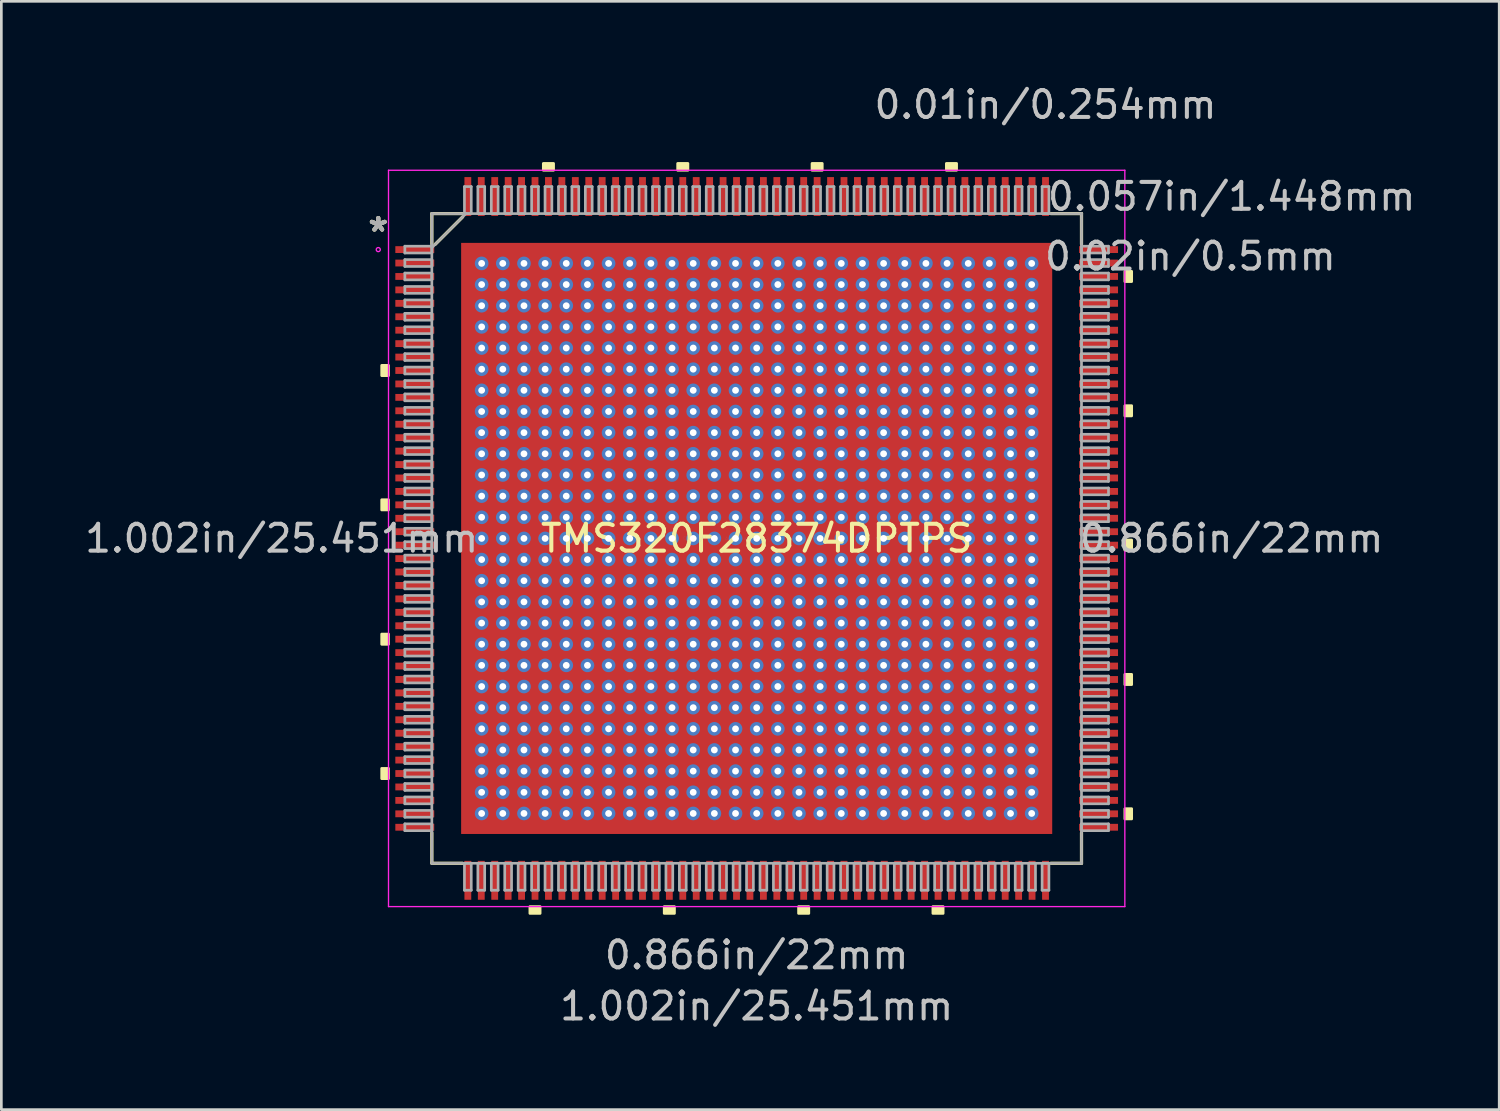
<source format=kicad_pcb>
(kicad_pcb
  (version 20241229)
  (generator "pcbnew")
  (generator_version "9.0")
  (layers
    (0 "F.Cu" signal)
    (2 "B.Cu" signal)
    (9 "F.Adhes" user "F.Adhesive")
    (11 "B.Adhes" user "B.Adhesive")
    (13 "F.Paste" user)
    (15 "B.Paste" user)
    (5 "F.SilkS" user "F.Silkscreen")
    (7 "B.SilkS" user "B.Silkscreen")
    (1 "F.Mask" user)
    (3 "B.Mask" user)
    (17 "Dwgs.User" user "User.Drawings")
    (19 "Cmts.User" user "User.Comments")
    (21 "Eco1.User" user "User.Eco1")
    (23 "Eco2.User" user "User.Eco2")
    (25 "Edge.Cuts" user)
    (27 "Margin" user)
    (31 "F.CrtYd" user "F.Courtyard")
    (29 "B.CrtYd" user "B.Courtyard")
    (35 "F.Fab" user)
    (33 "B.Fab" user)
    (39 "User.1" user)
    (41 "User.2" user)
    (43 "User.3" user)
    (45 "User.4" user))
  (footprint "TMS320F28374DPTPS"
    (layer "F.Cu")
    (at 25.113 16.99)
    (property "Reference" "TMS320F28374DPTPS" (at 0 0 0) (layer "F.SilkS") (effects (font (size 1 1) (thickness 0.15))))
    (attr through_hole)
    (fp_poly (pts (xy 3.59 -3.58) (xy -3.59 -3.58) (xy -3.59 3.58) (xy 3.59 3.58)) (stroke (width 0.1) (type solid)) (fill yes) (layer "F.Mask"))
    (fp_line (start -12.09 -12.09) (end -12.09 -10.953) (stroke (width 0.12) (type solid)) (layer "F.SilkS"))
    (fp_line (start -12.09 10.953) (end -12.09 12.09) (stroke (width 0.12) (type solid)) (layer "F.SilkS"))
    (fp_line (start -12.09 12.09) (end -10.953 12.09) (stroke (width 0.12) (type solid)) (layer "F.SilkS"))
    (fp_line (start -11.966 -10.945) (end -10.945 -11.966) (stroke (width 0.12) (type solid)) (layer "F.SilkS"))
    (fp_line (start -10.953 -12.09) (end -12.09 -12.09) (stroke (width 0.12) (type solid)) (layer "F.SilkS"))
    (fp_line (start 10.953 12.09) (end 12.09 12.09) (stroke (width 0.12) (type solid)) (layer "F.SilkS"))
    (fp_line (start 12.09 -12.09) (end 10.953 -12.09) (stroke (width 0.12) (type solid)) (layer "F.SilkS"))
    (fp_line (start 12.09 -10.953) (end 12.09 -12.09) (stroke (width 0.12) (type solid)) (layer "F.SilkS"))
    (fp_line (start 12.09 12.09) (end 12.09 10.953) (stroke (width 0.12) (type solid)) (layer "F.SilkS"))
    (fp_poly (pts (xy -13.957 -6.441) (xy -13.957 -6.059) (xy -13.703 -6.059) (xy -13.703 -6.441)) (stroke (width 0.1) (type solid)) (fill yes) (layer "F.SilkS"))
    (fp_poly (pts (xy -13.957 -1.44) (xy -13.957 -1.06) (xy -13.703 -1.06) (xy -13.703 -1.44)) (stroke (width 0.1) (type solid)) (fill yes) (layer "F.SilkS"))
    (fp_poly (pts (xy -13.957 3.559) (xy -13.957 3.941) (xy -13.703 3.941) (xy -13.703 3.559)) (stroke (width 0.1) (type solid)) (fill yes) (layer "F.SilkS"))
    (fp_poly (pts (xy -13.957 8.559) (xy -13.957 8.941) (xy -13.703 8.941) (xy -13.703 8.559)) (stroke (width 0.1) (type solid)) (fill yes) (layer "F.SilkS"))
    (fp_poly (pts (xy -8.441 13.703) (xy -8.441 13.957) (xy -8.06 13.957) (xy -8.06 13.703)) (stroke (width 0.1) (type solid)) (fill yes) (layer "F.SilkS"))
    (fp_poly (pts (xy -7.941 -13.703) (xy -7.941 -13.957) (xy -7.559 -13.957) (xy -7.559 -13.703)) (stroke (width 0.1) (type solid)) (fill yes) (layer "F.SilkS"))
    (fp_poly (pts (xy -3.441 13.703) (xy -3.441 13.957) (xy -3.06 13.957) (xy -3.06 13.703)) (stroke (width 0.1) (type solid)) (fill yes) (layer "F.SilkS"))
    (fp_poly (pts (xy -2.941 -13.703) (xy -2.941 -13.957) (xy -2.559 -13.957) (xy -2.559 -13.703)) (stroke (width 0.1) (type solid)) (fill yes) (layer "F.SilkS"))
    (fp_poly (pts (xy 1.559 13.703) (xy 1.559 13.957) (xy 1.94 13.957) (xy 1.94 13.703)) (stroke (width 0.1) (type solid)) (fill yes) (layer "F.SilkS"))
    (fp_poly (pts (xy 2.06 -13.703) (xy 2.06 -13.957) (xy 2.441 -13.957) (xy 2.441 -13.703)) (stroke (width 0.1) (type solid)) (fill yes) (layer "F.SilkS"))
    (fp_poly (pts (xy 6.559 13.703) (xy 6.559 13.957) (xy 6.94 13.957) (xy 6.94 13.703)) (stroke (width 0.1) (type solid)) (fill yes) (layer "F.SilkS"))
    (fp_poly (pts (xy 7.06 -13.703) (xy 7.06 -13.957) (xy 7.441 -13.957) (xy 7.441 -13.703)) (stroke (width 0.1) (type solid)) (fill yes) (layer "F.SilkS"))
    (fp_poly (pts (xy 13.957 -9.941) (xy 13.957 -9.56) (xy 13.703 -9.56) (xy 13.703 -9.941)) (stroke (width 0.1) (type solid)) (fill yes) (layer "F.SilkS"))
    (fp_poly (pts (xy 13.957 -4.941) (xy 13.957 -4.56) (xy 13.703 -4.56) (xy 13.703 -4.941)) (stroke (width 0.1) (type solid)) (fill yes) (layer "F.SilkS"))
    (fp_poly (pts (xy 13.957 0.059) (xy 13.957 0.441) (xy 13.703 0.441) (xy 13.703 0.059)) (stroke (width 0.1) (type solid)) (fill yes) (layer "F.SilkS"))
    (fp_poly (pts (xy 13.957 5.059) (xy 13.957 5.441) (xy 13.703 5.441) (xy 13.703 5.059)) (stroke (width 0.1) (type solid)) (fill yes) (layer "F.SilkS"))
    (fp_poly (pts (xy 13.957 10.059) (xy 13.957 10.441) (xy 13.703 10.441) (xy 13.703 10.059)) (stroke (width 0.1) (type solid)) (fill yes) (layer "F.SilkS"))
    (fp_poly (pts (xy -2.908 -3.05) (xy -3.05 -2.908) (xy -3.05 -2.604) (xy -2.908 -2.462) (xy -2.604 -2.462) (xy -2.462 -2.604) (xy -2.462 -2.908) (xy -2.604 -3.05)) (stroke (width 0.1) (type solid)) (fill yes) (layer "F.Paste"))
    (fp_poly (pts (xy -2.908 -2.262) (xy -3.05 -2.121) (xy -3.05 -1.816) (xy -2.908 -1.675) (xy -2.604 -1.675) (xy -2.462 -1.816) (xy -2.462 -2.121) (xy -2.604 -2.262)) (stroke (width 0.1) (type solid)) (fill yes) (layer "F.Paste"))
    (fp_poly (pts (xy -2.908 -1.475) (xy -3.05 -1.333) (xy -3.05 -1.029) (xy -2.908 -0.887) (xy -2.604 -0.887) (xy -2.462 -1.029) (xy -2.462 -1.333) (xy -2.604 -1.475)) (stroke (width 0.1) (type solid)) (fill yes) (layer "F.Paste"))
    (fp_poly (pts (xy -2.908 -0.687) (xy -3.05 -0.546) (xy -3.05 -0.241) (xy -2.908 -0.1) (xy -2.604 -0.1) (xy -2.462 -0.241) (xy -2.462 -0.546) (xy -2.604 -0.687)) (stroke (width 0.1) (type solid)) (fill yes) (layer "F.Paste"))
    (fp_poly (pts (xy -2.908 0.1) (xy -3.05 0.241) (xy -3.05 0.546) (xy -2.908 0.687) (xy -2.604 0.687) (xy -2.462 0.546) (xy -2.462 0.241) (xy -2.604 0.1)) (stroke (width 0.1) (type solid)) (fill yes) (layer "F.Paste"))
    (fp_poly (pts (xy -2.908 0.887) (xy -3.05 1.029) (xy -3.05 1.333) (xy -2.908 1.475) (xy -2.604 1.475) (xy -2.462 1.333) (xy -2.462 1.029) (xy -2.604 0.887)) (stroke (width 0.1) (type solid)) (fill yes) (layer "F.Paste"))
    (fp_poly (pts (xy -2.908 1.675) (xy -3.05 1.816) (xy -3.05 2.121) (xy -2.908 2.262) (xy -2.604 2.262) (xy -2.462 2.121) (xy -2.462 1.816) (xy -2.604 1.675)) (stroke (width 0.1) (type solid)) (fill yes) (layer "F.Paste"))
    (fp_poly (pts (xy -2.908 2.462) (xy -3.05 2.604) (xy -3.05 2.908) (xy -2.908 3.05) (xy -2.604 3.05) (xy -2.462 2.908) (xy -2.462 2.604) (xy -2.604 2.462)) (stroke (width 0.1) (type solid)) (fill yes) (layer "F.Paste"))
    (fp_poly (pts (xy -2.121 -3.05) (xy -2.262 -2.908) (xy -2.262 -2.604) (xy -2.121 -2.462) (xy -1.816 -2.462) (xy -1.675 -2.604) (xy -1.675 -2.908) (xy -1.816 -3.05)) (stroke (width 0.1) (type solid)) (fill yes) (layer "F.Paste"))
    (fp_poly (pts (xy -2.121 -2.262) (xy -2.262 -2.121) (xy -2.262 -1.816) (xy -2.121 -1.675) (xy -1.816 -1.675) (xy -1.675 -1.816) (xy -1.675 -2.121) (xy -1.816 -2.262)) (stroke (width 0.1) (type solid)) (fill yes) (layer "F.Paste"))
    (fp_poly (pts (xy -2.121 -1.475) (xy -2.262 -1.333) (xy -2.262 -1.029) (xy -2.121 -0.887) (xy -1.816 -0.887) (xy -1.675 -1.029) (xy -1.675 -1.333) (xy -1.816 -1.475)) (stroke (width 0.1) (type solid)) (fill yes) (layer "F.Paste"))
    (fp_poly (pts (xy -2.121 -0.687) (xy -2.262 -0.546) (xy -2.262 -0.241) (xy -2.121 -0.1) (xy -1.816 -0.1) (xy -1.675 -0.241) (xy -1.675 -0.546) (xy -1.816 -0.687)) (stroke (width 0.1) (type solid)) (fill yes) (layer "F.Paste"))
    (fp_poly (pts (xy -2.121 0.1) (xy -2.262 0.241) (xy -2.262 0.546) (xy -2.121 0.687) (xy -1.816 0.687) (xy -1.675 0.546) (xy -1.675 0.241) (xy -1.816 0.1)) (stroke (width 0.1) (type solid)) (fill yes) (layer "F.Paste"))
    (fp_poly (pts (xy -2.121 0.887) (xy -2.262 1.029) (xy -2.262 1.333) (xy -2.121 1.475) (xy -1.816 1.475) (xy -1.675 1.333) (xy -1.675 1.029) (xy -1.816 0.887)) (stroke (width 0.1) (type solid)) (fill yes) (layer "F.Paste"))
    (fp_poly (pts (xy -2.121 1.675) (xy -2.262 1.816) (xy -2.262 2.121) (xy -2.121 2.262) (xy -1.816 2.262) (xy -1.675 2.121) (xy -1.675 1.816) (xy -1.816 1.675)) (stroke (width 0.1) (type solid)) (fill yes) (layer "F.Paste"))
    (fp_poly (pts (xy -2.121 2.462) (xy -2.262 2.604) (xy -2.262 2.908) (xy -2.121 3.05) (xy -1.816 3.05) (xy -1.675 2.908) (xy -1.675 2.604) (xy -1.816 2.462)) (stroke (width 0.1) (type solid)) (fill yes) (layer "F.Paste"))
    (fp_poly (pts (xy -1.333 -3.05) (xy -1.475 -2.908) (xy -1.475 -2.604) (xy -1.333 -2.462) (xy -1.029 -2.462) (xy -0.887 -2.604) (xy -0.887 -2.908) (xy -1.029 -3.05)) (stroke (width 0.1) (type solid)) (fill yes) (layer "F.Paste"))
    (fp_poly (pts (xy -1.333 -2.262) (xy -1.475 -2.121) (xy -1.475 -1.816) (xy -1.333 -1.675) (xy -1.029 -1.675) (xy -0.887 -1.816) (xy -0.887 -2.121) (xy -1.029 -2.262)) (stroke (width 0.1) (type solid)) (fill yes) (layer "F.Paste"))
    (fp_poly (pts (xy -1.333 -1.475) (xy -1.475 -1.333) (xy -1.475 -1.029) (xy -1.333 -0.887) (xy -1.029 -0.887) (xy -0.887 -1.029) (xy -0.887 -1.333) (xy -1.029 -1.475)) (stroke (width 0.1) (type solid)) (fill yes) (layer "F.Paste"))
    (fp_poly (pts (xy -1.333 -0.687) (xy -1.475 -0.546) (xy -1.475 -0.241) (xy -1.333 -0.1) (xy -1.029 -0.1) (xy -0.887 -0.241) (xy -0.887 -0.546) (xy -1.029 -0.687)) (stroke (width 0.1) (type solid)) (fill yes) (layer "F.Paste"))
    (fp_poly (pts (xy -1.333 0.1) (xy -1.475 0.241) (xy -1.475 0.546) (xy -1.333 0.687) (xy -1.029 0.687) (xy -0.887 0.546) (xy -0.887 0.241) (xy -1.029 0.1)) (stroke (width 0.1) (type solid)) (fill yes) (layer "F.Paste"))
    (fp_poly (pts (xy -1.333 0.887) (xy -1.475 1.029) (xy -1.475 1.333) (xy -1.333 1.475) (xy -1.029 1.475) (xy -0.887 1.333) (xy -0.887 1.029) (xy -1.029 0.887)) (stroke (width 0.1) (type solid)) (fill yes) (layer "F.Paste"))
    (fp_poly (pts (xy -1.333 1.675) (xy -1.475 1.816) (xy -1.475 2.121) (xy -1.333 2.262) (xy -1.029 2.262) (xy -0.887 2.121) (xy -0.887 1.816) (xy -1.029 1.675)) (stroke (width 0.1) (type solid)) (fill yes) (layer "F.Paste"))
    (fp_poly (pts (xy -1.333 2.462) (xy -1.475 2.604) (xy -1.475 2.908) (xy -1.333 3.05) (xy -1.029 3.05) (xy -0.887 2.908) (xy -0.887 2.604) (xy -1.029 2.462)) (stroke (width 0.1) (type solid)) (fill yes) (layer "F.Paste"))
    (fp_poly (pts (xy -0.546 -3.05) (xy -0.687 -2.908) (xy -0.687 -2.604) (xy -0.546 -2.462) (xy -0.241 -2.462) (xy -0.1 -2.604) (xy -0.1 -2.908) (xy -0.241 -3.05)) (stroke (width 0.1) (type solid)) (fill yes) (layer "F.Paste"))
    (fp_poly (pts (xy -0.546 -2.262) (xy -0.687 -2.121) (xy -0.687 -1.816) (xy -0.546 -1.675) (xy -0.241 -1.675) (xy -0.1 -1.816) (xy -0.1 -2.121) (xy -0.241 -2.262)) (stroke (width 0.1) (type solid)) (fill yes) (layer "F.Paste"))
    (fp_poly (pts (xy -0.546 -1.475) (xy -0.687 -1.333) (xy -0.687 -1.029) (xy -0.546 -0.887) (xy -0.241 -0.887) (xy -0.1 -1.029) (xy -0.1 -1.333) (xy -0.241 -1.475)) (stroke (width 0.1) (type solid)) (fill yes) (layer "F.Paste"))
    (fp_poly (pts (xy -0.546 -0.687) (xy -0.687 -0.546) (xy -0.687 -0.241) (xy -0.546 -0.1) (xy -0.241 -0.1) (xy -0.1 -0.241) (xy -0.1 -0.546) (xy -0.241 -0.687)) (stroke (width 0.1) (type solid)) (fill yes) (layer "F.Paste"))
    (fp_poly (pts (xy -0.546 0.1) (xy -0.687 0.241) (xy -0.687 0.546) (xy -0.546 0.687) (xy -0.241 0.687) (xy -0.1 0.546) (xy -0.1 0.241) (xy -0.241 0.1)) (stroke (width 0.1) (type solid)) (fill yes) (layer "F.Paste"))
    (fp_poly (pts (xy -0.546 0.887) (xy -0.687 1.029) (xy -0.687 1.333) (xy -0.546 1.475) (xy -0.241 1.475) (xy -0.1 1.333) (xy -0.1 1.029) (xy -0.241 0.887)) (stroke (width 0.1) (type solid)) (fill yes) (layer "F.Paste"))
    (fp_poly (pts (xy -0.546 1.675) (xy -0.687 1.816) (xy -0.687 2.121) (xy -0.546 2.262) (xy -0.241 2.262) (xy -0.1 2.121) (xy -0.1 1.816) (xy -0.241 1.675)) (stroke (width 0.1) (type solid)) (fill yes) (layer "F.Paste"))
    (fp_poly (pts (xy -0.546 2.462) (xy -0.687 2.604) (xy -0.687 2.908) (xy -0.546 3.05) (xy -0.241 3.05) (xy -0.1 2.908) (xy -0.1 2.604) (xy -0.241 2.462)) (stroke (width 0.1) (type solid)) (fill yes) (layer "F.Paste"))
    (fp_poly (pts (xy 0.241 -3.05) (xy 0.1 -2.908) (xy 0.1 -2.604) (xy 0.241 -2.462) (xy 0.546 -2.462) (xy 0.687 -2.604) (xy 0.687 -2.908) (xy 0.546 -3.05)) (stroke (width 0.1) (type solid)) (fill yes) (layer "F.Paste"))
    (fp_poly (pts (xy 0.241 -2.262) (xy 0.1 -2.121) (xy 0.1 -1.816) (xy 0.241 -1.675) (xy 0.546 -1.675) (xy 0.687 -1.816) (xy 0.687 -2.121) (xy 0.546 -2.262)) (stroke (width 0.1) (type solid)) (fill yes) (layer "F.Paste"))
    (fp_poly (pts (xy 0.241 -1.475) (xy 0.1 -1.333) (xy 0.1 -1.029) (xy 0.241 -0.887) (xy 0.546 -0.887) (xy 0.687 -1.029) (xy 0.687 -1.333) (xy 0.546 -1.475)) (stroke (width 0.1) (type solid)) (fill yes) (layer "F.Paste"))
    (fp_poly (pts (xy 0.241 -0.687) (xy 0.1 -0.546) (xy 0.1 -0.241) (xy 0.241 -0.1) (xy 0.546 -0.1) (xy 0.687 -0.241) (xy 0.687 -0.546) (xy 0.546 -0.687)) (stroke (width 0.1) (type solid)) (fill yes) (layer "F.Paste"))
    (fp_poly (pts (xy 0.241 0.1) (xy 0.1 0.241) (xy 0.1 0.546) (xy 0.241 0.687) (xy 0.546 0.687) (xy 0.687 0.546) (xy 0.687 0.241) (xy 0.546 0.1)) (stroke (width 0.1) (type solid)) (fill yes) (layer "F.Paste"))
    (fp_poly (pts (xy 0.241 0.887) (xy 0.1 1.029) (xy 0.1 1.333) (xy 0.241 1.475) (xy 0.546 1.475) (xy 0.687 1.333) (xy 0.687 1.029) (xy 0.546 0.887)) (stroke (width 0.1) (type solid)) (fill yes) (layer "F.Paste"))
    (fp_poly (pts (xy 0.241 1.675) (xy 0.1 1.816) (xy 0.1 2.121) (xy 0.241 2.262) (xy 0.546 2.262) (xy 0.687 2.121) (xy 0.687 1.816) (xy 0.546 1.675)) (stroke (width 0.1) (type solid)) (fill yes) (layer "F.Paste"))
    (fp_poly (pts (xy 0.241 2.462) (xy 0.1 2.604) (xy 0.1 2.908) (xy 0.241 3.05) (xy 0.546 3.05) (xy 0.687 2.908) (xy 0.687 2.604) (xy 0.546 2.462)) (stroke (width 0.1) (type solid)) (fill yes) (layer "F.Paste"))
    (fp_poly (pts (xy 1.029 -3.05) (xy 0.887 -2.908) (xy 0.887 -2.604) (xy 1.029 -2.462) (xy 1.333 -2.462) (xy 1.475 -2.604) (xy 1.475 -2.908) (xy 1.333 -3.05)) (stroke (width 0.1) (type solid)) (fill yes) (layer "F.Paste"))
    (fp_poly (pts (xy 1.029 -2.262) (xy 0.887 -2.121) (xy 0.887 -1.816) (xy 1.029 -1.675) (xy 1.333 -1.675) (xy 1.475 -1.816) (xy 1.475 -2.121) (xy 1.333 -2.262)) (stroke (width 0.1) (type solid)) (fill yes) (layer "F.Paste"))
    (fp_poly (pts (xy 1.029 -1.475) (xy 0.887 -1.333) (xy 0.887 -1.029) (xy 1.029 -0.887) (xy 1.333 -0.887) (xy 1.475 -1.029) (xy 1.475 -1.333) (xy 1.333 -1.475)) (stroke (width 0.1) (type solid)) (fill yes) (layer "F.Paste"))
    (fp_poly (pts (xy 1.029 -0.687) (xy 0.887 -0.546) (xy 0.887 -0.241) (xy 1.029 -0.1) (xy 1.333 -0.1) (xy 1.475 -0.241) (xy 1.475 -0.546) (xy 1.333 -0.687)) (stroke (width 0.1) (type solid)) (fill yes) (layer "F.Paste"))
    (fp_poly (pts (xy 1.029 0.1) (xy 0.887 0.241) (xy 0.887 0.546) (xy 1.029 0.687) (xy 1.333 0.687) (xy 1.475 0.546) (xy 1.475 0.241) (xy 1.333 0.1)) (stroke (width 0.1) (type solid)) (fill yes) (layer "F.Paste"))
    (fp_poly (pts (xy 1.029 0.887) (xy 0.887 1.029) (xy 0.887 1.333) (xy 1.029 1.475) (xy 1.333 1.475) (xy 1.475 1.333) (xy 1.475 1.029) (xy 1.333 0.887)) (stroke (width 0.1) (type solid)) (fill yes) (layer "F.Paste"))
    (fp_poly (pts (xy 1.029 1.675) (xy 0.887 1.816) (xy 0.887 2.121) (xy 1.029 2.262) (xy 1.333 2.262) (xy 1.475 2.121) (xy 1.475 1.816) (xy 1.333 1.675)) (stroke (width 0.1) (type solid)) (fill yes) (layer "F.Paste"))
    (fp_poly (pts (xy 1.029 2.462) (xy 0.887 2.604) (xy 0.887 2.908) (xy 1.029 3.05) (xy 1.333 3.05) (xy 1.475 2.908) (xy 1.475 2.604) (xy 1.333 2.462)) (stroke (width 0.1) (type solid)) (fill yes) (layer "F.Paste"))
    (fp_poly (pts (xy 1.816 -3.05) (xy 1.675 -2.908) (xy 1.675 -2.604) (xy 1.816 -2.462) (xy 2.121 -2.462) (xy 2.262 -2.604) (xy 2.262 -2.908) (xy 2.121 -3.05)) (stroke (width 0.1) (type solid)) (fill yes) (layer "F.Paste"))
    (fp_poly (pts (xy 1.816 -2.262) (xy 1.675 -2.121) (xy 1.675 -1.816) (xy 1.816 -1.675) (xy 2.121 -1.675) (xy 2.262 -1.816) (xy 2.262 -2.121) (xy 2.121 -2.262)) (stroke (width 0.1) (type solid)) (fill yes) (layer "F.Paste"))
    (fp_poly (pts (xy 1.816 -1.475) (xy 1.675 -1.333) (xy 1.675 -1.029) (xy 1.816 -0.887) (xy 2.121 -0.887) (xy 2.262 -1.029) (xy 2.262 -1.333) (xy 2.121 -1.475)) (stroke (width 0.1) (type solid)) (fill yes) (layer "F.Paste"))
    (fp_poly (pts (xy 1.816 -0.687) (xy 1.675 -0.546) (xy 1.675 -0.241) (xy 1.816 -0.1) (xy 2.121 -0.1) (xy 2.262 -0.241) (xy 2.262 -0.546) (xy 2.121 -0.687)) (stroke (width 0.1) (type solid)) (fill yes) (layer "F.Paste"))
    (fp_poly (pts (xy 1.816 0.1) (xy 1.675 0.241) (xy 1.675 0.546) (xy 1.816 0.687) (xy 2.121 0.687) (xy 2.262 0.546) (xy 2.262 0.241) (xy 2.121 0.1)) (stroke (width 0.1) (type solid)) (fill yes) (layer "F.Paste"))
    (fp_poly (pts (xy 1.816 0.887) (xy 1.675 1.029) (xy 1.675 1.333) (xy 1.816 1.475) (xy 2.121 1.475) (xy 2.262 1.333) (xy 2.262 1.029) (xy 2.121 0.887)) (stroke (width 0.1) (type solid)) (fill yes) (layer "F.Paste"))
    (fp_poly (pts (xy 1.816 1.675) (xy 1.675 1.816) (xy 1.675 2.121) (xy 1.816 2.262) (xy 2.121 2.262) (xy 2.262 2.121) (xy 2.262 1.816) (xy 2.121 1.675)) (stroke (width 0.1) (type solid)) (fill yes) (layer "F.Paste"))
    (fp_poly (pts (xy 1.816 2.462) (xy 1.675 2.604) (xy 1.675 2.908) (xy 1.816 3.05) (xy 2.121 3.05) (xy 2.262 2.908) (xy 2.262 2.604) (xy 2.121 2.462)) (stroke (width 0.1) (type solid)) (fill yes) (layer "F.Paste"))
    (fp_poly (pts (xy 2.604 -3.05) (xy 2.462 -2.908) (xy 2.462 -2.604) (xy 2.604 -2.462) (xy 2.908 -2.462) (xy 3.05 -2.604) (xy 3.05 -2.908) (xy 2.908 -3.05)) (stroke (width 0.1) (type solid)) (fill yes) (layer "F.Paste"))
    (fp_poly (pts (xy 2.604 -2.262) (xy 2.462 -2.121) (xy 2.462 -1.816) (xy 2.604 -1.675) (xy 2.908 -1.675) (xy 3.05 -1.816) (xy 3.05 -2.121) (xy 2.908 -2.262)) (stroke (width 0.1) (type solid)) (fill yes) (layer "F.Paste"))
    (fp_poly (pts (xy 2.604 -1.475) (xy 2.462 -1.333) (xy 2.462 -1.029) (xy 2.604 -0.887) (xy 2.908 -0.887) (xy 3.05 -1.029) (xy 3.05 -1.333) (xy 2.908 -1.475)) (stroke (width 0.1) (type solid)) (fill yes) (layer "F.Paste"))
    (fp_poly (pts (xy 2.604 -0.687) (xy 2.462 -0.546) (xy 2.462 -0.241) (xy 2.604 -0.1) (xy 2.908 -0.1) (xy 3.05 -0.241) (xy 3.05 -0.546) (xy 2.908 -0.687)) (stroke (width 0.1) (type solid)) (fill yes) (layer "F.Paste"))
    (fp_poly (pts (xy 2.604 0.1) (xy 2.462 0.241) (xy 2.462 0.546) (xy 2.604 0.687) (xy 2.908 0.687) (xy 3.05 0.546) (xy 3.05 0.241) (xy 2.908 0.1)) (stroke (width 0.1) (type solid)) (fill yes) (layer "F.Paste"))
    (fp_poly (pts (xy 2.604 0.887) (xy 2.462 1.029) (xy 2.462 1.333) (xy 2.604 1.475) (xy 2.908 1.475) (xy 3.05 1.333) (xy 3.05 1.029) (xy 2.908 0.887)) (stroke (width 0.1) (type solid)) (fill yes) (layer "F.Paste"))
    (fp_poly (pts (xy 2.604 1.675) (xy 2.462 1.816) (xy 2.462 2.121) (xy 2.604 2.262) (xy 2.908 2.262) (xy 3.05 2.121) (xy 3.05 1.816) (xy 2.908 1.675)) (stroke (width 0.1) (type solid)) (fill yes) (layer "F.Paste"))
    (fp_poly (pts (xy 2.604 2.462) (xy 2.462 2.604) (xy 2.462 2.908) (xy 2.604 3.05) (xy 2.908 3.05) (xy 3.05 2.908) (xy 3.05 2.604) (xy 2.908 2.462)) (stroke (width 0.1) (type solid)) (fill yes) (layer "F.Paste"))
    (fp_line (start -13.703 -13.703) (end 13.703 -13.703) (stroke (width 0.05) (type solid)) (layer "F.CrtYd"))
    (fp_line (start -13.703 13.703) (end -13.703 -13.703) (stroke (width 0.05) (type solid)) (layer "F.CrtYd"))
    (fp_line (start 13.703 -13.703) (end 13.703 13.703) (stroke (width 0.05) (type solid)) (layer "F.CrtYd"))
    (fp_line (start 13.703 13.703) (end -13.703 13.703) (stroke (width 0.05) (type solid)) (layer "F.CrtYd"))
    (fp_circle (center -14.084 -10.75) (end -14.008 -10.75) (stroke (width 0.05) (type solid)) (fill no) (layer "F.CrtYd"))
    (fp_line (start -13.094 -10.877) (end -13.094 -10.623) (stroke (width 0.1) (type solid)) (layer "F.Fab"))
    (fp_line (start -13.094 -10.623) (end -12.09 -10.623) (stroke (width 0.1) (type solid)) (layer "F.Fab"))
    (fp_line (start -13.094 -10.377) (end -13.094 -10.123) (stroke (width 0.1) (type solid)) (layer "F.Fab"))
    (fp_line (start -13.094 -10.123) (end -12.09 -10.123) (stroke (width 0.1) (type solid)) (layer "F.Fab"))
    (fp_line (start -13.094 -9.877) (end -13.094 -9.623) (stroke (width 0.1) (type solid)) (layer "F.Fab"))
    (fp_line (start -13.094 -9.623) (end -12.09 -9.623) (stroke (width 0.1) (type solid)) (layer "F.Fab"))
    (fp_line (start -13.094 -9.377) (end -13.094 -9.123) (stroke (width 0.1) (type solid)) (layer "F.Fab"))
    (fp_line (start -13.094 -9.123) (end -12.09 -9.123) (stroke (width 0.1) (type solid)) (layer "F.Fab"))
    (fp_line (start -13.094 -8.877) (end -13.094 -8.623) (stroke (width 0.1) (type solid)) (layer "F.Fab"))
    (fp_line (start -13.094 -8.623) (end -12.09 -8.623) (stroke (width 0.1) (type solid)) (layer "F.Fab"))
    (fp_line (start -13.094 -8.377) (end -13.094 -8.123) (stroke (width 0.1) (type solid)) (layer "F.Fab"))
    (fp_line (start -13.094 -8.123) (end -12.09 -8.123) (stroke (width 0.1) (type solid)) (layer "F.Fab"))
    (fp_line (start -13.094 -7.877) (end -13.094 -7.623) (stroke (width 0.1) (type solid)) (layer "F.Fab"))
    (fp_line (start -13.094 -7.623) (end -12.09 -7.623) (stroke (width 0.1) (type solid)) (layer "F.Fab"))
    (fp_line (start -13.094 -7.377) (end -13.094 -7.123) (stroke (width 0.1) (type solid)) (layer "F.Fab"))
    (fp_line (start -13.094 -7.123) (end -12.09 -7.123) (stroke (width 0.1) (type solid)) (layer "F.Fab"))
    (fp_line (start -13.094 -6.877) (end -13.094 -6.623) (stroke (width 0.1) (type solid)) (layer "F.Fab"))
    (fp_line (start -13.094 -6.623) (end -12.09 -6.623) (stroke (width 0.1) (type solid)) (layer "F.Fab"))
    (fp_line (start -13.094 -6.377) (end -13.094 -6.123) (stroke (width 0.1) (type solid)) (layer "F.Fab"))
    (fp_line (start -13.094 -6.123) (end -12.09 -6.123) (stroke (width 0.1) (type solid)) (layer "F.Fab"))
    (fp_line (start -13.094 -5.877) (end -13.094 -5.623) (stroke (width 0.1) (type solid)) (layer "F.Fab"))
    (fp_line (start -13.094 -5.623) (end -12.09 -5.623) (stroke (width 0.1) (type solid)) (layer "F.Fab"))
    (fp_line (start -13.094 -5.377) (end -13.094 -5.123) (stroke (width 0.1) (type solid)) (layer "F.Fab"))
    (fp_line (start -13.094 -5.123) (end -12.09 -5.123) (stroke (width 0.1) (type solid)) (layer "F.Fab"))
    (fp_line (start -13.094 -4.877) (end -13.094 -4.623) (stroke (width 0.1) (type solid)) (layer "F.Fab"))
    (fp_line (start -13.094 -4.623) (end -12.09 -4.623) (stroke (width 0.1) (type solid)) (layer "F.Fab"))
    (fp_line (start -13.094 -4.377) (end -13.094 -4.123) (stroke (width 0.1) (type solid)) (layer "F.Fab"))
    (fp_line (start -13.094 -4.123) (end -12.09 -4.123) (stroke (width 0.1) (type solid)) (layer "F.Fab"))
    (fp_line (start -13.094 -3.877) (end -13.094 -3.623) (stroke (width 0.1) (type solid)) (layer "F.Fab"))
    (fp_line (start -13.094 -3.623) (end -12.09 -3.623) (stroke (width 0.1) (type solid)) (layer "F.Fab"))
    (fp_line (start -13.094 -3.377) (end -13.094 -3.123) (stroke (width 0.1) (type solid)) (layer "F.Fab"))
    (fp_line (start -13.094 -3.123) (end -12.09 -3.123) (stroke (width 0.1) (type solid)) (layer "F.Fab"))
    (fp_line (start -13.094 -2.877) (end -13.094 -2.623) (stroke (width 0.1) (type solid)) (layer "F.Fab"))
    (fp_line (start -13.094 -2.623) (end -12.09 -2.623) (stroke (width 0.1) (type solid)) (layer "F.Fab"))
    (fp_line (start -13.094 -2.377) (end -13.094 -2.123) (stroke (width 0.1) (type solid)) (layer "F.Fab"))
    (fp_line (start -13.094 -2.123) (end -12.09 -2.123) (stroke (width 0.1) (type solid)) (layer "F.Fab"))
    (fp_line (start -13.094 -1.877) (end -13.094 -1.623) (stroke (width 0.1) (type solid)) (layer "F.Fab"))
    (fp_line (start -13.094 -1.623) (end -12.09 -1.623) (stroke (width 0.1) (type solid)) (layer "F.Fab"))
    (fp_line (start -13.094 -1.377) (end -13.094 -1.123) (stroke (width 0.1) (type solid)) (layer "F.Fab"))
    (fp_line (start -13.094 -1.123) (end -12.09 -1.123) (stroke (width 0.1) (type solid)) (layer "F.Fab"))
    (fp_line (start -13.094 -0.877) (end -13.094 -0.623) (stroke (width 0.1) (type solid)) (layer "F.Fab"))
    (fp_line (start -13.094 -0.623) (end -12.09 -0.623) (stroke (width 0.1) (type solid)) (layer "F.Fab"))
    (fp_line (start -13.094 -0.377) (end -13.094 -0.123) (stroke (width 0.1) (type solid)) (layer "F.Fab"))
    (fp_line (start -13.094 -0.123) (end -12.09 -0.123) (stroke (width 0.1) (type solid)) (layer "F.Fab"))
    (fp_line (start -13.094 0.123) (end -13.094 0.377) (stroke (width 0.1) (type solid)) (layer "F.Fab"))
    (fp_line (start -13.094 0.377) (end -12.09 0.377) (stroke (width 0.1) (type solid)) (layer "F.Fab"))
    (fp_line (start -13.094 0.623) (end -13.094 0.877) (stroke (width 0.1) (type solid)) (layer "F.Fab"))
    (fp_line (start -13.094 0.877) (end -12.09 0.877) (stroke (width 0.1) (type solid)) (layer "F.Fab"))
    (fp_line (start -13.094 1.123) (end -13.094 1.377) (stroke (width 0.1) (type solid)) (layer "F.Fab"))
    (fp_line (start -13.094 1.377) (end -12.09 1.377) (stroke (width 0.1) (type solid)) (layer "F.Fab"))
    (fp_line (start -13.094 1.623) (end -13.094 1.877) (stroke (width 0.1) (type solid)) (layer "F.Fab"))
    (fp_line (start -13.094 1.877) (end -12.09 1.877) (stroke (width 0.1) (type solid)) (layer "F.Fab"))
    (fp_line (start -13.094 2.123) (end -13.094 2.377) (stroke (width 0.1) (type solid)) (layer "F.Fab"))
    (fp_line (start -13.094 2.377) (end -12.09 2.377) (stroke (width 0.1) (type solid)) (layer "F.Fab"))
    (fp_line (start -13.094 2.623) (end -13.094 2.877) (stroke (width 0.1) (type solid)) (layer "F.Fab"))
    (fp_line (start -13.094 2.877) (end -12.09 2.877) (stroke (width 0.1) (type solid)) (layer "F.Fab"))
    (fp_line (start -13.094 3.123) (end -13.094 3.377) (stroke (width 0.1) (type solid)) (layer "F.Fab"))
    (fp_line (start -13.094 3.377) (end -12.09 3.377) (stroke (width 0.1) (type solid)) (layer "F.Fab"))
    (fp_line (start -13.094 3.623) (end -13.094 3.877) (stroke (width 0.1) (type solid)) (layer "F.Fab"))
    (fp_line (start -13.094 3.877) (end -12.09 3.877) (stroke (width 0.1) (type solid)) (layer "F.Fab"))
    (fp_line (start -13.094 4.123) (end -13.094 4.377) (stroke (width 0.1) (type solid)) (layer "F.Fab"))
    (fp_line (start -13.094 4.377) (end -12.09 4.377) (stroke (width 0.1) (type solid)) (layer "F.Fab"))
    (fp_line (start -13.094 4.623) (end -13.094 4.877) (stroke (width 0.1) (type solid)) (layer "F.Fab"))
    (fp_line (start -13.094 4.877) (end -12.09 4.877) (stroke (width 0.1) (type solid)) (layer "F.Fab"))
    (fp_line (start -13.094 5.123) (end -13.094 5.377) (stroke (width 0.1) (type solid)) (layer "F.Fab"))
    (fp_line (start -13.094 5.377) (end -12.09 5.377) (stroke (width 0.1) (type solid)) (layer "F.Fab"))
    (fp_line (start -13.094 5.623) (end -13.094 5.877) (stroke (width 0.1) (type solid)) (layer "F.Fab"))
    (fp_line (start -13.094 5.877) (end -12.09 5.877) (stroke (width 0.1) (type solid)) (layer "F.Fab"))
    (fp_line (start -13.094 6.123) (end -13.094 6.377) (stroke (width 0.1) (type solid)) (layer "F.Fab"))
    (fp_line (start -13.094 6.377) (end -12.09 6.377) (stroke (width 0.1) (type solid)) (layer "F.Fab"))
    (fp_line (start -13.094 6.623) (end -13.094 6.877) (stroke (width 0.1) (type solid)) (layer "F.Fab"))
    (fp_line (start -13.094 6.877) (end -12.09 6.877) (stroke (width 0.1) (type solid)) (layer "F.Fab"))
    (fp_line (start -13.094 7.123) (end -13.094 7.377) (stroke (width 0.1) (type solid)) (layer "F.Fab"))
    (fp_line (start -13.094 7.377) (end -12.09 7.377) (stroke (width 0.1) (type solid)) (layer "F.Fab"))
    (fp_line (start -13.094 7.623) (end -13.094 7.877) (stroke (width 0.1) (type solid)) (layer "F.Fab"))
    (fp_line (start -13.094 7.877) (end -12.09 7.877) (stroke (width 0.1) (type solid)) (layer "F.Fab"))
    (fp_line (start -13.094 8.123) (end -13.094 8.377) (stroke (width 0.1) (type solid)) (layer "F.Fab"))
    (fp_line (start -13.094 8.377) (end -12.09 8.377) (stroke (width 0.1) (type solid)) (layer "F.Fab"))
    (fp_line (start -13.094 8.623) (end -13.094 8.877) (stroke (width 0.1) (type solid)) (layer "F.Fab"))
    (fp_line (start -13.094 8.877) (end -12.09 8.877) (stroke (width 0.1) (type solid)) (layer "F.Fab"))
    (fp_line (start -13.094 9.123) (end -13.094 9.377) (stroke (width 0.1) (type solid)) (layer "F.Fab"))
    (fp_line (start -13.094 9.377) (end -12.09 9.377) (stroke (width 0.1) (type solid)) (layer "F.Fab"))
    (fp_line (start -13.094 9.623) (end -13.094 9.877) (stroke (width 0.1) (type solid)) (layer "F.Fab"))
    (fp_line (start -13.094 9.877) (end -12.09 9.877) (stroke (width 0.1) (type solid)) (layer "F.Fab"))
    (fp_line (start -13.094 10.123) (end -13.094 10.377) (stroke (width 0.1) (type solid)) (layer "F.Fab"))
    (fp_line (start -13.094 10.377) (end -12.09 10.377) (stroke (width 0.1) (type solid)) (layer "F.Fab"))
    (fp_line (start -13.094 10.623) (end -13.094 10.877) (stroke (width 0.1) (type solid)) (layer "F.Fab"))
    (fp_line (start -13.094 10.877) (end -12.09 10.877) (stroke (width 0.1) (type solid)) (layer "F.Fab"))
    (fp_line (start -12.09 -12.09) (end -12.09 -12.09) (stroke (width 0.1) (type solid)) (layer "F.Fab"))
    (fp_line (start -12.09 -12.09) (end -12.09 12.09) (stroke (width 0.1) (type solid)) (layer "F.Fab"))
    (fp_line (start -12.09 -10.877) (end -13.094 -10.877) (stroke (width 0.1) (type solid)) (layer "F.Fab"))
    (fp_line (start -12.09 -10.82) (end -10.82 -12.09) (stroke (width 0.1) (type solid)) (layer "F.Fab"))
    (fp_line (start -12.09 -10.623) (end -12.09 -10.877) (stroke (width 0.1) (type solid)) (layer "F.Fab"))
    (fp_line (start -12.09 -10.377) (end -13.094 -10.377) (stroke (width 0.1) (type solid)) (layer "F.Fab"))
    (fp_line (start -12.09 -10.123) (end -12.09 -10.377) (stroke (width 0.1) (type solid)) (layer "F.Fab"))
    (fp_line (start -12.09 -9.877) (end -13.094 -9.877) (stroke (width 0.1) (type solid)) (layer "F.Fab"))
    (fp_line (start -12.09 -9.623) (end -12.09 -9.877) (stroke (width 0.1) (type solid)) (layer "F.Fab"))
    (fp_line (start -12.09 -9.377) (end -13.094 -9.377) (stroke (width 0.1) (type solid)) (layer "F.Fab"))
    (fp_line (start -12.09 -9.123) (end -12.09 -9.377) (stroke (width 0.1) (type solid)) (layer "F.Fab"))
    (fp_line (start -12.09 -8.877) (end -13.094 -8.877) (stroke (width 0.1) (type solid)) (layer "F.Fab"))
    (fp_line (start -12.09 -8.623) (end -12.09 -8.877) (stroke (width 0.1) (type solid)) (layer "F.Fab"))
    (fp_line (start -12.09 -8.377) (end -13.094 -8.377) (stroke (width 0.1) (type solid)) (layer "F.Fab"))
    (fp_line (start -12.09 -8.123) (end -12.09 -8.377) (stroke (width 0.1) (type solid)) (layer "F.Fab"))
    (fp_line (start -12.09 -7.877) (end -13.094 -7.877) (stroke (width 0.1) (type solid)) (layer "F.Fab"))
    (fp_line (start -12.09 -7.623) (end -12.09 -7.877) (stroke (width 0.1) (type solid)) (layer "F.Fab"))
    (fp_line (start -12.09 -7.377) (end -13.094 -7.377) (stroke (width 0.1) (type solid)) (layer "F.Fab"))
    (fp_line (start -12.09 -7.123) (end -12.09 -7.377) (stroke (width 0.1) (type solid)) (layer "F.Fab"))
    (fp_line (start -12.09 -6.877) (end -13.094 -6.877) (stroke (width 0.1) (type solid)) (layer "F.Fab"))
    (fp_line (start -12.09 -6.623) (end -12.09 -6.877) (stroke (width 0.1) (type solid)) (layer "F.Fab"))
    (fp_line (start -12.09 -6.377) (end -13.094 -6.377) (stroke (width 0.1) (type solid)) (layer "F.Fab"))
    (fp_line (start -12.09 -6.123) (end -12.09 -6.377) (stroke (width 0.1) (type solid)) (layer "F.Fab"))
    (fp_line (start -12.09 -5.877) (end -13.094 -5.877) (stroke (width 0.1) (type solid)) (layer "F.Fab"))
    (fp_line (start -12.09 -5.623) (end -12.09 -5.877) (stroke (width 0.1) (type solid)) (layer "F.Fab"))
    (fp_line (start -12.09 -5.377) (end -13.094 -5.377) (stroke (width 0.1) (type solid)) (layer "F.Fab"))
    (fp_line (start -12.09 -5.123) (end -12.09 -5.377) (stroke (width 0.1) (type solid)) (layer "F.Fab"))
    (fp_line (start -12.09 -4.877) (end -13.094 -4.877) (stroke (width 0.1) (type solid)) (layer "F.Fab"))
    (fp_line (start -12.09 -4.623) (end -12.09 -4.877) (stroke (width 0.1) (type solid)) (layer "F.Fab"))
    (fp_line (start -12.09 -4.377) (end -13.094 -4.377) (stroke (width 0.1) (type solid)) (layer "F.Fab"))
    (fp_line (start -12.09 -4.123) (end -12.09 -4.377) (stroke (width 0.1) (type solid)) (layer "F.Fab"))
    (fp_line (start -12.09 -3.877) (end -13.094 -3.877) (stroke (width 0.1) (type solid)) (layer "F.Fab"))
    (fp_line (start -12.09 -3.623) (end -12.09 -3.877) (stroke (width 0.1) (type solid)) (layer "F.Fab"))
    (fp_line (start -12.09 -3.377) (end -13.094 -3.377) (stroke (width 0.1) (type solid)) (layer "F.Fab"))
    (fp_line (start -12.09 -3.123) (end -12.09 -3.377) (stroke (width 0.1) (type solid)) (layer "F.Fab"))
    (fp_line (start -12.09 -2.877) (end -13.094 -2.877) (stroke (width 0.1) (type solid)) (layer "F.Fab"))
    (fp_line (start -12.09 -2.623) (end -12.09 -2.877) (stroke (width 0.1) (type solid)) (layer "F.Fab"))
    (fp_line (start -12.09 -2.377) (end -13.094 -2.377) (stroke (width 0.1) (type solid)) (layer "F.Fab"))
    (fp_line (start -12.09 -2.123) (end -12.09 -2.377) (stroke (width 0.1) (type solid)) (layer "F.Fab"))
    (fp_line (start -12.09 -1.877) (end -13.094 -1.877) (stroke (width 0.1) (type solid)) (layer "F.Fab"))
    (fp_line (start -12.09 -1.623) (end -12.09 -1.877) (stroke (width 0.1) (type solid)) (layer "F.Fab"))
    (fp_line (start -12.09 -1.377) (end -13.094 -1.377) (stroke (width 0.1) (type solid)) (layer "F.Fab"))
    (fp_line (start -12.09 -1.123) (end -12.09 -1.377) (stroke (width 0.1) (type solid)) (layer "F.Fab"))
    (fp_line (start -12.09 -0.877) (end -13.094 -0.877) (stroke (width 0.1) (type solid)) (layer "F.Fab"))
    (fp_line (start -12.09 -0.623) (end -12.09 -0.877) (stroke (width 0.1) (type solid)) (layer "F.Fab"))
    (fp_line (start -12.09 -0.377) (end -13.094 -0.377) (stroke (width 0.1) (type solid)) (layer "F.Fab"))
    (fp_line (start -12.09 -0.123) (end -12.09 -0.377) (stroke (width 0.1) (type solid)) (layer "F.Fab"))
    (fp_line (start -12.09 0.123) (end -13.094 0.123) (stroke (width 0.1) (type solid)) (layer "F.Fab"))
    (fp_line (start -12.09 0.377) (end -12.09 0.123) (stroke (width 0.1) (type solid)) (layer "F.Fab"))
    (fp_line (start -12.09 0.623) (end -13.094 0.623) (stroke (width 0.1) (type solid)) (layer "F.Fab"))
    (fp_line (start -12.09 0.877) (end -12.09 0.623) (stroke (width 0.1) (type solid)) (layer "F.Fab"))
    (fp_line (start -12.09 1.123) (end -13.094 1.123) (stroke (width 0.1) (type solid)) (layer "F.Fab"))
    (fp_line (start -12.09 1.377) (end -12.09 1.123) (stroke (width 0.1) (type solid)) (layer "F.Fab"))
    (fp_line (start -12.09 1.623) (end -13.094 1.623) (stroke (width 0.1) (type solid)) (layer "F.Fab"))
    (fp_line (start -12.09 1.877) (end -12.09 1.623) (stroke (width 0.1) (type solid)) (layer "F.Fab"))
    (fp_line (start -12.09 2.123) (end -13.094 2.123) (stroke (width 0.1) (type solid)) (layer "F.Fab"))
    (fp_line (start -12.09 2.377) (end -12.09 2.123) (stroke (width 0.1) (type solid)) (layer "F.Fab"))
    (fp_line (start -12.09 2.623) (end -13.094 2.623) (stroke (width 0.1) (type solid)) (layer "F.Fab"))
    (fp_line (start -12.09 2.877) (end -12.09 2.623) (stroke (width 0.1) (type solid)) (layer "F.Fab"))
    (fp_line (start -12.09 3.123) (end -13.094 3.123) (stroke (width 0.1) (type solid)) (layer "F.Fab"))
    (fp_line (start -12.09 3.377) (end -12.09 3.123) (stroke (width 0.1) (type solid)) (layer "F.Fab"))
    (fp_line (start -12.09 3.623) (end -13.094 3.623) (stroke (width 0.1) (type solid)) (layer "F.Fab"))
    (fp_line (start -12.09 3.877) (end -12.09 3.623) (stroke (width 0.1) (type solid)) (layer "F.Fab"))
    (fp_line (start -12.09 4.123) (end -13.094 4.123) (stroke (width 0.1) (type solid)) (layer "F.Fab"))
    (fp_line (start -12.09 4.377) (end -12.09 4.123) (stroke (width 0.1) (type solid)) (layer "F.Fab"))
    (fp_line (start -12.09 4.623) (end -13.094 4.623) (stroke (width 0.1) (type solid)) (layer "F.Fab"))
    (fp_line (start -12.09 4.877) (end -12.09 4.623) (stroke (width 0.1) (type solid)) (layer "F.Fab"))
    (fp_line (start -12.09 5.123) (end -13.094 5.123) (stroke (width 0.1) (type solid)) (layer "F.Fab"))
    (fp_line (start -12.09 5.377) (end -12.09 5.123) (stroke (width 0.1) (type solid)) (layer "F.Fab"))
    (fp_line (start -12.09 5.623) (end -13.094 5.623) (stroke (width 0.1) (type solid)) (layer "F.Fab"))
    (fp_line (start -12.09 5.877) (end -12.09 5.623) (stroke (width 0.1) (type solid)) (layer "F.Fab"))
    (fp_line (start -12.09 6.123) (end -13.094 6.123) (stroke (width 0.1) (type solid)) (layer "F.Fab"))
    (fp_line (start -12.09 6.377) (end -12.09 6.123) (stroke (width 0.1) (type solid)) (layer "F.Fab"))
    (fp_line (start -12.09 6.623) (end -13.094 6.623) (stroke (width 0.1) (type solid)) (layer "F.Fab"))
    (fp_line (start -12.09 6.877) (end -12.09 6.623) (stroke (width 0.1) (type solid)) (layer "F.Fab"))
    (fp_line (start -12.09 7.123) (end -13.094 7.123) (stroke (width 0.1) (type solid)) (layer "F.Fab"))
    (fp_line (start -12.09 7.377) (end -12.09 7.123) (stroke (width 0.1) (type solid)) (layer "F.Fab"))
    (fp_line (start -12.09 7.623) (end -13.094 7.623) (stroke (width 0.1) (type solid)) (layer "F.Fab"))
    (fp_line (start -12.09 7.877) (end -12.09 7.623) (stroke (width 0.1) (type solid)) (layer "F.Fab"))
    (fp_line (start -12.09 8.123) (end -13.094 8.123) (stroke (width 0.1) (type solid)) (layer "F.Fab"))
    (fp_line (start -12.09 8.377) (end -12.09 8.123) (stroke (width 0.1) (type solid)) (layer "F.Fab"))
    (fp_line (start -12.09 8.623) (end -13.094 8.623) (stroke (width 0.1) (type solid)) (layer "F.Fab"))
    (fp_line (start -12.09 8.877) (end -12.09 8.623) (stroke (width 0.1) (type solid)) (layer "F.Fab"))
    (fp_line (start -12.09 9.123) (end -13.094 9.123) (stroke (width 0.1) (type solid)) (layer "F.Fab"))
    (fp_line (start -12.09 9.377) (end -12.09 9.123) (stroke (width 0.1) (type solid)) (layer "F.Fab"))
    (fp_line (start -12.09 9.623) (end -13.094 9.623) (stroke (width 0.1) (type solid)) (layer "F.Fab"))
    (fp_line (start -12.09 9.877) (end -12.09 9.623) (stroke (width 0.1) (type solid)) (layer "F.Fab"))
    (fp_line (start -12.09 10.123) (end -13.094 10.123) (stroke (width 0.1) (type solid)) (layer "F.Fab"))
    (fp_line (start -12.09 10.377) (end -12.09 10.123) (stroke (width 0.1) (type solid)) (layer "F.Fab"))
    (fp_line (start -12.09 10.623) (end -13.094 10.623) (stroke (width 0.1) (type solid)) (layer "F.Fab"))
    (fp_line (start -12.09 10.877) (end -12.09 10.623) (stroke (width 0.1) (type solid)) (layer "F.Fab"))
    (fp_line (start -12.09 12.09) (end -12.09 12.09) (stroke (width 0.1) (type solid)) (layer "F.Fab"))
    (fp_line (start -12.09 12.09) (end 12.09 12.09) (stroke (width 0.1) (type solid)) (layer "F.Fab"))
    (fp_line (start -10.877 -13.094) (end -10.877 -12.09) (stroke (width 0.1) (type solid)) (layer "F.Fab"))
    (fp_line (start -10.877 -12.09) (end -10.623 -12.09) (stroke (width 0.1) (type solid)) (layer "F.Fab"))
    (fp_line (start -10.877 12.09) (end -10.877 13.094) (stroke (width 0.1) (type solid)) (layer "F.Fab"))
    (fp_line (start -10.877 13.094) (end -10.623 13.094) (stroke (width 0.1) (type solid)) (layer "F.Fab"))
    (fp_line (start -10.623 -13.094) (end -10.877 -13.094) (stroke (width 0.1) (type solid)) (layer "F.Fab"))
    (fp_line (start -10.623 -12.09) (end -10.623 -13.094) (stroke (width 0.1) (type solid)) (layer "F.Fab"))
    (fp_line (start -10.623 12.09) (end -10.877 12.09) (stroke (width 0.1) (type solid)) (layer "F.Fab"))
    (fp_line (start -10.623 13.094) (end -10.623 12.09) (stroke (width 0.1) (type solid)) (layer "F.Fab"))
    (fp_line (start -10.377 -13.094) (end -10.377 -12.09) (stroke (width 0.1) (type solid)) (layer "F.Fab"))
    (fp_line (start -10.377 -12.09) (end -10.123 -12.09) (stroke (width 0.1) (type solid)) (layer "F.Fab"))
    (fp_line (start -10.377 12.09) (end -10.377 13.094) (stroke (width 0.1) (type solid)) (layer "F.Fab"))
    (fp_line (start -10.377 13.094) (end -10.123 13.094) (stroke (width 0.1) (type solid)) (layer "F.Fab"))
    (fp_line (start -10.123 -13.094) (end -10.377 -13.094) (stroke (width 0.1) (type solid)) (layer "F.Fab"))
    (fp_line (start -10.123 -12.09) (end -10.123 -13.094) (stroke (width 0.1) (type solid)) (layer "F.Fab"))
    (fp_line (start -10.123 12.09) (end -10.377 12.09) (stroke (width 0.1) (type solid)) (layer "F.Fab"))
    (fp_line (start -10.123 13.094) (end -10.123 12.09) (stroke (width 0.1) (type solid)) (layer "F.Fab"))
    (fp_line (start -9.877 -13.094) (end -9.877 -12.09) (stroke (width 0.1) (type solid)) (layer "F.Fab"))
    (fp_line (start -9.877 -12.09) (end -9.623 -12.09) (stroke (width 0.1) (type solid)) (layer "F.Fab"))
    (fp_line (start -9.877 12.09) (end -9.877 13.094) (stroke (width 0.1) (type solid)) (layer "F.Fab"))
    (fp_line (start -9.877 13.094) (end -9.623 13.094) (stroke (width 0.1) (type solid)) (layer "F.Fab"))
    (fp_line (start -9.623 -13.094) (end -9.877 -13.094) (stroke (width 0.1) (type solid)) (layer "F.Fab"))
    (fp_line (start -9.623 -12.09) (end -9.623 -13.094) (stroke (width 0.1) (type solid)) (layer "F.Fab"))
    (fp_line (start -9.623 12.09) (end -9.877 12.09) (stroke (width 0.1) (type solid)) (layer "F.Fab"))
    (fp_line (start -9.623 13.094) (end -9.623 12.09) (stroke (width 0.1) (type solid)) (layer "F.Fab"))
    (fp_line (start -9.377 -13.094) (end -9.377 -12.09) (stroke (width 0.1) (type solid)) (layer "F.Fab"))
    (fp_line (start -9.377 -12.09) (end -9.123 -12.09) (stroke (width 0.1) (type solid)) (layer "F.Fab"))
    (fp_line (start -9.377 12.09) (end -9.377 13.094) (stroke (width 0.1) (type solid)) (layer "F.Fab"))
    (fp_line (start -9.377 13.094) (end -9.123 13.094) (stroke (width 0.1) (type solid)) (layer "F.Fab"))
    (fp_line (start -9.123 -13.094) (end -9.377 -13.094) (stroke (width 0.1) (type solid)) (layer "F.Fab"))
    (fp_line (start -9.123 -12.09) (end -9.123 -13.094) (stroke (width 0.1) (type solid)) (layer "F.Fab"))
    (fp_line (start -9.123 12.09) (end -9.377 12.09) (stroke (width 0.1) (type solid)) (layer "F.Fab"))
    (fp_line (start -9.123 13.094) (end -9.123 12.09) (stroke (width 0.1) (type solid)) (layer "F.Fab"))
    (fp_line (start -8.877 -13.094) (end -8.877 -12.09) (stroke (width 0.1) (type solid)) (layer "F.Fab"))
    (fp_line (start -8.877 -12.09) (end -8.623 -12.09) (stroke (width 0.1) (type solid)) (layer "F.Fab"))
    (fp_line (start -8.877 12.09) (end -8.877 13.094) (stroke (width 0.1) (type solid)) (layer "F.Fab"))
    (fp_line (start -8.877 13.094) (end -8.623 13.094) (stroke (width 0.1) (type solid)) (layer "F.Fab"))
    (fp_line (start -8.623 -13.094) (end -8.877 -13.094) (stroke (width 0.1) (type solid)) (layer "F.Fab"))
    (fp_line (start -8.623 -12.09) (end -8.623 -13.094) (stroke (width 0.1) (type solid)) (layer "F.Fab"))
    (fp_line (start -8.623 12.09) (end -8.877 12.09) (stroke (width 0.1) (type solid)) (layer "F.Fab"))
    (fp_line (start -8.623 13.094) (end -8.623 12.09) (stroke (width 0.1) (type solid)) (layer "F.Fab"))
    (fp_line (start -8.377 -13.094) (end -8.377 -12.09) (stroke (width 0.1) (type solid)) (layer "F.Fab"))
    (fp_line (start -8.377 -12.09) (end -8.123 -12.09) (stroke (width 0.1) (type solid)) (layer "F.Fab"))
    (fp_line (start -8.377 12.09) (end -8.377 13.094) (stroke (width 0.1) (type solid)) (layer "F.Fab"))
    (fp_line (start -8.377 13.094) (end -8.123 13.094) (stroke (width 0.1) (type solid)) (layer "F.Fab"))
    (fp_line (start -8.123 -13.094) (end -8.377 -13.094) (stroke (width 0.1) (type solid)) (layer "F.Fab"))
    (fp_line (start -8.123 -12.09) (end -8.123 -13.094) (stroke (width 0.1) (type solid)) (layer "F.Fab"))
    (fp_line (start -8.123 12.09) (end -8.377 12.09) (stroke (width 0.1) (type solid)) (layer "F.Fab"))
    (fp_line (start -8.123 13.094) (end -8.123 12.09) (stroke (width 0.1) (type solid)) (layer "F.Fab"))
    (fp_line (start -7.877 -13.094) (end -7.877 -12.09) (stroke (width 0.1) (type solid)) (layer "F.Fab"))
    (fp_line (start -7.877 -12.09) (end -7.623 -12.09) (stroke (width 0.1) (type solid)) (layer "F.Fab"))
    (fp_line (start -7.877 12.09) (end -7.877 13.094) (stroke (width 0.1) (type solid)) (layer "F.Fab"))
    (fp_line (start -7.877 13.094) (end -7.623 13.094) (stroke (width 0.1) (type solid)) (layer "F.Fab"))
    (fp_line (start -7.623 -13.094) (end -7.877 -13.094) (stroke (width 0.1) (type solid)) (layer "F.Fab"))
    (fp_line (start -7.623 -12.09) (end -7.623 -13.094) (stroke (width 0.1) (type solid)) (layer "F.Fab"))
    (fp_line (start -7.623 12.09) (end -7.877 12.09) (stroke (width 0.1) (type solid)) (layer "F.Fab"))
    (fp_line (start -7.623 13.094) (end -7.623 12.09) (stroke (width 0.1) (type solid)) (layer "F.Fab"))
    (fp_line (start -7.377 -13.094) (end -7.377 -12.09) (stroke (width 0.1) (type solid)) (layer "F.Fab"))
    (fp_line (start -7.377 -12.09) (end -7.123 -12.09) (stroke (width 0.1) (type solid)) (layer "F.Fab"))
    (fp_line (start -7.377 12.09) (end -7.377 13.094) (stroke (width 0.1) (type solid)) (layer "F.Fab"))
    (fp_line (start -7.377 13.094) (end -7.123 13.094) (stroke (width 0.1) (type solid)) (layer "F.Fab"))
    (fp_line (start -7.123 -13.094) (end -7.377 -13.094) (stroke (width 0.1) (type solid)) (layer "F.Fab"))
    (fp_line (start -7.123 -12.09) (end -7.123 -13.094) (stroke (width 0.1) (type solid)) (layer "F.Fab"))
    (fp_line (start -7.123 12.09) (end -7.377 12.09) (stroke (width 0.1) (type solid)) (layer "F.Fab"))
    (fp_line (start -7.123 13.094) (end -7.123 12.09) (stroke (width 0.1) (type solid)) (layer "F.Fab"))
    (fp_line (start -6.877 -13.094) (end -6.877 -12.09) (stroke (width 0.1) (type solid)) (layer "F.Fab"))
    (fp_line (start -6.877 -12.09) (end -6.623 -12.09) (stroke (width 0.1) (type solid)) (layer "F.Fab"))
    (fp_line (start -6.877 12.09) (end -6.877 13.094) (stroke (width 0.1) (type solid)) (layer "F.Fab"))
    (fp_line (start -6.877 13.094) (end -6.623 13.094) (stroke (width 0.1) (type solid)) (layer "F.Fab"))
    (fp_line (start -6.623 -13.094) (end -6.877 -13.094) (stroke (width 0.1) (type solid)) (layer "F.Fab"))
    (fp_line (start -6.623 -12.09) (end -6.623 -13.094) (stroke (width 0.1) (type solid)) (layer "F.Fab"))
    (fp_line (start -6.623 12.09) (end -6.877 12.09) (stroke (width 0.1) (type solid)) (layer "F.Fab"))
    (fp_line (start -6.623 13.094) (end -6.623 12.09) (stroke (width 0.1) (type solid)) (layer "F.Fab"))
    (fp_line (start -6.377 -13.094) (end -6.377 -12.09) (stroke (width 0.1) (type solid)) (layer "F.Fab"))
    (fp_line (start -6.377 -12.09) (end -6.123 -12.09) (stroke (width 0.1) (type solid)) (layer "F.Fab"))
    (fp_line (start -6.377 12.09) (end -6.377 13.094) (stroke (width 0.1) (type solid)) (layer "F.Fab"))
    (fp_line (start -6.377 13.094) (end -6.123 13.094) (stroke (width 0.1) (type solid)) (layer "F.Fab"))
    (fp_line (start -6.123 -13.094) (end -6.377 -13.094) (stroke (width 0.1) (type solid)) (layer "F.Fab"))
    (fp_line (start -6.123 -12.09) (end -6.123 -13.094) (stroke (width 0.1) (type solid)) (layer "F.Fab"))
    (fp_line (start -6.123 12.09) (end -6.377 12.09) (stroke (width 0.1) (type solid)) (layer "F.Fab"))
    (fp_line (start -6.123 13.094) (end -6.123 12.09) (stroke (width 0.1) (type solid)) (layer "F.Fab"))
    (fp_line (start -5.877 -13.094) (end -5.877 -12.09) (stroke (width 0.1) (type solid)) (layer "F.Fab"))
    (fp_line (start -5.877 -12.09) (end -5.623 -12.09) (stroke (width 0.1) (type solid)) (layer "F.Fab"))
    (fp_line (start -5.877 12.09) (end -5.877 13.094) (stroke (width 0.1) (type solid)) (layer "F.Fab"))
    (fp_line (start -5.877 13.094) (end -5.623 13.094) (stroke (width 0.1) (type solid)) (layer "F.Fab"))
    (fp_line (start -5.623 -13.094) (end -5.877 -13.094) (stroke (width 0.1) (type solid)) (layer "F.Fab"))
    (fp_line (start -5.623 -12.09) (end -5.623 -13.094) (stroke (width 0.1) (type solid)) (layer "F.Fab"))
    (fp_line (start -5.623 12.09) (end -5.877 12.09) (stroke (width 0.1) (type solid)) (layer "F.Fab"))
    (fp_line (start -5.623 13.094) (end -5.623 12.09) (stroke (width 0.1) (type solid)) (layer "F.Fab"))
    (fp_line (start -5.377 -13.094) (end -5.377 -12.09) (stroke (width 0.1) (type solid)) (layer "F.Fab"))
    (fp_line (start -5.377 -12.09) (end -5.123 -12.09) (stroke (width 0.1) (type solid)) (layer "F.Fab"))
    (fp_line (start -5.377 12.09) (end -5.377 13.094) (stroke (width 0.1) (type solid)) (layer "F.Fab"))
    (fp_line (start -5.377 13.094) (end -5.123 13.094) (stroke (width 0.1) (type solid)) (layer "F.Fab"))
    (fp_line (start -5.123 -13.094) (end -5.377 -13.094) (stroke (width 0.1) (type solid)) (layer "F.Fab"))
    (fp_line (start -5.123 -12.09) (end -5.123 -13.094) (stroke (width 0.1) (type solid)) (layer "F.Fab"))
    (fp_line (start -5.123 12.09) (end -5.377 12.09) (stroke (width 0.1) (type solid)) (layer "F.Fab"))
    (fp_line (start -5.123 13.094) (end -5.123 12.09) (stroke (width 0.1) (type solid)) (layer "F.Fab"))
    (fp_line (start -4.877 -13.094) (end -4.877 -12.09) (stroke (width 0.1) (type solid)) (layer "F.Fab"))
    (fp_line (start -4.877 -12.09) (end -4.623 -12.09) (stroke (width 0.1) (type solid)) (layer "F.Fab"))
    (fp_line (start -4.877 12.09) (end -4.877 13.094) (stroke (width 0.1) (type solid)) (layer "F.Fab"))
    (fp_line (start -4.877 13.094) (end -4.623 13.094) (stroke (width 0.1) (type solid)) (layer "F.Fab"))
    (fp_line (start -4.623 -13.094) (end -4.877 -13.094) (stroke (width 0.1) (type solid)) (layer "F.Fab"))
    (fp_line (start -4.623 -12.09) (end -4.623 -13.094) (stroke (width 0.1) (type solid)) (layer "F.Fab"))
    (fp_line (start -4.623 12.09) (end -4.877 12.09) (stroke (width 0.1) (type solid)) (layer "F.Fab"))
    (fp_line (start -4.623 13.094) (end -4.623 12.09) (stroke (width 0.1) (type solid)) (layer "F.Fab"))
    (fp_line (start -4.377 -13.094) (end -4.377 -12.09) (stroke (width 0.1) (type solid)) (layer "F.Fab"))
    (fp_line (start -4.377 -12.09) (end -4.123 -12.09) (stroke (width 0.1) (type solid)) (layer "F.Fab"))
    (fp_line (start -4.377 12.09) (end -4.377 13.094) (stroke (width 0.1) (type solid)) (layer "F.Fab"))
    (fp_line (start -4.377 13.094) (end -4.123 13.094) (stroke (width 0.1) (type solid)) (layer "F.Fab"))
    (fp_line (start -4.123 -13.094) (end -4.377 -13.094) (stroke (width 0.1) (type solid)) (layer "F.Fab"))
    (fp_line (start -4.123 -12.09) (end -4.123 -13.094) (stroke (width 0.1) (type solid)) (layer "F.Fab"))
    (fp_line (start -4.123 12.09) (end -4.377 12.09) (stroke (width 0.1) (type solid)) (layer "F.Fab"))
    (fp_line (start -4.123 13.094) (end -4.123 12.09) (stroke (width 0.1) (type solid)) (layer "F.Fab"))
    (fp_line (start -3.877 -13.094) (end -3.877 -12.09) (stroke (width 0.1) (type solid)) (layer "F.Fab"))
    (fp_line (start -3.877 -12.09) (end -3.623 -12.09) (stroke (width 0.1) (type solid)) (layer "F.Fab"))
    (fp_line (start -3.877 12.09) (end -3.877 13.094) (stroke (width 0.1) (type solid)) (layer "F.Fab"))
    (fp_line (start -3.877 13.094) (end -3.623 13.094) (stroke (width 0.1) (type solid)) (layer "F.Fab"))
    (fp_line (start -3.623 -13.094) (end -3.877 -13.094) (stroke (width 0.1) (type solid)) (layer "F.Fab"))
    (fp_line (start -3.623 -12.09) (end -3.623 -13.094) (stroke (width 0.1) (type solid)) (layer "F.Fab"))
    (fp_line (start -3.623 12.09) (end -3.877 12.09) (stroke (width 0.1) (type solid)) (layer "F.Fab"))
    (fp_line (start -3.623 13.094) (end -3.623 12.09) (stroke (width 0.1) (type solid)) (layer "F.Fab"))
    (fp_line (start -3.377 -13.094) (end -3.377 -12.09) (stroke (width 0.1) (type solid)) (layer "F.Fab"))
    (fp_line (start -3.377 -12.09) (end -3.123 -12.09) (stroke (width 0.1) (type solid)) (layer "F.Fab"))
    (fp_line (start -3.377 12.09) (end -3.377 13.094) (stroke (width 0.1) (type solid)) (layer "F.Fab"))
    (fp_line (start -3.377 13.094) (end -3.123 13.094) (stroke (width 0.1) (type solid)) (layer "F.Fab"))
    (fp_line (start -3.123 -13.094) (end -3.377 -13.094) (stroke (width 0.1) (type solid)) (layer "F.Fab"))
    (fp_line (start -3.123 -12.09) (end -3.123 -13.094) (stroke (width 0.1) (type solid)) (layer "F.Fab"))
    (fp_line (start -3.123 12.09) (end -3.377 12.09) (stroke (width 0.1) (type solid)) (layer "F.Fab"))
    (fp_line (start -3.123 13.094) (end -3.123 12.09) (stroke (width 0.1) (type solid)) (layer "F.Fab"))
    (fp_line (start -2.877 -13.094) (end -2.877 -12.09) (stroke (width 0.1) (type solid)) (layer "F.Fab"))
    (fp_line (start -2.877 -12.09) (end -2.623 -12.09) (stroke (width 0.1) (type solid)) (layer "F.Fab"))
    (fp_line (start -2.877 12.09) (end -2.877 13.094) (stroke (width 0.1) (type solid)) (layer "F.Fab"))
    (fp_line (start -2.877 13.094) (end -2.623 13.094) (stroke (width 0.1) (type solid)) (layer "F.Fab"))
    (fp_line (start -2.623 -13.094) (end -2.877 -13.094) (stroke (width 0.1) (type solid)) (layer "F.Fab"))
    (fp_line (start -2.623 -12.09) (end -2.623 -13.094) (stroke (width 0.1) (type solid)) (layer "F.Fab"))
    (fp_line (start -2.623 12.09) (end -2.877 12.09) (stroke (width 0.1) (type solid)) (layer "F.Fab"))
    (fp_line (start -2.623 13.094) (end -2.623 12.09) (stroke (width 0.1) (type solid)) (layer "F.Fab"))
    (fp_line (start -2.377 -13.094) (end -2.377 -12.09) (stroke (width 0.1) (type solid)) (layer "F.Fab"))
    (fp_line (start -2.377 -12.09) (end -2.123 -12.09) (stroke (width 0.1) (type solid)) (layer "F.Fab"))
    (fp_line (start -2.377 12.09) (end -2.377 13.094) (stroke (width 0.1) (type solid)) (layer "F.Fab"))
    (fp_line (start -2.377 13.094) (end -2.123 13.094) (stroke (width 0.1) (type solid)) (layer "F.Fab"))
    (fp_line (start -2.123 -13.094) (end -2.377 -13.094) (stroke (width 0.1) (type solid)) (layer "F.Fab"))
    (fp_line (start -2.123 -12.09) (end -2.123 -13.094) (stroke (width 0.1) (type solid)) (layer "F.Fab"))
    (fp_line (start -2.123 12.09) (end -2.377 12.09) (stroke (width 0.1) (type solid)) (layer "F.Fab"))
    (fp_line (start -2.123 13.094) (end -2.123 12.09) (stroke (width 0.1) (type solid)) (layer "F.Fab"))
    (fp_line (start -1.877 -13.094) (end -1.877 -12.09) (stroke (width 0.1) (type solid)) (layer "F.Fab"))
    (fp_line (start -1.877 -12.09) (end -1.623 -12.09) (stroke (width 0.1) (type solid)) (layer "F.Fab"))
    (fp_line (start -1.877 12.09) (end -1.877 13.094) (stroke (width 0.1) (type solid)) (layer "F.Fab"))
    (fp_line (start -1.877 13.094) (end -1.623 13.094) (stroke (width 0.1) (type solid)) (layer "F.Fab"))
    (fp_line (start -1.623 -13.094) (end -1.877 -13.094) (stroke (width 0.1) (type solid)) (layer "F.Fab"))
    (fp_line (start -1.623 -12.09) (end -1.623 -13.094) (stroke (width 0.1) (type solid)) (layer "F.Fab"))
    (fp_line (start -1.623 12.09) (end -1.877 12.09) (stroke (width 0.1) (type solid)) (layer "F.Fab"))
    (fp_line (start -1.623 13.094) (end -1.623 12.09) (stroke (width 0.1) (type solid)) (layer "F.Fab"))
    (fp_line (start -1.377 -13.094) (end -1.377 -12.09) (stroke (width 0.1) (type solid)) (layer "F.Fab"))
    (fp_line (start -1.377 -12.09) (end -1.123 -12.09) (stroke (width 0.1) (type solid)) (layer "F.Fab"))
    (fp_line (start -1.377 12.09) (end -1.377 13.094) (stroke (width 0.1) (type solid)) (layer "F.Fab"))
    (fp_line (start -1.377 13.094) (end -1.123 13.094) (stroke (width 0.1) (type solid)) (layer "F.Fab"))
    (fp_line (start -1.123 -13.094) (end -1.377 -13.094) (stroke (width 0.1) (type solid)) (layer "F.Fab"))
    (fp_line (start -1.123 -12.09) (end -1.123 -13.094) (stroke (width 0.1) (type solid)) (layer "F.Fab"))
    (fp_line (start -1.123 12.09) (end -1.377 12.09) (stroke (width 0.1) (type solid)) (layer "F.Fab"))
    (fp_line (start -1.123 13.094) (end -1.123 12.09) (stroke (width 0.1) (type solid)) (layer "F.Fab"))
    (fp_line (start -0.877 -13.094) (end -0.877 -12.09) (stroke (width 0.1) (type solid)) (layer "F.Fab"))
    (fp_line (start -0.877 -12.09) (end -0.623 -12.09) (stroke (width 0.1) (type solid)) (layer "F.Fab"))
    (fp_line (start -0.877 12.09) (end -0.877 13.094) (stroke (width 0.1) (type solid)) (layer "F.Fab"))
    (fp_line (start -0.877 13.094) (end -0.623 13.094) (stroke (width 0.1) (type solid)) (layer "F.Fab"))
    (fp_line (start -0.623 -13.094) (end -0.877 -13.094) (stroke (width 0.1) (type solid)) (layer "F.Fab"))
    (fp_line (start -0.623 -12.09) (end -0.623 -13.094) (stroke (width 0.1) (type solid)) (layer "F.Fab"))
    (fp_line (start -0.623 12.09) (end -0.877 12.09) (stroke (width 0.1) (type solid)) (layer "F.Fab"))
    (fp_line (start -0.623 13.094) (end -0.623 12.09) (stroke (width 0.1) (type solid)) (layer "F.Fab"))
    (fp_line (start -0.377 -13.094) (end -0.377 -12.09) (stroke (width 0.1) (type solid)) (layer "F.Fab"))
    (fp_line (start -0.377 -12.09) (end -0.123 -12.09) (stroke (width 0.1) (type solid)) (layer "F.Fab"))
    (fp_line (start -0.377 12.09) (end -0.377 13.094) (stroke (width 0.1) (type solid)) (layer "F.Fab"))
    (fp_line (start -0.377 13.094) (end -0.123 13.094) (stroke (width 0.1) (type solid)) (layer "F.Fab"))
    (fp_line (start -0.123 -13.094) (end -0.377 -13.094) (stroke (width 0.1) (type solid)) (layer "F.Fab"))
    (fp_line (start -0.123 -12.09) (end -0.123 -13.094) (stroke (width 0.1) (type solid)) (layer "F.Fab"))
    (fp_line (start -0.123 12.09) (end -0.377 12.09) (stroke (width 0.1) (type solid)) (layer "F.Fab"))
    (fp_line (start -0.123 13.094) (end -0.123 12.09) (stroke (width 0.1) (type solid)) (layer "F.Fab"))
    (fp_line (start 0.123 -13.094) (end 0.123 -12.09) (stroke (width 0.1) (type solid)) (layer "F.Fab"))
    (fp_line (start 0.123 -12.09) (end 0.377 -12.09) (stroke (width 0.1) (type solid)) (layer "F.Fab"))
    (fp_line (start 0.123 12.09) (end 0.123 13.094) (stroke (width 0.1) (type solid)) (layer "F.Fab"))
    (fp_line (start 0.123 13.094) (end 0.377 13.094) (stroke (width 0.1) (type solid)) (layer "F.Fab"))
    (fp_line (start 0.377 -13.094) (end 0.123 -13.094) (stroke (width 0.1) (type solid)) (layer "F.Fab"))
    (fp_line (start 0.377 -12.09) (end 0.377 -13.094) (stroke (width 0.1) (type solid)) (layer "F.Fab"))
    (fp_line (start 0.377 12.09) (end 0.123 12.09) (stroke (width 0.1) (type solid)) (layer "F.Fab"))
    (fp_line (start 0.377 13.094) (end 0.377 12.09) (stroke (width 0.1) (type solid)) (layer "F.Fab"))
    (fp_line (start 0.623 -13.094) (end 0.623 -12.09) (stroke (width 0.1) (type solid)) (layer "F.Fab"))
    (fp_line (start 0.623 -12.09) (end 0.877 -12.09) (stroke (width 0.1) (type solid)) (layer "F.Fab"))
    (fp_line (start 0.623 12.09) (end 0.623 13.094) (stroke (width 0.1) (type solid)) (layer "F.Fab"))
    (fp_line (start 0.623 13.094) (end 0.877 13.094) (stroke (width 0.1) (type solid)) (layer "F.Fab"))
    (fp_line (start 0.877 -13.094) (end 0.623 -13.094) (stroke (width 0.1) (type solid)) (layer "F.Fab"))
    (fp_line (start 0.877 -12.09) (end 0.877 -13.094) (stroke (width 0.1) (type solid)) (layer "F.Fab"))
    (fp_line (start 0.877 12.09) (end 0.623 12.09) (stroke (width 0.1) (type solid)) (layer "F.Fab"))
    (fp_line (start 0.877 13.094) (end 0.877 12.09) (stroke (width 0.1) (type solid)) (layer "F.Fab"))
    (fp_line (start 1.123 -13.094) (end 1.123 -12.09) (stroke (width 0.1) (type solid)) (layer "F.Fab"))
    (fp_line (start 1.123 -12.09) (end 1.377 -12.09) (stroke (width 0.1) (type solid)) (layer "F.Fab"))
    (fp_line (start 1.123 12.09) (end 1.123 13.094) (stroke (width 0.1) (type solid)) (layer "F.Fab"))
    (fp_line (start 1.123 13.094) (end 1.377 13.094) (stroke (width 0.1) (type solid)) (layer "F.Fab"))
    (fp_line (start 1.377 -13.094) (end 1.123 -13.094) (stroke (width 0.1) (type solid)) (layer "F.Fab"))
    (fp_line (start 1.377 -12.09) (end 1.377 -13.094) (stroke (width 0.1) (type solid)) (layer "F.Fab"))
    (fp_line (start 1.377 12.09) (end 1.123 12.09) (stroke (width 0.1) (type solid)) (layer "F.Fab"))
    (fp_line (start 1.377 13.094) (end 1.377 12.09) (stroke (width 0.1) (type solid)) (layer "F.Fab"))
    (fp_line (start 1.623 -13.094) (end 1.623 -12.09) (stroke (width 0.1) (type solid)) (layer "F.Fab"))
    (fp_line (start 1.623 -12.09) (end 1.877 -12.09) (stroke (width 0.1) (type solid)) (layer "F.Fab"))
    (fp_line (start 1.623 12.09) (end 1.623 13.094) (stroke (width 0.1) (type solid)) (layer "F.Fab"))
    (fp_line (start 1.623 13.094) (end 1.877 13.094) (stroke (width 0.1) (type solid)) (layer "F.Fab"))
    (fp_line (start 1.877 -13.094) (end 1.623 -13.094) (stroke (width 0.1) (type solid)) (layer "F.Fab"))
    (fp_line (start 1.877 -12.09) (end 1.877 -13.094) (stroke (width 0.1) (type solid)) (layer "F.Fab"))
    (fp_line (start 1.877 12.09) (end 1.623 12.09) (stroke (width 0.1) (type solid)) (layer "F.Fab"))
    (fp_line (start 1.877 13.094) (end 1.877 12.09) (stroke (width 0.1) (type solid)) (layer "F.Fab"))
    (fp_line (start 2.123 -13.094) (end 2.123 -12.09) (stroke (width 0.1) (type solid)) (layer "F.Fab"))
    (fp_line (start 2.123 -12.09) (end 2.377 -12.09) (stroke (width 0.1) (type solid)) (layer "F.Fab"))
    (fp_line (start 2.123 12.09) (end 2.123 13.094) (stroke (width 0.1) (type solid)) (layer "F.Fab"))
    (fp_line (start 2.123 13.094) (end 2.377 13.094) (stroke (width 0.1) (type solid)) (layer "F.Fab"))
    (fp_line (start 2.377 -13.094) (end 2.123 -13.094) (stroke (width 0.1) (type solid)) (layer "F.Fab"))
    (fp_line (start 2.377 -12.09) (end 2.377 -13.094) (stroke (width 0.1) (type solid)) (layer "F.Fab"))
    (fp_line (start 2.377 12.09) (end 2.123 12.09) (stroke (width 0.1) (type solid)) (layer "F.Fab"))
    (fp_line (start 2.377 13.094) (end 2.377 12.09) (stroke (width 0.1) (type solid)) (layer "F.Fab"))
    (fp_line (start 2.623 -13.094) (end 2.623 -12.09) (stroke (width 0.1) (type solid)) (layer "F.Fab"))
    (fp_line (start 2.623 -12.09) (end 2.877 -12.09) (stroke (width 0.1) (type solid)) (layer "F.Fab"))
    (fp_line (start 2.623 12.09) (end 2.623 13.094) (stroke (width 0.1) (type solid)) (layer "F.Fab"))
    (fp_line (start 2.623 13.094) (end 2.877 13.094) (stroke (width 0.1) (type solid)) (layer "F.Fab"))
    (fp_line (start 2.877 -13.094) (end 2.623 -13.094) (stroke (width 0.1) (type solid)) (layer "F.Fab"))
    (fp_line (start 2.877 -12.09) (end 2.877 -13.094) (stroke (width 0.1) (type solid)) (layer "F.Fab"))
    (fp_line (start 2.877 12.09) (end 2.623 12.09) (stroke (width 0.1) (type solid)) (layer "F.Fab"))
    (fp_line (start 2.877 13.094) (end 2.877 12.09) (stroke (width 0.1) (type solid)) (layer "F.Fab"))
    (fp_line (start 3.123 -13.094) (end 3.123 -12.09) (stroke (width 0.1) (type solid)) (layer "F.Fab"))
    (fp_line (start 3.123 -12.09) (end 3.377 -12.09) (stroke (width 0.1) (type solid)) (layer "F.Fab"))
    (fp_line (start 3.123 12.09) (end 3.123 13.094) (stroke (width 0.1) (type solid)) (layer "F.Fab"))
    (fp_line (start 3.123 13.094) (end 3.377 13.094) (stroke (width 0.1) (type solid)) (layer "F.Fab"))
    (fp_line (start 3.377 -13.094) (end 3.123 -13.094) (stroke (width 0.1) (type solid)) (layer "F.Fab"))
    (fp_line (start 3.377 -12.09) (end 3.377 -13.094) (stroke (width 0.1) (type solid)) (layer "F.Fab"))
    (fp_line (start 3.377 12.09) (end 3.123 12.09) (stroke (width 0.1) (type solid)) (layer "F.Fab"))
    (fp_line (start 3.377 13.094) (end 3.377 12.09) (stroke (width 0.1) (type solid)) (layer "F.Fab"))
    (fp_line (start 3.623 -13.094) (end 3.623 -12.09) (stroke (width 0.1) (type solid)) (layer "F.Fab"))
    (fp_line (start 3.623 -12.09) (end 3.877 -12.09) (stroke (width 0.1) (type solid)) (layer "F.Fab"))
    (fp_line (start 3.623 12.09) (end 3.623 13.094) (stroke (width 0.1) (type solid)) (layer "F.Fab"))
    (fp_line (start 3.623 13.094) (end 3.877 13.094) (stroke (width 0.1) (type solid)) (layer "F.Fab"))
    (fp_line (start 3.877 -13.094) (end 3.623 -13.094) (stroke (width 0.1) (type solid)) (layer "F.Fab"))
    (fp_line (start 3.877 -12.09) (end 3.877 -13.094) (stroke (width 0.1) (type solid)) (layer "F.Fab"))
    (fp_line (start 3.877 12.09) (end 3.623 12.09) (stroke (width 0.1) (type solid)) (layer "F.Fab"))
    (fp_line (start 3.877 13.094) (end 3.877 12.09) (stroke (width 0.1) (type solid)) (layer "F.Fab"))
    (fp_line (start 4.123 -13.094) (end 4.123 -12.09) (stroke (width 0.1) (type solid)) (layer "F.Fab"))
    (fp_line (start 4.123 -12.09) (end 4.377 -12.09) (stroke (width 0.1) (type solid)) (layer "F.Fab"))
    (fp_line (start 4.123 12.09) (end 4.123 13.094) (stroke (width 0.1) (type solid)) (layer "F.Fab"))
    (fp_line (start 4.123 13.094) (end 4.377 13.094) (stroke (width 0.1) (type solid)) (layer "F.Fab"))
    (fp_line (start 4.377 -13.094) (end 4.123 -13.094) (stroke (width 0.1) (type solid)) (layer "F.Fab"))
    (fp_line (start 4.377 -12.09) (end 4.377 -13.094) (stroke (width 0.1) (type solid)) (layer "F.Fab"))
    (fp_line (start 4.377 12.09) (end 4.123 12.09) (stroke (width 0.1) (type solid)) (layer "F.Fab"))
    (fp_line (start 4.377 13.094) (end 4.377 12.09) (stroke (width 0.1) (type solid)) (layer "F.Fab"))
    (fp_line (start 4.623 -13.094) (end 4.623 -12.09) (stroke (width 0.1) (type solid)) (layer "F.Fab"))
    (fp_line (start 4.623 -12.09) (end 4.877 -12.09) (stroke (width 0.1) (type solid)) (layer "F.Fab"))
    (fp_line (start 4.623 12.09) (end 4.623 13.094) (stroke (width 0.1) (type solid)) (layer "F.Fab"))
    (fp_line (start 4.623 13.094) (end 4.877 13.094) (stroke (width 0.1) (type solid)) (layer "F.Fab"))
    (fp_line (start 4.877 -13.094) (end 4.623 -13.094) (stroke (width 0.1) (type solid)) (layer "F.Fab"))
    (fp_line (start 4.877 -12.09) (end 4.877 -13.094) (stroke (width 0.1) (type solid)) (layer "F.Fab"))
    (fp_line (start 4.877 12.09) (end 4.623 12.09) (stroke (width 0.1) (type solid)) (layer "F.Fab"))
    (fp_line (start 4.877 13.094) (end 4.877 12.09) (stroke (width 0.1) (type solid)) (layer "F.Fab"))
    (fp_line (start 5.123 -13.094) (end 5.123 -12.09) (stroke (width 0.1) (type solid)) (layer "F.Fab"))
    (fp_line (start 5.123 -12.09) (end 5.377 -12.09) (stroke (width 0.1) (type solid)) (layer "F.Fab"))
    (fp_line (start 5.123 12.09) (end 5.123 13.094) (stroke (width 0.1) (type solid)) (layer "F.Fab"))
    (fp_line (start 5.123 13.094) (end 5.377 13.094) (stroke (width 0.1) (type solid)) (layer "F.Fab"))
    (fp_line (start 5.377 -13.094) (end 5.123 -13.094) (stroke (width 0.1) (type solid)) (layer "F.Fab"))
    (fp_line (start 5.377 -12.09) (end 5.377 -13.094) (stroke (width 0.1) (type solid)) (layer "F.Fab"))
    (fp_line (start 5.377 12.09) (end 5.123 12.09) (stroke (width 0.1) (type solid)) (layer "F.Fab"))
    (fp_line (start 5.377 13.094) (end 5.377 12.09) (stroke (width 0.1) (type solid)) (layer "F.Fab"))
    (fp_line (start 5.623 -13.094) (end 5.623 -12.09) (stroke (width 0.1) (type solid)) (layer "F.Fab"))
    (fp_line (start 5.623 -12.09) (end 5.877 -12.09) (stroke (width 0.1) (type solid)) (layer "F.Fab"))
    (fp_line (start 5.623 12.09) (end 5.623 13.094) (stroke (width 0.1) (type solid)) (layer "F.Fab"))
    (fp_line (start 5.623 13.094) (end 5.877 13.094) (stroke (width 0.1) (type solid)) (layer "F.Fab"))
    (fp_line (start 5.877 -13.094) (end 5.623 -13.094) (stroke (width 0.1) (type solid)) (layer "F.Fab"))
    (fp_line (start 5.877 -12.09) (end 5.877 -13.094) (stroke (width 0.1) (type solid)) (layer "F.Fab"))
    (fp_line (start 5.877 12.09) (end 5.623 12.09) (stroke (width 0.1) (type solid)) (layer "F.Fab"))
    (fp_line (start 5.877 13.094) (end 5.877 12.09) (stroke (width 0.1) (type solid)) (layer "F.Fab"))
    (fp_line (start 6.123 -13.094) (end 6.123 -12.09) (stroke (width 0.1) (type solid)) (layer "F.Fab"))
    (fp_line (start 6.123 -12.09) (end 6.377 -12.09) (stroke (width 0.1) (type solid)) (layer "F.Fab"))
    (fp_line (start 6.123 12.09) (end 6.123 13.094) (stroke (width 0.1) (type solid)) (layer "F.Fab"))
    (fp_line (start 6.123 13.094) (end 6.377 13.094) (stroke (width 0.1) (type solid)) (layer "F.Fab"))
    (fp_line (start 6.377 -13.094) (end 6.123 -13.094) (stroke (width 0.1) (type solid)) (layer "F.Fab"))
    (fp_line (start 6.377 -12.09) (end 6.377 -13.094) (stroke (width 0.1) (type solid)) (layer "F.Fab"))
    (fp_line (start 6.377 12.09) (end 6.123 12.09) (stroke (width 0.1) (type solid)) (layer "F.Fab"))
    (fp_line (start 6.377 13.094) (end 6.377 12.09) (stroke (width 0.1) (type solid)) (layer "F.Fab"))
    (fp_line (start 6.623 -13.094) (end 6.623 -12.09) (stroke (width 0.1) (type solid)) (layer "F.Fab"))
    (fp_line (start 6.623 -12.09) (end 6.877 -12.09) (stroke (width 0.1) (type solid)) (layer "F.Fab"))
    (fp_line (start 6.623 12.09) (end 6.623 13.094) (stroke (width 0.1) (type solid)) (layer "F.Fab"))
    (fp_line (start 6.623 13.094) (end 6.877 13.094) (stroke (width 0.1) (type solid)) (layer "F.Fab"))
    (fp_line (start 6.877 -13.094) (end 6.623 -13.094) (stroke (width 0.1) (type solid)) (layer "F.Fab"))
    (fp_line (start 6.877 -12.09) (end 6.877 -13.094) (stroke (width 0.1) (type solid)) (layer "F.Fab"))
    (fp_line (start 6.877 12.09) (end 6.623 12.09) (stroke (width 0.1) (type solid)) (layer "F.Fab"))
    (fp_line (start 6.877 13.094) (end 6.877 12.09) (stroke (width 0.1) (type solid)) (layer "F.Fab"))
    (fp_line (start 7.123 -13.094) (end 7.123 -12.09) (stroke (width 0.1) (type solid)) (layer "F.Fab"))
    (fp_line (start 7.123 -12.09) (end 7.377 -12.09) (stroke (width 0.1) (type solid)) (layer "F.Fab"))
    (fp_line (start 7.123 12.09) (end 7.123 13.094) (stroke (width 0.1) (type solid)) (layer "F.Fab"))
    (fp_line (start 7.123 13.094) (end 7.377 13.094) (stroke (width 0.1) (type solid)) (layer "F.Fab"))
    (fp_line (start 7.377 -13.094) (end 7.123 -13.094) (stroke (width 0.1) (type solid)) (layer "F.Fab"))
    (fp_line (start 7.377 -12.09) (end 7.377 -13.094) (stroke (width 0.1) (type solid)) (layer "F.Fab"))
    (fp_line (start 7.377 12.09) (end 7.123 12.09) (stroke (width 0.1) (type solid)) (layer "F.Fab"))
    (fp_line (start 7.377 13.094) (end 7.377 12.09) (stroke (width 0.1) (type solid)) (layer "F.Fab"))
    (fp_line (start 7.623 -13.094) (end 7.623 -12.09) (stroke (width 0.1) (type solid)) (layer "F.Fab"))
    (fp_line (start 7.623 -12.09) (end 7.877 -12.09) (stroke (width 0.1) (type solid)) (layer "F.Fab"))
    (fp_line (start 7.623 12.09) (end 7.623 13.094) (stroke (width 0.1) (type solid)) (layer "F.Fab"))
    (fp_line (start 7.623 13.094) (end 7.877 13.094) (stroke (width 0.1) (type solid)) (layer "F.Fab"))
    (fp_line (start 7.877 -13.094) (end 7.623 -13.094) (stroke (width 0.1) (type solid)) (layer "F.Fab"))
    (fp_line (start 7.877 -12.09) (end 7.877 -13.094) (stroke (width 0.1) (type solid)) (layer "F.Fab"))
    (fp_line (start 7.877 12.09) (end 7.623 12.09) (stroke (width 0.1) (type solid)) (layer "F.Fab"))
    (fp_line (start 7.877 13.094) (end 7.877 12.09) (stroke (width 0.1) (type solid)) (layer "F.Fab"))
    (fp_line (start 8.123 -13.094) (end 8.123 -12.09) (stroke (width 0.1) (type solid)) (layer "F.Fab"))
    (fp_line (start 8.123 -12.09) (end 8.377 -12.09) (stroke (width 0.1) (type solid)) (layer "F.Fab"))
    (fp_line (start 8.123 12.09) (end 8.123 13.094) (stroke (width 0.1) (type solid)) (layer "F.Fab"))
    (fp_line (start 8.123 13.094) (end 8.377 13.094) (stroke (width 0.1) (type solid)) (layer "F.Fab"))
    (fp_line (start 8.377 -13.094) (end 8.123 -13.094) (stroke (width 0.1) (type solid)) (layer "F.Fab"))
    (fp_line (start 8.377 -12.09) (end 8.377 -13.094) (stroke (width 0.1) (type solid)) (layer "F.Fab"))
    (fp_line (start 8.377 12.09) (end 8.123 12.09) (stroke (width 0.1) (type solid)) (layer "F.Fab"))
    (fp_line (start 8.377 13.094) (end 8.377 12.09) (stroke (width 0.1) (type solid)) (layer "F.Fab"))
    (fp_line (start 8.623 -13.094) (end 8.623 -12.09) (stroke (width 0.1) (type solid)) (layer "F.Fab"))
    (fp_line (start 8.623 -12.09) (end 8.877 -12.09) (stroke (width 0.1) (type solid)) (layer "F.Fab"))
    (fp_line (start 8.623 12.09) (end 8.623 13.094) (stroke (width 0.1) (type solid)) (layer "F.Fab"))
    (fp_line (start 8.623 13.094) (end 8.877 13.094) (stroke (width 0.1) (type solid)) (layer "F.Fab"))
    (fp_line (start 8.877 -13.094) (end 8.623 -13.094) (stroke (width 0.1) (type solid)) (layer "F.Fab"))
    (fp_line (start 8.877 -12.09) (end 8.877 -13.094) (stroke (width 0.1) (type solid)) (layer "F.Fab"))
    (fp_line (start 8.877 12.09) (end 8.623 12.09) (stroke (width 0.1) (type solid)) (layer "F.Fab"))
    (fp_line (start 8.877 13.094) (end 8.877 12.09) (stroke (width 0.1) (type solid)) (layer "F.Fab"))
    (fp_line (start 9.123 -13.094) (end 9.123 -12.09) (stroke (width 0.1) (type solid)) (layer "F.Fab"))
    (fp_line (start 9.123 -12.09) (end 9.377 -12.09) (stroke (width 0.1) (type solid)) (layer "F.Fab"))
    (fp_line (start 9.123 12.09) (end 9.123 13.094) (stroke (width 0.1) (type solid)) (layer "F.Fab"))
    (fp_line (start 9.123 13.094) (end 9.377 13.094) (stroke (width 0.1) (type solid)) (layer "F.Fab"))
    (fp_line (start 9.377 -13.094) (end 9.123 -13.094) (stroke (width 0.1) (type solid)) (layer "F.Fab"))
    (fp_line (start 9.377 -12.09) (end 9.377 -13.094) (stroke (width 0.1) (type solid)) (layer "F.Fab"))
    (fp_line (start 9.377 12.09) (end 9.123 12.09) (stroke (width 0.1) (type solid)) (layer "F.Fab"))
    (fp_line (start 9.377 13.094) (end 9.377 12.09) (stroke (width 0.1) (type solid)) (layer "F.Fab"))
    (fp_line (start 9.623 -13.094) (end 9.623 -12.09) (stroke (width 0.1) (type solid)) (layer "F.Fab"))
    (fp_line (start 9.623 -12.09) (end 9.877 -12.09) (stroke (width 0.1) (type solid)) (layer "F.Fab"))
    (fp_line (start 9.623 12.09) (end 9.623 13.094) (stroke (width 0.1) (type solid)) (layer "F.Fab"))
    (fp_line (start 9.623 13.094) (end 9.877 13.094) (stroke (width 0.1) (type solid)) (layer "F.Fab"))
    (fp_line (start 9.877 -13.094) (end 9.623 -13.094) (stroke (width 0.1) (type solid)) (layer "F.Fab"))
    (fp_line (start 9.877 -12.09) (end 9.877 -13.094) (stroke (width 0.1) (type solid)) (layer "F.Fab"))
    (fp_line (start 9.877 12.09) (end 9.623 12.09) (stroke (width 0.1) (type solid)) (layer "F.Fab"))
    (fp_line (start 9.877 13.094) (end 9.877 12.09) (stroke (width 0.1) (type solid)) (layer "F.Fab"))
    (fp_line (start 10.123 -13.094) (end 10.123 -12.09) (stroke (width 0.1) (type solid)) (layer "F.Fab"))
    (fp_line (start 10.123 -12.09) (end 10.377 -12.09) (stroke (width 0.1) (type solid)) (layer "F.Fab"))
    (fp_line (start 10.123 12.09) (end 10.123 13.094) (stroke (width 0.1) (type solid)) (layer "F.Fab"))
    (fp_line (start 10.123 13.094) (end 10.377 13.094) (stroke (width 0.1) (type solid)) (layer "F.Fab"))
    (fp_line (start 10.377 -13.094) (end 10.123 -13.094) (stroke (width 0.1) (type solid)) (layer "F.Fab"))
    (fp_line (start 10.377 -12.09) (end 10.377 -13.094) (stroke (width 0.1) (type solid)) (layer "F.Fab"))
    (fp_line (start 10.377 12.09) (end 10.123 12.09) (stroke (width 0.1) (type solid)) (layer "F.Fab"))
    (fp_line (start 10.377 13.094) (end 10.377 12.09) (stroke (width 0.1) (type solid)) (layer "F.Fab"))
    (fp_line (start 10.623 -13.094) (end 10.623 -12.09) (stroke (width 0.1) (type solid)) (layer "F.Fab"))
    (fp_line (start 10.623 -12.09) (end 10.877 -12.09) (stroke (width 0.1) (type solid)) (layer "F.Fab"))
    (fp_line (start 10.623 12.09) (end 10.623 13.094) (stroke (width 0.1) (type solid)) (layer "F.Fab"))
    (fp_line (start 10.623 13.094) (end 10.877 13.094) (stroke (width 0.1) (type solid)) (layer "F.Fab"))
    (fp_line (start 10.877 -13.094) (end 10.623 -13.094) (stroke (width 0.1) (type solid)) (layer "F.Fab"))
    (fp_line (start 10.877 -12.09) (end 10.877 -13.094) (stroke (width 0.1) (type solid)) (layer "F.Fab"))
    (fp_line (start 10.877 12.09) (end 10.623 12.09) (stroke (width 0.1) (type solid)) (layer "F.Fab"))
    (fp_line (start 10.877 13.094) (end 10.877 12.09) (stroke (width 0.1) (type solid)) (layer "F.Fab"))
    (fp_line (start 12.09 -12.09) (end -12.09 -12.09) (stroke (width 0.1) (type solid)) (layer "F.Fab"))
    (fp_line (start 12.09 -12.09) (end 12.09 -12.09) (stroke (width 0.1) (type solid)) (layer "F.Fab"))
    (fp_line (start 12.09 -10.877) (end 12.09 -10.623) (stroke (width 0.1) (type solid)) (layer "F.Fab"))
    (fp_line (start 12.09 -10.623) (end 13.094 -10.623) (stroke (width 0.1) (type solid)) (layer "F.Fab"))
    (fp_line (start 12.09 -10.377) (end 12.09 -10.123) (stroke (width 0.1) (type solid)) (layer "F.Fab"))
    (fp_line (start 12.09 -10.123) (end 13.094 -10.123) (stroke (width 0.1) (type solid)) (layer "F.Fab"))
    (fp_line (start 12.09 -9.877) (end 12.09 -9.623) (stroke (width 0.1) (type solid)) (layer "F.Fab"))
    (fp_line (start 12.09 -9.623) (end 13.094 -9.623) (stroke (width 0.1) (type solid)) (layer "F.Fab"))
    (fp_line (start 12.09 -9.377) (end 12.09 -9.123) (stroke (width 0.1) (type solid)) (layer "F.Fab"))
    (fp_line (start 12.09 -9.123) (end 13.094 -9.123) (stroke (width 0.1) (type solid)) (layer "F.Fab"))
    (fp_line (start 12.09 -8.877) (end 12.09 -8.623) (stroke (width 0.1) (type solid)) (layer "F.Fab"))
    (fp_line (start 12.09 -8.623) (end 13.094 -8.623) (stroke (width 0.1) (type solid)) (layer "F.Fab"))
    (fp_line (start 12.09 -8.377) (end 12.09 -8.123) (stroke (width 0.1) (type solid)) (layer "F.Fab"))
    (fp_line (start 12.09 -8.123) (end 13.094 -8.123) (stroke (width 0.1) (type solid)) (layer "F.Fab"))
    (fp_line (start 12.09 -7.877) (end 12.09 -7.623) (stroke (width 0.1) (type solid)) (layer "F.Fab"))
    (fp_line (start 12.09 -7.623) (end 13.094 -7.623) (stroke (width 0.1) (type solid)) (layer "F.Fab"))
    (fp_line (start 12.09 -7.377) (end 12.09 -7.123) (stroke (width 0.1) (type solid)) (layer "F.Fab"))
    (fp_line (start 12.09 -7.123) (end 13.094 -7.123) (stroke (width 0.1) (type solid)) (layer "F.Fab"))
    (fp_line (start 12.09 -6.877) (end 12.09 -6.623) (stroke (width 0.1) (type solid)) (layer "F.Fab"))
    (fp_line (start 12.09 -6.623) (end 13.094 -6.623) (stroke (width 0.1) (type solid)) (layer "F.Fab"))
    (fp_line (start 12.09 -6.377) (end 12.09 -6.123) (stroke (width 0.1) (type solid)) (layer "F.Fab"))
    (fp_line (start 12.09 -6.123) (end 13.094 -6.123) (stroke (width 0.1) (type solid)) (layer "F.Fab"))
    (fp_line (start 12.09 -5.877) (end 12.09 -5.623) (stroke (width 0.1) (type solid)) (layer "F.Fab"))
    (fp_line (start 12.09 -5.623) (end 13.094 -5.623) (stroke (width 0.1) (type solid)) (layer "F.Fab"))
    (fp_line (start 12.09 -5.377) (end 12.09 -5.123) (stroke (width 0.1) (type solid)) (layer "F.Fab"))
    (fp_line (start 12.09 -5.123) (end 13.094 -5.123) (stroke (width 0.1) (type solid)) (layer "F.Fab"))
    (fp_line (start 12.09 -4.877) (end 12.09 -4.623) (stroke (width 0.1) (type solid)) (layer "F.Fab"))
    (fp_line (start 12.09 -4.623) (end 13.094 -4.623) (stroke (width 0.1) (type solid)) (layer "F.Fab"))
    (fp_line (start 12.09 -4.377) (end 12.09 -4.123) (stroke (width 0.1) (type solid)) (layer "F.Fab"))
    (fp_line (start 12.09 -4.123) (end 13.094 -4.123) (stroke (width 0.1) (type solid)) (layer "F.Fab"))
    (fp_line (start 12.09 -3.877) (end 12.09 -3.623) (stroke (width 0.1) (type solid)) (layer "F.Fab"))
    (fp_line (start 12.09 -3.623) (end 13.094 -3.623) (stroke (width 0.1) (type solid)) (layer "F.Fab"))
    (fp_line (start 12.09 -3.377) (end 12.09 -3.123) (stroke (width 0.1) (type solid)) (layer "F.Fab"))
    (fp_line (start 12.09 -3.123) (end 13.094 -3.123) (stroke (width 0.1) (type solid)) (layer "F.Fab"))
    (fp_line (start 12.09 -2.877) (end 12.09 -2.623) (stroke (width 0.1) (type solid)) (layer "F.Fab"))
    (fp_line (start 12.09 -2.623) (end 13.094 -2.623) (stroke (width 0.1) (type solid)) (layer "F.Fab"))
    (fp_line (start 12.09 -2.377) (end 12.09 -2.123) (stroke (width 0.1) (type solid)) (layer "F.Fab"))
    (fp_line (start 12.09 -2.123) (end 13.094 -2.123) (stroke (width 0.1) (type solid)) (layer "F.Fab"))
    (fp_line (start 12.09 -1.877) (end 12.09 -1.623) (stroke (width 0.1) (type solid)) (layer "F.Fab"))
    (fp_line (start 12.09 -1.623) (end 13.094 -1.623) (stroke (width 0.1) (type solid)) (layer "F.Fab"))
    (fp_line (start 12.09 -1.377) (end 12.09 -1.123) (stroke (width 0.1) (type solid)) (layer "F.Fab"))
    (fp_line (start 12.09 -1.123) (end 13.094 -1.123) (stroke (width 0.1) (type solid)) (layer "F.Fab"))
    (fp_line (start 12.09 -0.877) (end 12.09 -0.623) (stroke (width 0.1) (type solid)) (layer "F.Fab"))
    (fp_line (start 12.09 -0.623) (end 13.094 -0.623) (stroke (width 0.1) (type solid)) (layer "F.Fab"))
    (fp_line (start 12.09 -0.377) (end 12.09 -0.123) (stroke (width 0.1) (type solid)) (layer "F.Fab"))
    (fp_line (start 12.09 -0.123) (end 13.094 -0.123) (stroke (width 0.1) (type solid)) (layer "F.Fab"))
    (fp_line (start 12.09 0.123) (end 12.09 0.377) (stroke (width 0.1) (type solid)) (layer "F.Fab"))
    (fp_line (start 12.09 0.377) (end 13.094 0.377) (stroke (width 0.1) (type solid)) (layer "F.Fab"))
    (fp_line (start 12.09 0.623) (end 12.09 0.877) (stroke (width 0.1) (type solid)) (layer "F.Fab"))
    (fp_line (start 12.09 0.877) (end 13.094 0.877) (stroke (width 0.1) (type solid)) (layer "F.Fab"))
    (fp_line (start 12.09 1.123) (end 12.09 1.377) (stroke (width 0.1) (type solid)) (layer "F.Fab"))
    (fp_line (start 12.09 1.377) (end 13.094 1.377) (stroke (width 0.1) (type solid)) (layer "F.Fab"))
    (fp_line (start 12.09 1.623) (end 12.09 1.877) (stroke (width 0.1) (type solid)) (layer "F.Fab"))
    (fp_line (start 12.09 1.877) (end 13.094 1.877) (stroke (width 0.1) (type solid)) (layer "F.Fab"))
    (fp_line (start 12.09 2.123) (end 12.09 2.377) (stroke (width 0.1) (type solid)) (layer "F.Fab"))
    (fp_line (start 12.09 2.377) (end 13.094 2.377) (stroke (width 0.1) (type solid)) (layer "F.Fab"))
    (fp_line (start 12.09 2.623) (end 12.09 2.877) (stroke (width 0.1) (type solid)) (layer "F.Fab"))
    (fp_line (start 12.09 2.877) (end 13.094 2.877) (stroke (width 0.1) (type solid)) (layer "F.Fab"))
    (fp_line (start 12.09 3.123) (end 12.09 3.377) (stroke (width 0.1) (type solid)) (layer "F.Fab"))
    (fp_line (start 12.09 3.377) (end 13.094 3.377) (stroke (width 0.1) (type solid)) (layer "F.Fab"))
    (fp_line (start 12.09 3.623) (end 12.09 3.877) (stroke (width 0.1) (type solid)) (layer "F.Fab"))
    (fp_line (start 12.09 3.877) (end 13.094 3.877) (stroke (width 0.1) (type solid)) (layer "F.Fab"))
    (fp_line (start 12.09 4.123) (end 12.09 4.377) (stroke (width 0.1) (type solid)) (layer "F.Fab"))
    (fp_line (start 12.09 4.377) (end 13.094 4.377) (stroke (width 0.1) (type solid)) (layer "F.Fab"))
    (fp_line (start 12.09 4.623) (end 12.09 4.877) (stroke (width 0.1) (type solid)) (layer "F.Fab"))
    (fp_line (start 12.09 4.877) (end 13.094 4.877) (stroke (width 0.1) (type solid)) (layer "F.Fab"))
    (fp_line (start 12.09 5.123) (end 12.09 5.377) (stroke (width 0.1) (type solid)) (layer "F.Fab"))
    (fp_line (start 12.09 5.377) (end 13.094 5.377) (stroke (width 0.1) (type solid)) (layer "F.Fab"))
    (fp_line (start 12.09 5.623) (end 12.09 5.877) (stroke (width 0.1) (type solid)) (layer "F.Fab"))
    (fp_line (start 12.09 5.877) (end 13.094 5.877) (stroke (width 0.1) (type solid)) (layer "F.Fab"))
    (fp_line (start 12.09 6.123) (end 12.09 6.377) (stroke (width 0.1) (type solid)) (layer "F.Fab"))
    (fp_line (start 12.09 6.377) (end 13.094 6.377) (stroke (width 0.1) (type solid)) (layer "F.Fab"))
    (fp_line (start 12.09 6.623) (end 12.09 6.877) (stroke (width 0.1) (type solid)) (layer "F.Fab"))
    (fp_line (start 12.09 6.877) (end 13.094 6.877) (stroke (width 0.1) (type solid)) (layer "F.Fab"))
    (fp_line (start 12.09 7.123) (end 12.09 7.377) (stroke (width 0.1) (type solid)) (layer "F.Fab"))
    (fp_line (start 12.09 7.377) (end 13.094 7.377) (stroke (width 0.1) (type solid)) (layer "F.Fab"))
    (fp_line (start 12.09 7.623) (end 12.09 7.877) (stroke (width 0.1) (type solid)) (layer "F.Fab"))
    (fp_line (start 12.09 7.877) (end 13.094 7.877) (stroke (width 0.1) (type solid)) (layer "F.Fab"))
    (fp_line (start 12.09 8.123) (end 12.09 8.377) (stroke (width 0.1) (type solid)) (layer "F.Fab"))
    (fp_line (start 12.09 8.377) (end 13.094 8.377) (stroke (width 0.1) (type solid)) (layer "F.Fab"))
    (fp_line (start 12.09 8.623) (end 12.09 8.877) (stroke (width 0.1) (type solid)) (layer "F.Fab"))
    (fp_line (start 12.09 8.877) (end 13.094 8.877) (stroke (width 0.1) (type solid)) (layer "F.Fab"))
    (fp_line (start 12.09 9.123) (end 12.09 9.377) (stroke (width 0.1) (type solid)) (layer "F.Fab"))
    (fp_line (start 12.09 9.377) (end 13.094 9.377) (stroke (width 0.1) (type solid)) (layer "F.Fab"))
    (fp_line (start 12.09 9.623) (end 12.09 9.877) (stroke (width 0.1) (type solid)) (layer "F.Fab"))
    (fp_line (start 12.09 9.877) (end 13.094 9.877) (stroke (width 0.1) (type solid)) (layer "F.Fab"))
    (fp_line (start 12.09 10.123) (end 12.09 10.377) (stroke (width 0.1) (type solid)) (layer "F.Fab"))
    (fp_line (start 12.09 10.377) (end 13.094 10.377) (stroke (width 0.1) (type solid)) (layer "F.Fab"))
    (fp_line (start 12.09 10.623) (end 12.09 10.877) (stroke (width 0.1) (type solid)) (layer "F.Fab"))
    (fp_line (start 12.09 10.877) (end 13.094 10.877) (stroke (width 0.1) (type solid)) (layer "F.Fab"))
    (fp_line (start 12.09 12.09) (end 12.09 -12.09) (stroke (width 0.1) (type solid)) (layer "F.Fab"))
    (fp_line (start 12.09 12.09) (end 12.09 12.09) (stroke (width 0.1) (type solid)) (layer "F.Fab"))
    (fp_line (start 13.094 -10.877) (end 12.09 -10.877) (stroke (width 0.1) (type solid)) (layer "F.Fab"))
    (fp_line (start 13.094 -10.623) (end 13.094 -10.877) (stroke (width 0.1) (type solid)) (layer "F.Fab"))
    (fp_line (start 13.094 -10.377) (end 12.09 -10.377) (stroke (width 0.1) (type solid)) (layer "F.Fab"))
    (fp_line (start 13.094 -10.123) (end 13.094 -10.377) (stroke (width 0.1) (type solid)) (layer "F.Fab"))
    (fp_line (start 13.094 -9.877) (end 12.09 -9.877) (stroke (width 0.1) (type solid)) (layer "F.Fab"))
    (fp_line (start 13.094 -9.623) (end 13.094 -9.877) (stroke (width 0.1) (type solid)) (layer "F.Fab"))
    (fp_line (start 13.094 -9.377) (end 12.09 -9.377) (stroke (width 0.1) (type solid)) (layer "F.Fab"))
    (fp_line (start 13.094 -9.123) (end 13.094 -9.377) (stroke (width 0.1) (type solid)) (layer "F.Fab"))
    (fp_line (start 13.094 -8.877) (end 12.09 -8.877) (stroke (width 0.1) (type solid)) (layer "F.Fab"))
    (fp_line (start 13.094 -8.623) (end 13.094 -8.877) (stroke (width 0.1) (type solid)) (layer "F.Fab"))
    (fp_line (start 13.094 -8.377) (end 12.09 -8.377) (stroke (width 0.1) (type solid)) (layer "F.Fab"))
    (fp_line (start 13.094 -8.123) (end 13.094 -8.377) (stroke (width 0.1) (type solid)) (layer "F.Fab"))
    (fp_line (start 13.094 -7.877) (end 12.09 -7.877) (stroke (width 0.1) (type solid)) (layer "F.Fab"))
    (fp_line (start 13.094 -7.623) (end 13.094 -7.877) (stroke (width 0.1) (type solid)) (layer "F.Fab"))
    (fp_line (start 13.094 -7.377) (end 12.09 -7.377) (stroke (width 0.1) (type solid)) (layer "F.Fab"))
    (fp_line (start 13.094 -7.123) (end 13.094 -7.377) (stroke (width 0.1) (type solid)) (layer "F.Fab"))
    (fp_line (start 13.094 -6.877) (end 12.09 -6.877) (stroke (width 0.1) (type solid)) (layer "F.Fab"))
    (fp_line (start 13.094 -6.623) (end 13.094 -6.877) (stroke (width 0.1) (type solid)) (layer "F.Fab"))
    (fp_line (start 13.094 -6.377) (end 12.09 -6.377) (stroke (width 0.1) (type solid)) (layer "F.Fab"))
    (fp_line (start 13.094 -6.123) (end 13.094 -6.377) (stroke (width 0.1) (type solid)) (layer "F.Fab"))
    (fp_line (start 13.094 -5.877) (end 12.09 -5.877) (stroke (width 0.1) (type solid)) (layer "F.Fab"))
    (fp_line (start 13.094 -5.623) (end 13.094 -5.877) (stroke (width 0.1) (type solid)) (layer "F.Fab"))
    (fp_line (start 13.094 -5.377) (end 12.09 -5.377) (stroke (width 0.1) (type solid)) (layer "F.Fab"))
    (fp_line (start 13.094 -5.123) (end 13.094 -5.377) (stroke (width 0.1) (type solid)) (layer "F.Fab"))
    (fp_line (start 13.094 -4.877) (end 12.09 -4.877) (stroke (width 0.1) (type solid)) (layer "F.Fab"))
    (fp_line (start 13.094 -4.623) (end 13.094 -4.877) (stroke (width 0.1) (type solid)) (layer "F.Fab"))
    (fp_line (start 13.094 -4.377) (end 12.09 -4.377) (stroke (width 0.1) (type solid)) (layer "F.Fab"))
    (fp_line (start 13.094 -4.123) (end 13.094 -4.377) (stroke (width 0.1) (type solid)) (layer "F.Fab"))
    (fp_line (start 13.094 -3.877) (end 12.09 -3.877) (stroke (width 0.1) (type solid)) (layer "F.Fab"))
    (fp_line (start 13.094 -3.623) (end 13.094 -3.877) (stroke (width 0.1) (type solid)) (layer "F.Fab"))
    (fp_line (start 13.094 -3.377) (end 12.09 -3.377) (stroke (width 0.1) (type solid)) (layer "F.Fab"))
    (fp_line (start 13.094 -3.123) (end 13.094 -3.377) (stroke (width 0.1) (type solid)) (layer "F.Fab"))
    (fp_line (start 13.094 -2.877) (end 12.09 -2.877) (stroke (width 0.1) (type solid)) (layer "F.Fab"))
    (fp_line (start 13.094 -2.623) (end 13.094 -2.877) (stroke (width 0.1) (type solid)) (layer "F.Fab"))
    (fp_line (start 13.094 -2.377) (end 12.09 -2.377) (stroke (width 0.1) (type solid)) (layer "F.Fab"))
    (fp_line (start 13.094 -2.123) (end 13.094 -2.377) (stroke (width 0.1) (type solid)) (layer "F.Fab"))
    (fp_line (start 13.094 -1.877) (end 12.09 -1.877) (stroke (width 0.1) (type solid)) (layer "F.Fab"))
    (fp_line (start 13.094 -1.623) (end 13.094 -1.877) (stroke (width 0.1) (type solid)) (layer "F.Fab"))
    (fp_line (start 13.094 -1.377) (end 12.09 -1.377) (stroke (width 0.1) (type solid)) (layer "F.Fab"))
    (fp_line (start 13.094 -1.123) (end 13.094 -1.377) (stroke (width 0.1) (type solid)) (layer "F.Fab"))
    (fp_line (start 13.094 -0.877) (end 12.09 -0.877) (stroke (width 0.1) (type solid)) (layer "F.Fab"))
    (fp_line (start 13.094 -0.623) (end 13.094 -0.877) (stroke (width 0.1) (type solid)) (layer "F.Fab"))
    (fp_line (start 13.094 -0.377) (end 12.09 -0.377) (stroke (width 0.1) (type solid)) (layer "F.Fab"))
    (fp_line (start 13.094 -0.123) (end 13.094 -0.377) (stroke (width 0.1) (type solid)) (layer "F.Fab"))
    (fp_line (start 13.094 0.123) (end 12.09 0.123) (stroke (width 0.1) (type solid)) (layer "F.Fab"))
    (fp_line (start 13.094 0.377) (end 13.094 0.123) (stroke (width 0.1) (type solid)) (layer "F.Fab"))
    (fp_line (start 13.094 0.623) (end 12.09 0.623) (stroke (width 0.1) (type solid)) (layer "F.Fab"))
    (fp_line (start 13.094 0.877) (end 13.094 0.623) (stroke (width 0.1) (type solid)) (layer "F.Fab"))
    (fp_line (start 13.094 1.123) (end 12.09 1.123) (stroke (width 0.1) (type solid)) (layer "F.Fab"))
    (fp_line (start 13.094 1.377) (end 13.094 1.123) (stroke (width 0.1) (type solid)) (layer "F.Fab"))
    (fp_line (start 13.094 1.623) (end 12.09 1.623) (stroke (width 0.1) (type solid)) (layer "F.Fab"))
    (fp_line (start 13.094 1.877) (end 13.094 1.623) (stroke (width 0.1) (type solid)) (layer "F.Fab"))
    (fp_line (start 13.094 2.123) (end 12.09 2.123) (stroke (width 0.1) (type solid)) (layer "F.Fab"))
    (fp_line (start 13.094 2.377) (end 13.094 2.123) (stroke (width 0.1) (type solid)) (layer "F.Fab"))
    (fp_line (start 13.094 2.623) (end 12.09 2.623) (stroke (width 0.1) (type solid)) (layer "F.Fab"))
    (fp_line (start 13.094 2.877) (end 13.094 2.623) (stroke (width 0.1) (type solid)) (layer "F.Fab"))
    (fp_line (start 13.094 3.123) (end 12.09 3.123) (stroke (width 0.1) (type solid)) (layer "F.Fab"))
    (fp_line (start 13.094 3.377) (end 13.094 3.123) (stroke (width 0.1) (type solid)) (layer "F.Fab"))
    (fp_line (start 13.094 3.623) (end 12.09 3.623) (stroke (width 0.1) (type solid)) (layer "F.Fab"))
    (fp_line (start 13.094 3.877) (end 13.094 3.623) (stroke (width 0.1) (type solid)) (layer "F.Fab"))
    (fp_line (start 13.094 4.123) (end 12.09 4.123) (stroke (width 0.1) (type solid)) (layer "F.Fab"))
    (fp_line (start 13.094 4.377) (end 13.094 4.123) (stroke (width 0.1) (type solid)) (layer "F.Fab"))
    (fp_line (start 13.094 4.623) (end 12.09 4.623) (stroke (width 0.1) (type solid)) (layer "F.Fab"))
    (fp_line (start 13.094 4.877) (end 13.094 4.623) (stroke (width 0.1) (type solid)) (layer "F.Fab"))
    (fp_line (start 13.094 5.123) (end 12.09 5.123) (stroke (width 0.1) (type solid)) (layer "F.Fab"))
    (fp_line (start 13.094 5.377) (end 13.094 5.123) (stroke (width 0.1) (type solid)) (layer "F.Fab"))
    (fp_line (start 13.094 5.623) (end 12.09 5.623) (stroke (width 0.1) (type solid)) (layer "F.Fab"))
    (fp_line (start 13.094 5.877) (end 13.094 5.623) (stroke (width 0.1) (type solid)) (layer "F.Fab"))
    (fp_line (start 13.094 6.123) (end 12.09 6.123) (stroke (width 0.1) (type solid)) (layer "F.Fab"))
    (fp_line (start 13.094 6.377) (end 13.094 6.123) (stroke (width 0.1) (type solid)) (layer "F.Fab"))
    (fp_line (start 13.094 6.623) (end 12.09 6.623) (stroke (width 0.1) (type solid)) (layer "F.Fab"))
    (fp_line (start 13.094 6.877) (end 13.094 6.623) (stroke (width 0.1) (type solid)) (layer "F.Fab"))
    (fp_line (start 13.094 7.123) (end 12.09 7.123) (stroke (width 0.1) (type solid)) (layer "F.Fab"))
    (fp_line (start 13.094 7.377) (end 13.094 7.123) (stroke (width 0.1) (type solid)) (layer "F.Fab"))
    (fp_line (start 13.094 7.623) (end 12.09 7.623) (stroke (width 0.1) (type solid)) (layer "F.Fab"))
    (fp_line (start 13.094 7.877) (end 13.094 7.623) (stroke (width 0.1) (type solid)) (layer "F.Fab"))
    (fp_line (start 13.094 8.123) (end 12.09 8.123) (stroke (width 0.1) (type solid)) (layer "F.Fab"))
    (fp_line (start 13.094 8.377) (end 13.094 8.123) (stroke (width 0.1) (type solid)) (layer "F.Fab"))
    (fp_line (start 13.094 8.623) (end 12.09 8.623) (stroke (width 0.1) (type solid)) (layer "F.Fab"))
    (fp_line (start 13.094 8.877) (end 13.094 8.623) (stroke (width 0.1) (type solid)) (layer "F.Fab"))
    (fp_line (start 13.094 9.123) (end 12.09 9.123) (stroke (width 0.1) (type solid)) (layer "F.Fab"))
    (fp_line (start 13.094 9.377) (end 13.094 9.123) (stroke (width 0.1) (type solid)) (layer "F.Fab"))
    (fp_line (start 13.094 9.623) (end 12.09 9.623) (stroke (width 0.1) (type solid)) (layer "F.Fab"))
    (fp_line (start 13.094 9.877) (end 13.094 9.623) (stroke (width 0.1) (type solid)) (layer "F.Fab"))
    (fp_line (start 13.094 10.123) (end 12.09 10.123) (stroke (width 0.1) (type solid)) (layer "F.Fab"))
    (fp_line (start 13.094 10.377) (end 13.094 10.123) (stroke (width 0.1) (type solid)) (layer "F.Fab"))
    (fp_line (start 13.094 10.623) (end 12.09 10.623) (stroke (width 0.1) (type solid)) (layer "F.Fab"))
    (fp_line (start 13.094 10.877) (end 13.094 10.623) (stroke (width 0.1) (type solid)) (layer "F.Fab"))
    (fp_text user "*" (at -14.084 -11.381 0) (layer "F.SilkS") (effects (font (size 1 1) (thickness 0.15))))
    (fp_text user "*" (at -14.084 -11.381 0) (layer "F.SilkS") (effects (font (size 1 1) (thickness 0.15))))
    (fp_text user "0.057in/1.448mm" (at 17.678 -12.725 0) (layer "Dwgs.User") (effects (font (size 1 1) (thickness 0.15))))
    (fp_text user "0.02in/0.5mm" (at 16.142 -10.5 0) (layer "Dwgs.User") (effects (font (size 1 1) (thickness 0.15))))
    (fp_text user "1.002in/25.451mm" (at 0 17.412 0) (layer "Dwgs.User") (effects (font (size 1 1) (thickness 0.15))))
    (fp_text user "0.866in/22mm" (at 17.678 0 0) (layer "Dwgs.User") (effects (font (size 1 1) (thickness 0.15))))
    (fp_text user "0.866in/22mm" (at 0 15.507 0) (layer "Dwgs.User") (effects (font (size 1 1) (thickness 0.15))))
    (fp_text user "0.01in/0.254mm" (at 10.75 -16.142 0) (layer "Dwgs.User") (effects (font (size 1 1) (thickness 0.15))))
    (fp_text user "1.002in/25.451mm" (at -17.678 0 0) (layer "Dwgs.User") (effects (font (size 1 1) (thickness 0.15))))
    (fp_text user "Copyright 2021 Accelerated Designs. All rights reserved." (at 0 0 0) (layer "Cmts.User") (effects (font (size 0.127 0.127) (thickness 0.002))))
    (fp_text user "*" (at -14.084 -11.381 0) (layer "F.Fab") (effects (font (size 1 1) (thickness 0.15))))
    (fp_text user "*" (at -14.084 -11.381 0) (layer "F.Fab") (effects (font (size 1 1) (thickness 0.15))))
    (pad "1" smd rect (at -12.725 -10.75 90) (size 0.254 1.448) (layers "F.Cu" "F.Mask" "F.Paste"))
    (pad "2" smd rect (at -12.725 -10.25 90) (size 0.254 1.448) (layers "F.Cu" "F.Mask" "F.Paste"))
    (pad "3" smd rect (at -12.725 -9.75 90) (size 0.254 1.448) (layers "F.Cu" "F.Mask" "F.Paste"))
    (pad "4" smd rect (at -12.725 -9.25 90) (size 0.254 1.448) (layers "F.Cu" "F.Mask" "F.Paste"))
    (pad "5" smd rect (at -12.725 -8.75 90) (size 0.254 1.448) (layers "F.Cu" "F.Mask" "F.Paste"))
    (pad "6" smd rect (at -12.725 -8.25 90) (size 0.254 1.448) (layers "F.Cu" "F.Mask" "F.Paste"))
    (pad "7" smd rect (at -12.725 -7.75 90) (size 0.254 1.448) (layers "F.Cu" "F.Mask" "F.Paste"))
    (pad "8" smd rect (at -12.725 -7.25 90) (size 0.254 1.448) (layers "F.Cu" "F.Mask" "F.Paste"))
    (pad "9" smd rect (at -12.725 -6.75 90) (size 0.254 1.448) (layers "F.Cu" "F.Mask" "F.Paste"))
    (pad "10" smd rect (at -12.725 -6.25 90) (size 0.254 1.448) (layers "F.Cu" "F.Mask" "F.Paste"))
    (pad "11" smd rect (at -12.725 -5.75 90) (size 0.254 1.448) (layers "F.Cu" "F.Mask" "F.Paste"))
    (pad "12" smd rect (at -12.725 -5.25 90) (size 0.254 1.448) (layers "F.Cu" "F.Mask" "F.Paste"))
    (pad "13" smd rect (at -12.725 -4.75 90) (size 0.254 1.448) (layers "F.Cu" "F.Mask" "F.Paste"))
    (pad "14" smd rect (at -12.725 -4.25 90) (size 0.254 1.448) (layers "F.Cu" "F.Mask" "F.Paste"))
    (pad "15" smd rect (at -12.725 -3.75 90) (size 0.254 1.448) (layers "F.Cu" "F.Mask" "F.Paste"))
    (pad "16" smd rect (at -12.725 -3.25 90) (size 0.254 1.448) (layers "F.Cu" "F.Mask" "F.Paste"))
    (pad "17" smd rect (at -12.725 -2.75 90) (size 0.254 1.448) (layers "F.Cu" "F.Mask" "F.Paste"))
    (pad "18" smd rect (at -12.725 -2.25 90) (size 0.254 1.448) (layers "F.Cu" "F.Mask" "F.Paste"))
    (pad "19" smd rect (at -12.725 -1.75 90) (size 0.254 1.448) (layers "F.Cu" "F.Mask" "F.Paste"))
    (pad "20" smd rect (at -12.725 -1.25 90) (size 0.254 1.448) (layers "F.Cu" "F.Mask" "F.Paste"))
    (pad "21" smd rect (at -12.725 -0.75 90) (size 0.254 1.448) (layers "F.Cu" "F.Mask" "F.Paste"))
    (pad "22" smd rect (at -12.725 -0.25 90) (size 0.254 1.448) (layers "F.Cu" "F.Mask" "F.Paste"))
    (pad "23" smd rect (at -12.725 0.25 90) (size 0.254 1.448) (layers "F.Cu" "F.Mask" "F.Paste"))
    (pad "24" smd rect (at -12.725 0.75 90) (size 0.254 1.448) (layers "F.Cu" "F.Mask" "F.Paste"))
    (pad "25" smd rect (at -12.725 1.25 90) (size 0.254 1.448) (layers "F.Cu" "F.Mask" "F.Paste"))
    (pad "26" smd rect (at -12.725 1.75 90) (size 0.254 1.448) (layers "F.Cu" "F.Mask" "F.Paste"))
    (pad "27" smd rect (at -12.725 2.25 90) (size 0.254 1.448) (layers "F.Cu" "F.Mask" "F.Paste"))
    (pad "28" smd rect (at -12.725 2.75 90) (size 0.254 1.448) (layers "F.Cu" "F.Mask" "F.Paste"))
    (pad "29" smd rect (at -12.725 3.25 90) (size 0.254 1.448) (layers "F.Cu" "F.Mask" "F.Paste"))
    (pad "30" smd rect (at -12.725 3.75 90) (size 0.254 1.448) (layers "F.Cu" "F.Mask" "F.Paste"))
    (pad "31" smd rect (at -12.725 4.25 90) (size 0.254 1.448) (layers "F.Cu" "F.Mask" "F.Paste"))
    (pad "32" smd rect (at -12.725 4.75 90) (size 0.254 1.448) (layers "F.Cu" "F.Mask" "F.Paste"))
    (pad "33" smd rect (at -12.725 5.25 90) (size 0.254 1.448) (layers "F.Cu" "F.Mask" "F.Paste"))
    (pad "34" smd rect (at -12.725 5.75 90) (size 0.254 1.448) (layers "F.Cu" "F.Mask" "F.Paste"))
    (pad "35" smd rect (at -12.725 6.25 90) (size 0.254 1.448) (layers "F.Cu" "F.Mask" "F.Paste"))
    (pad "36" smd rect (at -12.725 6.75 90) (size 0.254 1.448) (layers "F.Cu" "F.Mask" "F.Paste"))
    (pad "37" smd rect (at -12.725 7.25 90) (size 0.254 1.448) (layers "F.Cu" "F.Mask" "F.Paste"))
    (pad "38" smd rect (at -12.725 7.75 90) (size 0.254 1.448) (layers "F.Cu" "F.Mask" "F.Paste"))
    (pad "39" smd rect (at -12.725 8.25 90) (size 0.254 1.448) (layers "F.Cu" "F.Mask" "F.Paste"))
    (pad "40" smd rect (at -12.725 8.75 90) (size 0.254 1.448) (layers "F.Cu" "F.Mask" "F.Paste"))
    (pad "41" smd rect (at -12.725 9.25 90) (size 0.254 1.448) (layers "F.Cu" "F.Mask" "F.Paste"))
    (pad "42" smd rect (at -12.725 9.75 90) (size 0.254 1.448) (layers "F.Cu" "F.Mask" "F.Paste"))
    (pad "43" smd rect (at -12.725 10.25 90) (size 0.254 1.448) (layers "F.Cu" "F.Mask" "F.Paste"))
    (pad "44" smd rect (at -12.725 10.75 90) (size 0.254 1.448) (layers "F.Cu" "F.Mask" "F.Paste"))
    (pad "45" smd rect (at -10.75 12.725) (size 0.254 1.448) (layers "F.Cu" "F.Mask" "F.Paste"))
    (pad "46" smd rect (at -10.25 12.725) (size 0.254 1.448) (layers "F.Cu" "F.Mask" "F.Paste"))
    (pad "47" smd rect (at -9.75 12.725) (size 0.254 1.448) (layers "F.Cu" "F.Mask" "F.Paste"))
    (pad "48" smd rect (at -9.25 12.725) (size 0.254 1.448) (layers "F.Cu" "F.Mask" "F.Paste"))
    (pad "49" smd rect (at -8.75 12.725) (size 0.254 1.448) (layers "F.Cu" "F.Mask" "F.Paste"))
    (pad "50" smd rect (at -8.25 12.725) (size 0.254 1.448) (layers "F.Cu" "F.Mask" "F.Paste"))
    (pad "51" smd rect (at -7.75 12.725) (size 0.254 1.448) (layers "F.Cu" "F.Mask" "F.Paste"))
    (pad "52" smd rect (at -7.25 12.725) (size 0.254 1.448) (layers "F.Cu" "F.Mask" "F.Paste"))
    (pad "53" smd rect (at -6.75 12.725) (size 0.254 1.448) (layers "F.Cu" "F.Mask" "F.Paste"))
    (pad "54" smd rect (at -6.25 12.725) (size 0.254 1.448) (layers "F.Cu" "F.Mask" "F.Paste"))
    (pad "55" smd rect (at -5.75 12.725) (size 0.254 1.448) (layers "F.Cu" "F.Mask" "F.Paste"))
    (pad "56" smd rect (at -5.25 12.725) (size 0.254 1.448) (layers "F.Cu" "F.Mask" "F.Paste"))
    (pad "57" smd rect (at -4.75 12.725) (size 0.254 1.448) (layers "F.Cu" "F.Mask" "F.Paste"))
    (pad "58" smd rect (at -4.25 12.725) (size 0.254 1.448) (layers "F.Cu" "F.Mask" "F.Paste"))
    (pad "59" smd rect (at -3.75 12.725) (size 0.254 1.448) (layers "F.Cu" "F.Mask" "F.Paste"))
    (pad "60" smd rect (at -3.25 12.725) (size 0.254 1.448) (layers "F.Cu" "F.Mask" "F.Paste"))
    (pad "61" smd rect (at -2.75 12.725) (size 0.254 1.448) (layers "F.Cu" "F.Mask" "F.Paste"))
    (pad "62" smd rect (at -2.25 12.725) (size 0.254 1.448) (layers "F.Cu" "F.Mask" "F.Paste"))
    (pad "63" smd rect (at -1.75 12.725) (size 0.254 1.448) (layers "F.Cu" "F.Mask" "F.Paste"))
    (pad "64" smd rect (at -1.25 12.725) (size 0.254 1.448) (layers "F.Cu" "F.Mask" "F.Paste"))
    (pad "65" smd rect (at -0.75 12.725) (size 0.254 1.448) (layers "F.Cu" "F.Mask" "F.Paste"))
    (pad "66" smd rect (at -0.25 12.725) (size 0.254 1.448) (layers "F.Cu" "F.Mask" "F.Paste"))
    (pad "67" smd rect (at 0.25 12.725) (size 0.254 1.448) (layers "F.Cu" "F.Mask" "F.Paste"))
    (pad "68" smd rect (at 0.75 12.725) (size 0.254 1.448) (layers "F.Cu" "F.Mask" "F.Paste"))
    (pad "69" smd rect (at 1.25 12.725) (size 0.254 1.448) (layers "F.Cu" "F.Mask" "F.Paste"))
    (pad "70" smd rect (at 1.75 12.725) (size 0.254 1.448) (layers "F.Cu" "F.Mask" "F.Paste"))
    (pad "71" smd rect (at 2.25 12.725) (size 0.254 1.448) (layers "F.Cu" "F.Mask" "F.Paste"))
    (pad "72" smd rect (at 2.75 12.725) (size 0.254 1.448) (layers "F.Cu" "F.Mask" "F.Paste"))
    (pad "73" smd rect (at 3.25 12.725) (size 0.254 1.448) (layers "F.Cu" "F.Mask" "F.Paste"))
    (pad "74" smd rect (at 3.75 12.725) (size 0.254 1.448) (layers "F.Cu" "F.Mask" "F.Paste"))
    (pad "75" smd rect (at 4.25 12.725) (size 0.254 1.448) (layers "F.Cu" "F.Mask" "F.Paste"))
    (pad "76" smd rect (at 4.75 12.725) (size 0.254 1.448) (layers "F.Cu" "F.Mask" "F.Paste"))
    (pad "77" smd rect (at 5.25 12.725) (size 0.254 1.448) (layers "F.Cu" "F.Mask" "F.Paste"))
    (pad "78" smd rect (at 5.75 12.725) (size 0.254 1.448) (layers "F.Cu" "F.Mask" "F.Paste"))
    (pad "79" smd rect (at 6.25 12.725) (size 0.254 1.448) (layers "F.Cu" "F.Mask" "F.Paste"))
    (pad "80" smd rect (at 6.75 12.725) (size 0.254 1.448) (layers "F.Cu" "F.Mask" "F.Paste"))
    (pad "81" smd rect (at 7.25 12.725) (size 0.254 1.448) (layers "F.Cu" "F.Mask" "F.Paste"))
    (pad "82" smd rect (at 7.75 12.725) (size 0.254 1.448) (layers "F.Cu" "F.Mask" "F.Paste"))
    (pad "83" smd rect (at 8.25 12.725) (size 0.254 1.448) (layers "F.Cu" "F.Mask" "F.Paste"))
    (pad "84" smd rect (at 8.75 12.725) (size 0.254 1.448) (layers "F.Cu" "F.Mask" "F.Paste"))
    (pad "85" smd rect (at 9.25 12.725) (size 0.254 1.448) (layers "F.Cu" "F.Mask" "F.Paste"))
    (pad "86" smd rect (at 9.75 12.725) (size 0.254 1.448) (layers "F.Cu" "F.Mask" "F.Paste"))
    (pad "87" smd rect (at 10.25 12.725) (size 0.254 1.448) (layers "F.Cu" "F.Mask" "F.Paste"))
    (pad "88" smd rect (at 10.75 12.725) (size 0.254 1.448) (layers "F.Cu" "F.Mask" "F.Paste"))
    (pad "89" smd rect (at 12.725 10.75 90) (size 0.254 1.448) (layers "F.Cu" "F.Mask" "F.Paste"))
    (pad "90" smd rect (at 12.725 10.25 90) (size 0.254 1.448) (layers "F.Cu" "F.Mask" "F.Paste"))
    (pad "91" smd rect (at 12.725 9.75 90) (size 0.254 1.448) (layers "F.Cu" "F.Mask" "F.Paste"))
    (pad "92" smd rect (at 12.725 9.25 90) (size 0.254 1.448) (layers "F.Cu" "F.Mask" "F.Paste"))
    (pad "93" smd rect (at 12.725 8.75 90) (size 0.254 1.448) (layers "F.Cu" "F.Mask" "F.Paste"))
    (pad "94" smd rect (at 12.725 8.25 90) (size 0.254 1.448) (layers "F.Cu" "F.Mask" "F.Paste"))
    (pad "95" smd rect (at 12.725 7.75 90) (size 0.254 1.448) (layers "F.Cu" "F.Mask" "F.Paste"))
    (pad "96" smd rect (at 12.725 7.25 90) (size 0.254 1.448) (layers "F.Cu" "F.Mask" "F.Paste"))
    (pad "97" smd rect (at 12.725 6.75 90) (size 0.254 1.448) (layers "F.Cu" "F.Mask" "F.Paste"))
    (pad "98" smd rect (at 12.725 6.25 90) (size 0.254 1.448) (layers "F.Cu" "F.Mask" "F.Paste"))
    (pad "99" smd rect (at 12.725 5.75 90) (size 0.254 1.448) (layers "F.Cu" "F.Mask" "F.Paste"))
    (pad "100" smd rect (at 12.725 5.25 90) (size 0.254 1.448) (layers "F.Cu" "F.Mask" "F.Paste"))
    (pad "101" smd rect (at 12.725 4.75 90) (size 0.254 1.448) (layers "F.Cu" "F.Mask" "F.Paste"))
    (pad "102" smd rect (at 12.725 4.25 90) (size 0.254 1.448) (layers "F.Cu" "F.Mask" "F.Paste"))
    (pad "103" smd rect (at 12.725 3.75 90) (size 0.254 1.448) (layers "F.Cu" "F.Mask" "F.Paste"))
    (pad "104" smd rect (at 12.725 3.25 90) (size 0.254 1.448) (layers "F.Cu" "F.Mask" "F.Paste"))
    (pad "105" smd rect (at 12.725 2.75 90) (size 0.254 1.448) (layers "F.Cu" "F.Mask" "F.Paste"))
    (pad "106" smd rect (at 12.725 2.25 90) (size 0.254 1.448) (layers "F.Cu" "F.Mask" "F.Paste"))
    (pad "107" smd rect (at 12.725 1.75 90) (size 0.254 1.448) (layers "F.Cu" "F.Mask" "F.Paste"))
    (pad "108" smd rect (at 12.725 1.25 90) (size 0.254 1.448) (layers "F.Cu" "F.Mask" "F.Paste"))
    (pad "109" smd rect (at 12.725 0.75 90) (size 0.254 1.448) (layers "F.Cu" "F.Mask" "F.Paste"))
    (pad "110" smd rect (at 12.725 0.25 90) (size 0.254 1.448) (layers "F.Cu" "F.Mask" "F.Paste"))
    (pad "111" smd rect (at 12.725 -0.25 90) (size 0.254 1.448) (layers "F.Cu" "F.Mask" "F.Paste"))
    (pad "112" smd rect (at 12.725 -0.75 90) (size 0.254 1.448) (layers "F.Cu" "F.Mask" "F.Paste"))
    (pad "113" smd rect (at 12.725 -1.25 90) (size 0.254 1.448) (layers "F.Cu" "F.Mask" "F.Paste"))
    (pad "114" smd rect (at 12.725 -1.75 90) (size 0.254 1.448) (layers "F.Cu" "F.Mask" "F.Paste"))
    (pad "115" smd rect (at 12.725 -2.25 90) (size 0.254 1.448) (layers "F.Cu" "F.Mask" "F.Paste"))
    (pad "116" smd rect (at 12.725 -2.75 90) (size 0.254 1.448) (layers "F.Cu" "F.Mask" "F.Paste"))
    (pad "117" smd rect (at 12.725 -3.25 90) (size 0.254 1.448) (layers "F.Cu" "F.Mask" "F.Paste"))
    (pad "118" smd rect (at 12.725 -3.75 90) (size 0.254 1.448) (layers "F.Cu" "F.Mask" "F.Paste"))
    (pad "119" smd rect (at 12.725 -4.25 90) (size 0.254 1.448) (layers "F.Cu" "F.Mask" "F.Paste"))
    (pad "120" smd rect (at 12.725 -4.75 90) (size 0.254 1.448) (layers "F.Cu" "F.Mask" "F.Paste"))
    (pad "121" smd rect (at 12.725 -5.25 90) (size 0.254 1.448) (layers "F.Cu" "F.Mask" "F.Paste"))
    (pad "122" smd rect (at 12.725 -5.75 90) (size 0.254 1.448) (layers "F.Cu" "F.Mask" "F.Paste"))
    (pad "123" smd rect (at 12.725 -6.25 90) (size 0.254 1.448) (layers "F.Cu" "F.Mask" "F.Paste"))
    (pad "124" smd rect (at 12.725 -6.75 90) (size 0.254 1.448) (layers "F.Cu" "F.Mask" "F.Paste"))
    (pad "125" smd rect (at 12.725 -7.25 90) (size 0.254 1.448) (layers "F.Cu" "F.Mask" "F.Paste"))
    (pad "126" smd rect (at 12.725 -7.75 90) (size 0.254 1.448) (layers "F.Cu" "F.Mask" "F.Paste"))
    (pad "127" smd rect (at 12.725 -8.25 90) (size 0.254 1.448) (layers "F.Cu" "F.Mask" "F.Paste"))
    (pad "128" smd rect (at 12.725 -8.75 90) (size 0.254 1.448) (layers "F.Cu" "F.Mask" "F.Paste"))
    (pad "129" smd rect (at 12.725 -9.25 90) (size 0.254 1.448) (layers "F.Cu" "F.Mask" "F.Paste"))
    (pad "130" smd rect (at 12.725 -9.75 90) (size 0.254 1.448) (layers "F.Cu" "F.Mask" "F.Paste"))
    (pad "131" smd rect (at 12.725 -10.25 90) (size 0.254 1.448) (layers "F.Cu" "F.Mask" "F.Paste"))
    (pad "132" smd rect (at 12.725 -10.75 90) (size 0.254 1.448) (layers "F.Cu" "F.Mask" "F.Paste"))
    (pad "133" smd rect (at 10.75 -12.725) (size 0.254 1.448) (layers "F.Cu" "F.Mask" "F.Paste"))
    (pad "134" smd rect (at 10.25 -12.725) (size 0.254 1.448) (layers "F.Cu" "F.Mask" "F.Paste"))
    (pad "135" smd rect (at 9.75 -12.725) (size 0.254 1.448) (layers "F.Cu" "F.Mask" "F.Paste"))
    (pad "136" smd rect (at 9.25 -12.725) (size 0.254 1.448) (layers "F.Cu" "F.Mask" "F.Paste"))
    (pad "137" smd rect (at 8.75 -12.725) (size 0.254 1.448) (layers "F.Cu" "F.Mask" "F.Paste"))
    (pad "138" smd rect (at 8.25 -12.725) (size 0.254 1.448) (layers "F.Cu" "F.Mask" "F.Paste"))
    (pad "139" smd rect (at 7.75 -12.725) (size 0.254 1.448) (layers "F.Cu" "F.Mask" "F.Paste"))
    (pad "140" smd rect (at 7.25 -12.725) (size 0.254 1.448) (layers "F.Cu" "F.Mask" "F.Paste"))
    (pad "141" smd rect (at 6.75 -12.725) (size 0.254 1.448) (layers "F.Cu" "F.Mask" "F.Paste"))
    (pad "142" smd rect (at 6.25 -12.725) (size 0.254 1.448) (layers "F.Cu" "F.Mask" "F.Paste"))
    (pad "143" smd rect (at 5.75 -12.725) (size 0.254 1.448) (layers "F.Cu" "F.Mask" "F.Paste"))
    (pad "144" smd rect (at 5.25 -12.725) (size 0.254 1.448) (layers "F.Cu" "F.Mask" "F.Paste"))
    (pad "145" smd rect (at 4.75 -12.725) (size 0.254 1.448) (layers "F.Cu" "F.Mask" "F.Paste"))
    (pad "146" smd rect (at 4.25 -12.725) (size 0.254 1.448) (layers "F.Cu" "F.Mask" "F.Paste"))
    (pad "147" smd rect (at 3.75 -12.725) (size 0.254 1.448) (layers "F.Cu" "F.Mask" "F.Paste"))
    (pad "148" smd rect (at 3.25 -12.725) (size 0.254 1.448) (layers "F.Cu" "F.Mask" "F.Paste"))
    (pad "149" smd rect (at 2.75 -12.725) (size 0.254 1.448) (layers "F.Cu" "F.Mask" "F.Paste"))
    (pad "150" smd rect (at 2.25 -12.725) (size 0.254 1.448) (layers "F.Cu" "F.Mask" "F.Paste"))
    (pad "151" smd rect (at 1.75 -12.725) (size 0.254 1.448) (layers "F.Cu" "F.Mask" "F.Paste"))
    (pad "152" smd rect (at 1.25 -12.725) (size 0.254 1.448) (layers "F.Cu" "F.Mask" "F.Paste"))
    (pad "153" smd rect (at 0.75 -12.725) (size 0.254 1.448) (layers "F.Cu" "F.Mask" "F.Paste"))
    (pad "154" smd rect (at 0.25 -12.725) (size 0.254 1.448) (layers "F.Cu" "F.Mask" "F.Paste"))
    (pad "155" smd rect (at -0.25 -12.725) (size 0.254 1.448) (layers "F.Cu" "F.Mask" "F.Paste"))
    (pad "156" smd rect (at -0.75 -12.725) (size 0.254 1.448) (layers "F.Cu" "F.Mask" "F.Paste"))
    (pad "157" smd rect (at -1.25 -12.725) (size 0.254 1.448) (layers "F.Cu" "F.Mask" "F.Paste"))
    (pad "158" smd rect (at -1.75 -12.725) (size 0.254 1.448) (layers "F.Cu" "F.Mask" "F.Paste"))
    (pad "159" smd rect (at -2.25 -12.725) (size 0.254 1.448) (layers "F.Cu" "F.Mask" "F.Paste"))
    (pad "160" smd rect (at -2.75 -12.725) (size 0.254 1.448) (layers "F.Cu" "F.Mask" "F.Paste"))
    (pad "161" smd rect (at -3.25 -12.725) (size 0.254 1.448) (layers "F.Cu" "F.Mask" "F.Paste"))
    (pad "162" smd rect (at -3.75 -12.725) (size 0.254 1.448) (layers "F.Cu" "F.Mask" "F.Paste"))
    (pad "163" smd rect (at -4.25 -12.725) (size 0.254 1.448) (layers "F.Cu" "F.Mask" "F.Paste"))
    (pad "164" smd rect (at -4.75 -12.725) (size 0.254 1.448) (layers "F.Cu" "F.Mask" "F.Paste"))
    (pad "165" smd rect (at -5.25 -12.725) (size 0.254 1.448) (layers "F.Cu" "F.Mask" "F.Paste"))
    (pad "166" smd rect (at -5.75 -12.725) (size 0.254 1.448) (layers "F.Cu" "F.Mask" "F.Paste"))
    (pad "167" smd rect (at -6.25 -12.725) (size 0.254 1.448) (layers "F.Cu" "F.Mask" "F.Paste"))
    (pad "168" smd rect (at -6.75 -12.725) (size 0.254 1.448) (layers "F.Cu" "F.Mask" "F.Paste"))
    (pad "169" smd rect (at -7.25 -12.725) (size 0.254 1.448) (layers "F.Cu" "F.Mask" "F.Paste"))
    (pad "170" smd rect (at -7.75 -12.725) (size 0.254 1.448) (layers "F.Cu" "F.Mask" "F.Paste"))
    (pad "171" smd rect (at -8.25 -12.725) (size 0.254 1.448) (layers "F.Cu" "F.Mask" "F.Paste"))
    (pad "172" smd rect (at -8.75 -12.725) (size 0.254 1.448) (layers "F.Cu" "F.Mask" "F.Paste"))
    (pad "173" smd rect (at -9.25 -12.725) (size 0.254 1.448) (layers "F.Cu" "F.Mask" "F.Paste"))
    (pad "174" smd rect (at -9.75 -12.725) (size 0.254 1.448) (layers "F.Cu" "F.Mask" "F.Paste"))
    (pad "175" smd rect (at -10.25 -12.725) (size 0.254 1.448) (layers "F.Cu" "F.Mask" "F.Paste"))
    (pad "176" smd rect (at -10.75 -12.725) (size 0.254 1.448) (layers "F.Cu" "F.Mask" "F.Paste"))
    (pad "EPAD" smd rect (at 0 0) (size 22 22) (layers "F.Cu" "F.Mask" "F.Paste"))
    (pad "V" thru_hole circle (at -10.236 -10.236) (size 0.508 0.508) (drill 0.254) (layers "*.Cu" "*.Mask"))
    (pad "V" thru_hole circle (at -10.236 -9.449) (size 0.508 0.508) (drill 0.254) (layers "*.Cu" "*.Mask"))
    (pad "V" thru_hole circle (at -10.236 -8.661) (size 0.508 0.508) (drill 0.254) (layers "*.Cu" "*.Mask"))
    (pad "V" thru_hole circle (at -10.236 -7.874) (size 0.508 0.508) (drill 0.254) (layers "*.Cu" "*.Mask"))
    (pad "V" thru_hole circle (at -10.236 -7.087) (size 0.508 0.508) (drill 0.254) (layers "*.Cu" "*.Mask"))
    (pad "V" thru_hole circle (at -10.236 -6.299) (size 0.508 0.508) (drill 0.254) (layers "*.Cu" "*.Mask"))
    (pad "V" thru_hole circle (at -10.236 -5.512) (size 0.508 0.508) (drill 0.254) (layers "*.Cu" "*.Mask"))
    (pad "V" thru_hole circle (at -10.236 -4.724) (size 0.508 0.508) (drill 0.254) (layers "*.Cu" "*.Mask"))
    (pad "V" thru_hole circle (at -10.236 -3.937) (size 0.508 0.508) (drill 0.254) (layers "*.Cu" "*.Mask"))
    (pad "V" thru_hole circle (at -10.236 -3.15) (size 0.508 0.508) (drill 0.254) (layers "*.Cu" "*.Mask"))
    (pad "V" thru_hole circle (at -10.236 -2.362) (size 0.508 0.508) (drill 0.254) (layers "*.Cu" "*.Mask"))
    (pad "V" thru_hole circle (at -10.236 -1.575) (size 0.508 0.508) (drill 0.254) (layers "*.Cu" "*.Mask"))
    (pad "V" thru_hole circle (at -10.236 -0.787) (size 0.508 0.508) (drill 0.254) (layers "*.Cu" "*.Mask"))
    (pad "V" thru_hole circle (at -10.236 0) (size 0.508 0.508) (drill 0.254) (layers "*.Cu" "*.Mask"))
    (pad "V" thru_hole circle (at -10.236 0.787) (size 0.508 0.508) (drill 0.254) (layers "*.Cu" "*.Mask"))
    (pad "V" thru_hole circle (at -10.236 1.575) (size 0.508 0.508) (drill 0.254) (layers "*.Cu" "*.Mask"))
    (pad "V" thru_hole circle (at -10.236 2.362) (size 0.508 0.508) (drill 0.254) (layers "*.Cu" "*.Mask"))
    (pad "V" thru_hole circle (at -10.236 3.15) (size 0.508 0.508) (drill 0.254) (layers "*.Cu" "*.Mask"))
    (pad "V" thru_hole circle (at -10.236 3.937) (size 0.508 0.508) (drill 0.254) (layers "*.Cu" "*.Mask"))
    (pad "V" thru_hole circle (at -10.236 4.724) (size 0.508 0.508) (drill 0.254) (layers "*.Cu" "*.Mask"))
    (pad "V" thru_hole circle (at -10.236 5.512) (size 0.508 0.508) (drill 0.254) (layers "*.Cu" "*.Mask"))
    (pad "V" thru_hole circle (at -10.236 6.299) (size 0.508 0.508) (drill 0.254) (layers "*.Cu" "*.Mask"))
    (pad "V" thru_hole circle (at -10.236 7.087) (size 0.508 0.508) (drill 0.254) (layers "*.Cu" "*.Mask"))
    (pad "V" thru_hole circle (at -10.236 7.874) (size 0.508 0.508) (drill 0.254) (layers "*.Cu" "*.Mask"))
    (pad "V" thru_hole circle (at -10.236 8.661) (size 0.508 0.508) (drill 0.254) (layers "*.Cu" "*.Mask"))
    (pad "V" thru_hole circle (at -10.236 9.449) (size 0.508 0.508) (drill 0.254) (layers "*.Cu" "*.Mask"))
    (pad "V" thru_hole circle (at -10.236 10.236) (size 0.508 0.508) (drill 0.254) (layers "*.Cu" "*.Mask"))
    (pad "V" thru_hole circle (at -9.449 -10.236) (size 0.508 0.508) (drill 0.254) (layers "*.Cu" "*.Mask"))
    (pad "V" thru_hole circle (at -9.449 -9.449) (size 0.508 0.508) (drill 0.254) (layers "*.Cu" "*.Mask"))
    (pad "V" thru_hole circle (at -9.449 -8.661) (size 0.508 0.508) (drill 0.254) (layers "*.Cu" "*.Mask"))
    (pad "V" thru_hole circle (at -9.449 -7.874) (size 0.508 0.508) (drill 0.254) (layers "*.Cu" "*.Mask"))
    (pad "V" thru_hole circle (at -9.449 -7.087) (size 0.508 0.508) (drill 0.254) (layers "*.Cu" "*.Mask"))
    (pad "V" thru_hole circle (at -9.449 -6.299) (size 0.508 0.508) (drill 0.254) (layers "*.Cu" "*.Mask"))
    (pad "V" thru_hole circle (at -9.449 -5.512) (size 0.508 0.508) (drill 0.254) (layers "*.Cu" "*.Mask"))
    (pad "V" thru_hole circle (at -9.449 -4.724) (size 0.508 0.508) (drill 0.254) (layers "*.Cu" "*.Mask"))
    (pad "V" thru_hole circle (at -9.449 -3.937) (size 0.508 0.508) (drill 0.254) (layers "*.Cu" "*.Mask"))
    (pad "V" thru_hole circle (at -9.449 -3.15) (size 0.508 0.508) (drill 0.254) (layers "*.Cu" "*.Mask"))
    (pad "V" thru_hole circle (at -9.449 -2.362) (size 0.508 0.508) (drill 0.254) (layers "*.Cu" "*.Mask"))
    (pad "V" thru_hole circle (at -9.449 -1.575) (size 0.508 0.508) (drill 0.254) (layers "*.Cu" "*.Mask"))
    (pad "V" thru_hole circle (at -9.449 -0.787) (size 0.508 0.508) (drill 0.254) (layers "*.Cu" "*.Mask"))
    (pad "V" thru_hole circle (at -9.449 0) (size 0.508 0.508) (drill 0.254) (layers "*.Cu" "*.Mask"))
    (pad "V" thru_hole circle (at -9.449 0.787) (size 0.508 0.508) (drill 0.254) (layers "*.Cu" "*.Mask"))
    (pad "V" thru_hole circle (at -9.449 1.575) (size 0.508 0.508) (drill 0.254) (layers "*.Cu" "*.Mask"))
    (pad "V" thru_hole circle (at -9.449 2.362) (size 0.508 0.508) (drill 0.254) (layers "*.Cu" "*.Mask"))
    (pad "V" thru_hole circle (at -9.449 3.15) (size 0.508 0.508) (drill 0.254) (layers "*.Cu" "*.Mask"))
    (pad "V" thru_hole circle (at -9.449 3.937) (size 0.508 0.508) (drill 0.254) (layers "*.Cu" "*.Mask"))
    (pad "V" thru_hole circle (at -9.449 4.724) (size 0.508 0.508) (drill 0.254) (layers "*.Cu" "*.Mask"))
    (pad "V" thru_hole circle (at -9.449 5.512) (size 0.508 0.508) (drill 0.254) (layers "*.Cu" "*.Mask"))
    (pad "V" thru_hole circle (at -9.449 6.299) (size 0.508 0.508) (drill 0.254) (layers "*.Cu" "*.Mask"))
    (pad "V" thru_hole circle (at -9.449 7.087) (size 0.508 0.508) (drill 0.254) (layers "*.Cu" "*.Mask"))
    (pad "V" thru_hole circle (at -9.449 7.874) (size 0.508 0.508) (drill 0.254) (layers "*.Cu" "*.Mask"))
    (pad "V" thru_hole circle (at -9.449 8.661) (size 0.508 0.508) (drill 0.254) (layers "*.Cu" "*.Mask"))
    (pad "V" thru_hole circle (at -9.449 9.449) (size 0.508 0.508) (drill 0.254) (layers "*.Cu" "*.Mask"))
    (pad "V" thru_hole circle (at -9.449 10.236) (size 0.508 0.508) (drill 0.254) (layers "*.Cu" "*.Mask"))
    (pad "V" thru_hole circle (at -8.661 -10.236) (size 0.508 0.508) (drill 0.254) (layers "*.Cu" "*.Mask"))
    (pad "V" thru_hole circle (at -8.661 -9.449) (size 0.508 0.508) (drill 0.254) (layers "*.Cu" "*.Mask"))
    (pad "V" thru_hole circle (at -8.661 -8.661) (size 0.508 0.508) (drill 0.254) (layers "*.Cu" "*.Mask"))
    (pad "V" thru_hole circle (at -8.661 -7.874) (size 0.508 0.508) (drill 0.254) (layers "*.Cu" "*.Mask"))
    (pad "V" thru_hole circle (at -8.661 -7.087) (size 0.508 0.508) (drill 0.254) (layers "*.Cu" "*.Mask"))
    (pad "V" thru_hole circle (at -8.661 -6.299) (size 0.508 0.508) (drill 0.254) (layers "*.Cu" "*.Mask"))
    (pad "V" thru_hole circle (at -8.661 -5.512) (size 0.508 0.508) (drill 0.254) (layers "*.Cu" "*.Mask"))
    (pad "V" thru_hole circle (at -8.661 -4.724) (size 0.508 0.508) (drill 0.254) (layers "*.Cu" "*.Mask"))
    (pad "V" thru_hole circle (at -8.661 -3.937) (size 0.508 0.508) (drill 0.254) (layers "*.Cu" "*.Mask"))
    (pad "V" thru_hole circle (at -8.661 -3.15) (size 0.508 0.508) (drill 0.254) (layers "*.Cu" "*.Mask"))
    (pad "V" thru_hole circle (at -8.661 -2.362) (size 0.508 0.508) (drill 0.254) (layers "*.Cu" "*.Mask"))
    (pad "V" thru_hole circle (at -8.661 -1.575) (size 0.508 0.508) (drill 0.254) (layers "*.Cu" "*.Mask"))
    (pad "V" thru_hole circle (at -8.661 -0.787) (size 0.508 0.508) (drill 0.254) (layers "*.Cu" "*.Mask"))
    (pad "V" thru_hole circle (at -8.661 0) (size 0.508 0.508) (drill 0.254) (layers "*.Cu" "*.Mask"))
    (pad "V" thru_hole circle (at -8.661 0.787) (size 0.508 0.508) (drill 0.254) (layers "*.Cu" "*.Mask"))
    (pad "V" thru_hole circle (at -8.661 1.575) (size 0.508 0.508) (drill 0.254) (layers "*.Cu" "*.Mask"))
    (pad "V" thru_hole circle (at -8.661 2.362) (size 0.508 0.508) (drill 0.254) (layers "*.Cu" "*.Mask"))
    (pad "V" thru_hole circle (at -8.661 3.15) (size 0.508 0.508) (drill 0.254) (layers "*.Cu" "*.Mask"))
    (pad "V" thru_hole circle (at -8.661 3.937) (size 0.508 0.508) (drill 0.254) (layers "*.Cu" "*.Mask"))
    (pad "V" thru_hole circle (at -8.661 4.724) (size 0.508 0.508) (drill 0.254) (layers "*.Cu" "*.Mask"))
    (pad "V" thru_hole circle (at -8.661 5.512) (size 0.508 0.508) (drill 0.254) (layers "*.Cu" "*.Mask"))
    (pad "V" thru_hole circle (at -8.661 6.299) (size 0.508 0.508) (drill 0.254) (layers "*.Cu" "*.Mask"))
    (pad "V" thru_hole circle (at -8.661 7.087) (size 0.508 0.508) (drill 0.254) (layers "*.Cu" "*.Mask"))
    (pad "V" thru_hole circle (at -8.661 7.874) (size 0.508 0.508) (drill 0.254) (layers "*.Cu" "*.Mask"))
    (pad "V" thru_hole circle (at -8.661 8.661) (size 0.508 0.508) (drill 0.254) (layers "*.Cu" "*.Mask"))
    (pad "V" thru_hole circle (at -8.661 9.449) (size 0.508 0.508) (drill 0.254) (layers "*.Cu" "*.Mask"))
    (pad "V" thru_hole circle (at -8.661 10.236) (size 0.508 0.508) (drill 0.254) (layers "*.Cu" "*.Mask"))
    (pad "V" thru_hole circle (at -7.874 -10.236) (size 0.508 0.508) (drill 0.254) (layers "*.Cu" "*.Mask"))
    (pad "V" thru_hole circle (at -7.874 -9.449) (size 0.508 0.508) (drill 0.254) (layers "*.Cu" "*.Mask"))
    (pad "V" thru_hole circle (at -7.874 -8.661) (size 0.508 0.508) (drill 0.254) (layers "*.Cu" "*.Mask"))
    (pad "V" thru_hole circle (at -7.874 -7.874) (size 0.508 0.508) (drill 0.254) (layers "*.Cu" "*.Mask"))
    (pad "V" thru_hole circle (at -7.874 -7.087) (size 0.508 0.508) (drill 0.254) (layers "*.Cu" "*.Mask"))
    (pad "V" thru_hole circle (at -7.874 -6.299) (size 0.508 0.508) (drill 0.254) (layers "*.Cu" "*.Mask"))
    (pad "V" thru_hole circle (at -7.874 -5.512) (size 0.508 0.508) (drill 0.254) (layers "*.Cu" "*.Mask"))
    (pad "V" thru_hole circle (at -7.874 -4.724) (size 0.508 0.508) (drill 0.254) (layers "*.Cu" "*.Mask"))
    (pad "V" thru_hole circle (at -7.874 -3.937) (size 0.508 0.508) (drill 0.254) (layers "*.Cu" "*.Mask"))
    (pad "V" thru_hole circle (at -7.874 -3.15) (size 0.508 0.508) (drill 0.254) (layers "*.Cu" "*.Mask"))
    (pad "V" thru_hole circle (at -7.874 -2.362) (size 0.508 0.508) (drill 0.254) (layers "*.Cu" "*.Mask"))
    (pad "V" thru_hole circle (at -7.874 -1.575) (size 0.508 0.508) (drill 0.254) (layers "*.Cu" "*.Mask"))
    (pad "V" thru_hole circle (at -7.874 -0.787) (size 0.508 0.508) (drill 0.254) (layers "*.Cu" "*.Mask"))
    (pad "V" thru_hole circle (at -7.874 0) (size 0.508 0.508) (drill 0.254) (layers "*.Cu" "*.Mask"))
    (pad "V" thru_hole circle (at -7.874 0.787) (size 0.508 0.508) (drill 0.254) (layers "*.Cu" "*.Mask"))
    (pad "V" thru_hole circle (at -7.874 1.575) (size 0.508 0.508) (drill 0.254) (layers "*.Cu" "*.Mask"))
    (pad "V" thru_hole circle (at -7.874 2.362) (size 0.508 0.508) (drill 0.254) (layers "*.Cu" "*.Mask"))
    (pad "V" thru_hole circle (at -7.874 3.15) (size 0.508 0.508) (drill 0.254) (layers "*.Cu" "*.Mask"))
    (pad "V" thru_hole circle (at -7.874 3.937) (size 0.508 0.508) (drill 0.254) (layers "*.Cu" "*.Mask"))
    (pad "V" thru_hole circle (at -7.874 4.724) (size 0.508 0.508) (drill 0.254) (layers "*.Cu" "*.Mask"))
    (pad "V" thru_hole circle (at -7.874 5.512) (size 0.508 0.508) (drill 0.254) (layers "*.Cu" "*.Mask"))
    (pad "V" thru_hole circle (at -7.874 6.299) (size 0.508 0.508) (drill 0.254) (layers "*.Cu" "*.Mask"))
    (pad "V" thru_hole circle (at -7.874 7.087) (size 0.508 0.508) (drill 0.254) (layers "*.Cu" "*.Mask"))
    (pad "V" thru_hole circle (at -7.874 7.874) (size 0.508 0.508) (drill 0.254) (layers "*.Cu" "*.Mask"))
    (pad "V" thru_hole circle (at -7.874 8.661) (size 0.508 0.508) (drill 0.254) (layers "*.Cu" "*.Mask"))
    (pad "V" thru_hole circle (at -7.874 9.449) (size 0.508 0.508) (drill 0.254) (layers "*.Cu" "*.Mask"))
    (pad "V" thru_hole circle (at -7.874 10.236) (size 0.508 0.508) (drill 0.254) (layers "*.Cu" "*.Mask"))
    (pad "V" thru_hole circle (at -7.087 -10.236) (size 0.508 0.508) (drill 0.254) (layers "*.Cu" "*.Mask"))
    (pad "V" thru_hole circle (at -7.087 -9.449) (size 0.508 0.508) (drill 0.254) (layers "*.Cu" "*.Mask"))
    (pad "V" thru_hole circle (at -7.087 -8.661) (size 0.508 0.508) (drill 0.254) (layers "*.Cu" "*.Mask"))
    (pad "V" thru_hole circle (at -7.087 -7.874) (size 0.508 0.508) (drill 0.254) (layers "*.Cu" "*.Mask"))
    (pad "V" thru_hole circle (at -7.087 -7.087) (size 0.508 0.508) (drill 0.254) (layers "*.Cu" "*.Mask"))
    (pad "V" thru_hole circle (at -7.087 -6.299) (size 0.508 0.508) (drill 0.254) (layers "*.Cu" "*.Mask"))
    (pad "V" thru_hole circle (at -7.087 -5.512) (size 0.508 0.508) (drill 0.254) (layers "*.Cu" "*.Mask"))
    (pad "V" thru_hole circle (at -7.087 -4.724) (size 0.508 0.508) (drill 0.254) (layers "*.Cu" "*.Mask"))
    (pad "V" thru_hole circle (at -7.087 -3.937) (size 0.508 0.508) (drill 0.254) (layers "*.Cu" "*.Mask"))
    (pad "V" thru_hole circle (at -7.087 -3.15) (size 0.508 0.508) (drill 0.254) (layers "*.Cu" "*.Mask"))
    (pad "V" thru_hole circle (at -7.087 -2.362) (size 0.508 0.508) (drill 0.254) (layers "*.Cu" "*.Mask"))
    (pad "V" thru_hole circle (at -7.087 -1.575) (size 0.508 0.508) (drill 0.254) (layers "*.Cu" "*.Mask"))
    (pad "V" thru_hole circle (at -7.087 -0.787) (size 0.508 0.508) (drill 0.254) (layers "*.Cu" "*.Mask"))
    (pad "V" thru_hole circle (at -7.087 0) (size 0.508 0.508) (drill 0.254) (layers "*.Cu" "*.Mask"))
    (pad "V" thru_hole circle (at -7.087 0.787) (size 0.508 0.508) (drill 0.254) (layers "*.Cu" "*.Mask"))
    (pad "V" thru_hole circle (at -7.087 1.575) (size 0.508 0.508) (drill 0.254) (layers "*.Cu" "*.Mask"))
    (pad "V" thru_hole circle (at -7.087 2.362) (size 0.508 0.508) (drill 0.254) (layers "*.Cu" "*.Mask"))
    (pad "V" thru_hole circle (at -7.087 3.15) (size 0.508 0.508) (drill 0.254) (layers "*.Cu" "*.Mask"))
    (pad "V" thru_hole circle (at -7.087 3.937) (size 0.508 0.508) (drill 0.254) (layers "*.Cu" "*.Mask"))
    (pad "V" thru_hole circle (at -7.087 4.724) (size 0.508 0.508) (drill 0.254) (layers "*.Cu" "*.Mask"))
    (pad "V" thru_hole circle (at -7.087 5.512) (size 0.508 0.508) (drill 0.254) (layers "*.Cu" "*.Mask"))
    (pad "V" thru_hole circle (at -7.087 6.299) (size 0.508 0.508) (drill 0.254) (layers "*.Cu" "*.Mask"))
    (pad "V" thru_hole circle (at -7.087 7.087) (size 0.508 0.508) (drill 0.254) (layers "*.Cu" "*.Mask"))
    (pad "V" thru_hole circle (at -7.087 7.874) (size 0.508 0.508) (drill 0.254) (layers "*.Cu" "*.Mask"))
    (pad "V" thru_hole circle (at -7.087 8.661) (size 0.508 0.508) (drill 0.254) (layers "*.Cu" "*.Mask"))
    (pad "V" thru_hole circle (at -7.087 9.449) (size 0.508 0.508) (drill 0.254) (layers "*.Cu" "*.Mask"))
    (pad "V" thru_hole circle (at -7.087 10.236) (size 0.508 0.508) (drill 0.254) (layers "*.Cu" "*.Mask"))
    (pad "V" thru_hole circle (at -6.299 -10.236) (size 0.508 0.508) (drill 0.254) (layers "*.Cu" "*.Mask"))
    (pad "V" thru_hole circle (at -6.299 -9.449) (size 0.508 0.508) (drill 0.254) (layers "*.Cu" "*.Mask"))
    (pad "V" thru_hole circle (at -6.299 -8.661) (size 0.508 0.508) (drill 0.254) (layers "*.Cu" "*.Mask"))
    (pad "V" thru_hole circle (at -6.299 -7.874) (size 0.508 0.508) (drill 0.254) (layers "*.Cu" "*.Mask"))
    (pad "V" thru_hole circle (at -6.299 -7.087) (size 0.508 0.508) (drill 0.254) (layers "*.Cu" "*.Mask"))
    (pad "V" thru_hole circle (at -6.299 -6.299) (size 0.508 0.508) (drill 0.254) (layers "*.Cu" "*.Mask"))
    (pad "V" thru_hole circle (at -6.299 -5.512) (size 0.508 0.508) (drill 0.254) (layers "*.Cu" "*.Mask"))
    (pad "V" thru_hole circle (at -6.299 -4.724) (size 0.508 0.508) (drill 0.254) (layers "*.Cu" "*.Mask"))
    (pad "V" thru_hole circle (at -6.299 -3.937) (size 0.508 0.508) (drill 0.254) (layers "*.Cu" "*.Mask"))
    (pad "V" thru_hole circle (at -6.299 -3.15) (size 0.508 0.508) (drill 0.254) (layers "*.Cu" "*.Mask"))
    (pad "V" thru_hole circle (at -6.299 -2.362) (size 0.508 0.508) (drill 0.254) (layers "*.Cu" "*.Mask"))
    (pad "V" thru_hole circle (at -6.299 -1.575) (size 0.508 0.508) (drill 0.254) (layers "*.Cu" "*.Mask"))
    (pad "V" thru_hole circle (at -6.299 -0.787) (size 0.508 0.508) (drill 0.254) (layers "*.Cu" "*.Mask"))
    (pad "V" thru_hole circle (at -6.299 0) (size 0.508 0.508) (drill 0.254) (layers "*.Cu" "*.Mask"))
    (pad "V" thru_hole circle (at -6.299 0.787) (size 0.508 0.508) (drill 0.254) (layers "*.Cu" "*.Mask"))
    (pad "V" thru_hole circle (at -6.299 1.575) (size 0.508 0.508) (drill 0.254) (layers "*.Cu" "*.Mask"))
    (pad "V" thru_hole circle (at -6.299 2.362) (size 0.508 0.508) (drill 0.254) (layers "*.Cu" "*.Mask"))
    (pad "V" thru_hole circle (at -6.299 3.15) (size 0.508 0.508) (drill 0.254) (layers "*.Cu" "*.Mask"))
    (pad "V" thru_hole circle (at -6.299 3.937) (size 0.508 0.508) (drill 0.254) (layers "*.Cu" "*.Mask"))
    (pad "V" thru_hole circle (at -6.299 4.724) (size 0.508 0.508) (drill 0.254) (layers "*.Cu" "*.Mask"))
    (pad "V" thru_hole circle (at -6.299 5.512) (size 0.508 0.508) (drill 0.254) (layers "*.Cu" "*.Mask"))
    (pad "V" thru_hole circle (at -6.299 6.299) (size 0.508 0.508) (drill 0.254) (layers "*.Cu" "*.Mask"))
    (pad "V" thru_hole circle (at -6.299 7.087) (size 0.508 0.508) (drill 0.254) (layers "*.Cu" "*.Mask"))
    (pad "V" thru_hole circle (at -6.299 7.874) (size 0.508 0.508) (drill 0.254) (layers "*.Cu" "*.Mask"))
    (pad "V" thru_hole circle (at -6.299 8.661) (size 0.508 0.508) (drill 0.254) (layers "*.Cu" "*.Mask"))
    (pad "V" thru_hole circle (at -6.299 9.449) (size 0.508 0.508) (drill 0.254) (layers "*.Cu" "*.Mask"))
    (pad "V" thru_hole circle (at -6.299 10.236) (size 0.508 0.508) (drill 0.254) (layers "*.Cu" "*.Mask"))
    (pad "V" thru_hole circle (at -5.512 -10.236) (size 0.508 0.508) (drill 0.254) (layers "*.Cu" "*.Mask"))
    (pad "V" thru_hole circle (at -5.512 -9.449) (size 0.508 0.508) (drill 0.254) (layers "*.Cu" "*.Mask"))
    (pad "V" thru_hole circle (at -5.512 -8.661) (size 0.508 0.508) (drill 0.254) (layers "*.Cu" "*.Mask"))
    (pad "V" thru_hole circle (at -5.512 -7.874) (size 0.508 0.508) (drill 0.254) (layers "*.Cu" "*.Mask"))
    (pad "V" thru_hole circle (at -5.512 -7.087) (size 0.508 0.508) (drill 0.254) (layers "*.Cu" "*.Mask"))
    (pad "V" thru_hole circle (at -5.512 -6.299) (size 0.508 0.508) (drill 0.254) (layers "*.Cu" "*.Mask"))
    (pad "V" thru_hole circle (at -5.512 -5.512) (size 0.508 0.508) (drill 0.254) (layers "*.Cu" "*.Mask"))
    (pad "V" thru_hole circle (at -5.512 -4.724) (size 0.508 0.508) (drill 0.254) (layers "*.Cu" "*.Mask"))
    (pad "V" thru_hole circle (at -5.512 -3.937) (size 0.508 0.508) (drill 0.254) (layers "*.Cu" "*.Mask"))
    (pad "V" thru_hole circle (at -5.512 -3.15) (size 0.508 0.508) (drill 0.254) (layers "*.Cu" "*.Mask"))
    (pad "V" thru_hole circle (at -5.512 -2.362) (size 0.508 0.508) (drill 0.254) (layers "*.Cu" "*.Mask"))
    (pad "V" thru_hole circle (at -5.512 -1.575) (size 0.508 0.508) (drill 0.254) (layers "*.Cu" "*.Mask"))
    (pad "V" thru_hole circle (at -5.512 -0.787) (size 0.508 0.508) (drill 0.254) (layers "*.Cu" "*.Mask"))
    (pad "V" thru_hole circle (at -5.512 0) (size 0.508 0.508) (drill 0.254) (layers "*.Cu" "*.Mask"))
    (pad "V" thru_hole circle (at -5.512 0.787) (size 0.508 0.508) (drill 0.254) (layers "*.Cu" "*.Mask"))
    (pad "V" thru_hole circle (at -5.512 1.575) (size 0.508 0.508) (drill 0.254) (layers "*.Cu" "*.Mask"))
    (pad "V" thru_hole circle (at -5.512 2.362) (size 0.508 0.508) (drill 0.254) (layers "*.Cu" "*.Mask"))
    (pad "V" thru_hole circle (at -5.512 3.15) (size 0.508 0.508) (drill 0.254) (layers "*.Cu" "*.Mask"))
    (pad "V" thru_hole circle (at -5.512 3.937) (size 0.508 0.508) (drill 0.254) (layers "*.Cu" "*.Mask"))
    (pad "V" thru_hole circle (at -5.512 4.724) (size 0.508 0.508) (drill 0.254) (layers "*.Cu" "*.Mask"))
    (pad "V" thru_hole circle (at -5.512 5.512) (size 0.508 0.508) (drill 0.254) (layers "*.Cu" "*.Mask"))
    (pad "V" thru_hole circle (at -5.512 6.299) (size 0.508 0.508) (drill 0.254) (layers "*.Cu" "*.Mask"))
    (pad "V" thru_hole circle (at -5.512 7.087) (size 0.508 0.508) (drill 0.254) (layers "*.Cu" "*.Mask"))
    (pad "V" thru_hole circle (at -5.512 7.874) (size 0.508 0.508) (drill 0.254) (layers "*.Cu" "*.Mask"))
    (pad "V" thru_hole circle (at -5.512 8.661) (size 0.508 0.508) (drill 0.254) (layers "*.Cu" "*.Mask"))
    (pad "V" thru_hole circle (at -5.512 9.449) (size 0.508 0.508) (drill 0.254) (layers "*.Cu" "*.Mask"))
    (pad "V" thru_hole circle (at -5.512 10.236) (size 0.508 0.508) (drill 0.254) (layers "*.Cu" "*.Mask"))
    (pad "V" thru_hole circle (at -4.724 -10.236) (size 0.508 0.508) (drill 0.254) (layers "*.Cu" "*.Mask"))
    (pad "V" thru_hole circle (at -4.724 -9.449) (size 0.508 0.508) (drill 0.254) (layers "*.Cu" "*.Mask"))
    (pad "V" thru_hole circle (at -4.724 -8.661) (size 0.508 0.508) (drill 0.254) (layers "*.Cu" "*.Mask"))
    (pad "V" thru_hole circle (at -4.724 -7.874) (size 0.508 0.508) (drill 0.254) (layers "*.Cu" "*.Mask"))
    (pad "V" thru_hole circle (at -4.724 -7.087) (size 0.508 0.508) (drill 0.254) (layers "*.Cu" "*.Mask"))
    (pad "V" thru_hole circle (at -4.724 -6.299) (size 0.508 0.508) (drill 0.254) (layers "*.Cu" "*.Mask"))
    (pad "V" thru_hole circle (at -4.724 -5.512) (size 0.508 0.508) (drill 0.254) (layers "*.Cu" "*.Mask"))
    (pad "V" thru_hole circle (at -4.724 -4.724) (size 0.508 0.508) (drill 0.254) (layers "*.Cu" "*.Mask"))
    (pad "V" thru_hole circle (at -4.724 -3.937) (size 0.508 0.508) (drill 0.254) (layers "*.Cu" "*.Mask"))
    (pad "V" thru_hole circle (at -4.724 -3.15) (size 0.508 0.508) (drill 0.254) (layers "*.Cu" "*.Mask"))
    (pad "V" thru_hole circle (at -4.724 -2.362) (size 0.508 0.508) (drill 0.254) (layers "*.Cu" "*.Mask"))
    (pad "V" thru_hole circle (at -4.724 -1.575) (size 0.508 0.508) (drill 0.254) (layers "*.Cu" "*.Mask"))
    (pad "V" thru_hole circle (at -4.724 -0.787) (size 0.508 0.508) (drill 0.254) (layers "*.Cu" "*.Mask"))
    (pad "V" thru_hole circle (at -4.724 0) (size 0.508 0.508) (drill 0.254) (layers "*.Cu" "*.Mask"))
    (pad "V" thru_hole circle (at -4.724 0.787) (size 0.508 0.508) (drill 0.254) (layers "*.Cu" "*.Mask"))
    (pad "V" thru_hole circle (at -4.724 1.575) (size 0.508 0.508) (drill 0.254) (layers "*.Cu" "*.Mask"))
    (pad "V" thru_hole circle (at -4.724 2.362) (size 0.508 0.508) (drill 0.254) (layers "*.Cu" "*.Mask"))
    (pad "V" thru_hole circle (at -4.724 3.15) (size 0.508 0.508) (drill 0.254) (layers "*.Cu" "*.Mask"))
    (pad "V" thru_hole circle (at -4.724 3.937) (size 0.508 0.508) (drill 0.254) (layers "*.Cu" "*.Mask"))
    (pad "V" thru_hole circle (at -4.724 4.724) (size 0.508 0.508) (drill 0.254) (layers "*.Cu" "*.Mask"))
    (pad "V" thru_hole circle (at -4.724 5.512) (size 0.508 0.508) (drill 0.254) (layers "*.Cu" "*.Mask"))
    (pad "V" thru_hole circle (at -4.724 6.299) (size 0.508 0.508) (drill 0.254) (layers "*.Cu" "*.Mask"))
    (pad "V" thru_hole circle (at -4.724 7.087) (size 0.508 0.508) (drill 0.254) (layers "*.Cu" "*.Mask"))
    (pad "V" thru_hole circle (at -4.724 7.874) (size 0.508 0.508) (drill 0.254) (layers "*.Cu" "*.Mask"))
    (pad "V" thru_hole circle (at -4.724 8.661) (size 0.508 0.508) (drill 0.254) (layers "*.Cu" "*.Mask"))
    (pad "V" thru_hole circle (at -4.724 9.449) (size 0.508 0.508) (drill 0.254) (layers "*.Cu" "*.Mask"))
    (pad "V" thru_hole circle (at -4.724 10.236) (size 0.508 0.508) (drill 0.254) (layers "*.Cu" "*.Mask"))
    (pad "V" thru_hole circle (at -3.937 -10.236) (size 0.508 0.508) (drill 0.254) (layers "*.Cu" "*.Mask"))
    (pad "V" thru_hole circle (at -3.937 -9.449) (size 0.508 0.508) (drill 0.254) (layers "*.Cu" "*.Mask"))
    (pad "V" thru_hole circle (at -3.937 -8.661) (size 0.508 0.508) (drill 0.254) (layers "*.Cu" "*.Mask"))
    (pad "V" thru_hole circle (at -3.937 -7.874) (size 0.508 0.508) (drill 0.254) (layers "*.Cu" "*.Mask"))
    (pad "V" thru_hole circle (at -3.937 -7.087) (size 0.508 0.508) (drill 0.254) (layers "*.Cu" "*.Mask"))
    (pad "V" thru_hole circle (at -3.937 -6.299) (size 0.508 0.508) (drill 0.254) (layers "*.Cu" "*.Mask"))
    (pad "V" thru_hole circle (at -3.937 -5.512) (size 0.508 0.508) (drill 0.254) (layers "*.Cu" "*.Mask"))
    (pad "V" thru_hole circle (at -3.937 -4.724) (size 0.508 0.508) (drill 0.254) (layers "*.Cu" "*.Mask"))
    (pad "V" thru_hole circle (at -3.937 -3.937) (size 0.508 0.508) (drill 0.254) (layers "*.Cu" "*.Mask"))
    (pad "V" thru_hole circle (at -3.937 -3.15) (size 0.508 0.508) (drill 0.254) (layers "*.Cu" "*.Mask"))
    (pad "V" thru_hole circle (at -3.937 -2.362) (size 0.508 0.508) (drill 0.254) (layers "*.Cu" "*.Mask"))
    (pad "V" thru_hole circle (at -3.937 -1.575) (size 0.508 0.508) (drill 0.254) (layers "*.Cu" "*.Mask"))
    (pad "V" thru_hole circle (at -3.937 -0.787) (size 0.508 0.508) (drill 0.254) (layers "*.Cu" "*.Mask"))
    (pad "V" thru_hole circle (at -3.937 0) (size 0.508 0.508) (drill 0.254) (layers "*.Cu" "*.Mask"))
    (pad "V" thru_hole circle (at -3.937 0.787) (size 0.508 0.508) (drill 0.254) (layers "*.Cu" "*.Mask"))
    (pad "V" thru_hole circle (at -3.937 1.575) (size 0.508 0.508) (drill 0.254) (layers "*.Cu" "*.Mask"))
    (pad "V" thru_hole circle (at -3.937 2.362) (size 0.508 0.508) (drill 0.254) (layers "*.Cu" "*.Mask"))
    (pad "V" thru_hole circle (at -3.937 3.15) (size 0.508 0.508) (drill 0.254) (layers "*.Cu" "*.Mask"))
    (pad "V" thru_hole circle (at -3.937 3.937) (size 0.508 0.508) (drill 0.254) (layers "*.Cu" "*.Mask"))
    (pad "V" thru_hole circle (at -3.937 4.724) (size 0.508 0.508) (drill 0.254) (layers "*.Cu" "*.Mask"))
    (pad "V" thru_hole circle (at -3.937 5.512) (size 0.508 0.508) (drill 0.254) (layers "*.Cu" "*.Mask"))
    (pad "V" thru_hole circle (at -3.937 6.299) (size 0.508 0.508) (drill 0.254) (layers "*.Cu" "*.Mask"))
    (pad "V" thru_hole circle (at -3.937 7.087) (size 0.508 0.508) (drill 0.254) (layers "*.Cu" "*.Mask"))
    (pad "V" thru_hole circle (at -3.937 7.874) (size 0.508 0.508) (drill 0.254) (layers "*.Cu" "*.Mask"))
    (pad "V" thru_hole circle (at -3.937 8.661) (size 0.508 0.508) (drill 0.254) (layers "*.Cu" "*.Mask"))
    (pad "V" thru_hole circle (at -3.937 9.449) (size 0.508 0.508) (drill 0.254) (layers "*.Cu" "*.Mask"))
    (pad "V" thru_hole circle (at -3.937 10.236) (size 0.508 0.508) (drill 0.254) (layers "*.Cu" "*.Mask"))
    (pad "V" thru_hole circle (at -3.15 -10.236) (size 0.508 0.508) (drill 0.254) (layers "*.Cu" "*.Mask"))
    (pad "V" thru_hole circle (at -3.15 -9.449) (size 0.508 0.508) (drill 0.254) (layers "*.Cu" "*.Mask"))
    (pad "V" thru_hole circle (at -3.15 -8.661) (size 0.508 0.508) (drill 0.254) (layers "*.Cu" "*.Mask"))
    (pad "V" thru_hole circle (at -3.15 -7.874) (size 0.508 0.508) (drill 0.254) (layers "*.Cu" "*.Mask"))
    (pad "V" thru_hole circle (at -3.15 -7.087) (size 0.508 0.508) (drill 0.254) (layers "*.Cu" "*.Mask"))
    (pad "V" thru_hole circle (at -3.15 -6.299) (size 0.508 0.508) (drill 0.254) (layers "*.Cu" "*.Mask"))
    (pad "V" thru_hole circle (at -3.15 -5.512) (size 0.508 0.508) (drill 0.254) (layers "*.Cu" "*.Mask"))
    (pad "V" thru_hole circle (at -3.15 -4.724) (size 0.508 0.508) (drill 0.254) (layers "*.Cu" "*.Mask"))
    (pad "V" thru_hole circle (at -3.15 -3.937) (size 0.508 0.508) (drill 0.254) (layers "*.Cu" "*.Mask"))
    (pad "V" thru_hole circle (at -3.15 -3.15) (size 0.508 0.508) (drill 0.254) (layers "*.Cu" "*.Mask"))
    (pad "V" thru_hole circle (at -3.15 -2.362) (size 0.508 0.508) (drill 0.254) (layers "*.Cu" "*.Mask"))
    (pad "V" thru_hole circle (at -3.15 -1.575) (size 0.508 0.508) (drill 0.254) (layers "*.Cu" "*.Mask"))
    (pad "V" thru_hole circle (at -3.15 -0.787) (size 0.508 0.508) (drill 0.254) (layers "*.Cu" "*.Mask"))
    (pad "V" thru_hole circle (at -3.15 0) (size 0.508 0.508) (drill 0.254) (layers "*.Cu" "*.Mask"))
    (pad "V" thru_hole circle (at -3.15 0.787) (size 0.508 0.508) (drill 0.254) (layers "*.Cu" "*.Mask"))
    (pad "V" thru_hole circle (at -3.15 1.575) (size 0.508 0.508) (drill 0.254) (layers "*.Cu" "*.Mask"))
    (pad "V" thru_hole circle (at -3.15 2.362) (size 0.508 0.508) (drill 0.254) (layers "*.Cu" "*.Mask"))
    (pad "V" thru_hole circle (at -3.15 3.15) (size 0.508 0.508) (drill 0.254) (layers "*.Cu" "*.Mask"))
    (pad "V" thru_hole circle (at -3.15 3.937) (size 0.508 0.508) (drill 0.254) (layers "*.Cu" "*.Mask"))
    (pad "V" thru_hole circle (at -3.15 4.724) (size 0.508 0.508) (drill 0.254) (layers "*.Cu" "*.Mask"))
    (pad "V" thru_hole circle (at -3.15 5.512) (size 0.508 0.508) (drill 0.254) (layers "*.Cu" "*.Mask"))
    (pad "V" thru_hole circle (at -3.15 6.299) (size 0.508 0.508) (drill 0.254) (layers "*.Cu" "*.Mask"))
    (pad "V" thru_hole circle (at -3.15 7.087) (size 0.508 0.508) (drill 0.254) (layers "*.Cu" "*.Mask"))
    (pad "V" thru_hole circle (at -3.15 7.874) (size 0.508 0.508) (drill 0.254) (layers "*.Cu" "*.Mask"))
    (pad "V" thru_hole circle (at -3.15 8.661) (size 0.508 0.508) (drill 0.254) (layers "*.Cu" "*.Mask"))
    (pad "V" thru_hole circle (at -3.15 9.449) (size 0.508 0.508) (drill 0.254) (layers "*.Cu" "*.Mask"))
    (pad "V" thru_hole circle (at -3.15 10.236) (size 0.508 0.508) (drill 0.254) (layers "*.Cu" "*.Mask"))
    (pad "V" thru_hole circle (at -2.362 -10.236) (size 0.508 0.508) (drill 0.254) (layers "*.Cu" "*.Mask"))
    (pad "V" thru_hole circle (at -2.362 -9.449) (size 0.508 0.508) (drill 0.254) (layers "*.Cu" "*.Mask"))
    (pad "V" thru_hole circle (at -2.362 -8.661) (size 0.508 0.508) (drill 0.254) (layers "*.Cu" "*.Mask"))
    (pad "V" thru_hole circle (at -2.362 -7.874) (size 0.508 0.508) (drill 0.254) (layers "*.Cu" "*.Mask"))
    (pad "V" thru_hole circle (at -2.362 -7.087) (size 0.508 0.508) (drill 0.254) (layers "*.Cu" "*.Mask"))
    (pad "V" thru_hole circle (at -2.362 -6.299) (size 0.508 0.508) (drill 0.254) (layers "*.Cu" "*.Mask"))
    (pad "V" thru_hole circle (at -2.362 -5.512) (size 0.508 0.508) (drill 0.254) (layers "*.Cu" "*.Mask"))
    (pad "V" thru_hole circle (at -2.362 -4.724) (size 0.508 0.508) (drill 0.254) (layers "*.Cu" "*.Mask"))
    (pad "V" thru_hole circle (at -2.362 -3.937) (size 0.508 0.508) (drill 0.254) (layers "*.Cu" "*.Mask"))
    (pad "V" thru_hole circle (at -2.362 -3.15) (size 0.508 0.508) (drill 0.254) (layers "*.Cu" "*.Mask"))
    (pad "V" thru_hole circle (at -2.362 -2.362) (size 0.508 0.508) (drill 0.254) (layers "*.Cu" "*.Mask"))
    (pad "V" thru_hole circle (at -2.362 -1.575) (size 0.508 0.508) (drill 0.254) (layers "*.Cu" "*.Mask"))
    (pad "V" thru_hole circle (at -2.362 -0.787) (size 0.508 0.508) (drill 0.254) (layers "*.Cu" "*.Mask"))
    (pad "V" thru_hole circle (at -2.362 0) (size 0.508 0.508) (drill 0.254) (layers "*.Cu" "*.Mask"))
    (pad "V" thru_hole circle (at -2.362 0.787) (size 0.508 0.508) (drill 0.254) (layers "*.Cu" "*.Mask"))
    (pad "V" thru_hole circle (at -2.362 1.575) (size 0.508 0.508) (drill 0.254) (layers "*.Cu" "*.Mask"))
    (pad "V" thru_hole circle (at -2.362 2.362) (size 0.508 0.508) (drill 0.254) (layers "*.Cu" "*.Mask"))
    (pad "V" thru_hole circle (at -2.362 3.15) (size 0.508 0.508) (drill 0.254) (layers "*.Cu" "*.Mask"))
    (pad "V" thru_hole circle (at -2.362 3.937) (size 0.508 0.508) (drill 0.254) (layers "*.Cu" "*.Mask"))
    (pad "V" thru_hole circle (at -2.362 4.724) (size 0.508 0.508) (drill 0.254) (layers "*.Cu" "*.Mask"))
    (pad "V" thru_hole circle (at -2.362 5.512) (size 0.508 0.508) (drill 0.254) (layers "*.Cu" "*.Mask"))
    (pad "V" thru_hole circle (at -2.362 6.299) (size 0.508 0.508) (drill 0.254) (layers "*.Cu" "*.Mask"))
    (pad "V" thru_hole circle (at -2.362 7.087) (size 0.508 0.508) (drill 0.254) (layers "*.Cu" "*.Mask"))
    (pad "V" thru_hole circle (at -2.362 7.874) (size 0.508 0.508) (drill 0.254) (layers "*.Cu" "*.Mask"))
    (pad "V" thru_hole circle (at -2.362 8.661) (size 0.508 0.508) (drill 0.254) (layers "*.Cu" "*.Mask"))
    (pad "V" thru_hole circle (at -2.362 9.449) (size 0.508 0.508) (drill 0.254) (layers "*.Cu" "*.Mask"))
    (pad "V" thru_hole circle (at -2.362 10.236) (size 0.508 0.508) (drill 0.254) (layers "*.Cu" "*.Mask"))
    (pad "V" thru_hole circle (at -1.575 -10.236) (size 0.508 0.508) (drill 0.254) (layers "*.Cu" "*.Mask"))
    (pad "V" thru_hole circle (at -1.575 -9.449) (size 0.508 0.508) (drill 0.254) (layers "*.Cu" "*.Mask"))
    (pad "V" thru_hole circle (at -1.575 -8.661) (size 0.508 0.508) (drill 0.254) (layers "*.Cu" "*.Mask"))
    (pad "V" thru_hole circle (at -1.575 -7.874) (size 0.508 0.508) (drill 0.254) (layers "*.Cu" "*.Mask"))
    (pad "V" thru_hole circle (at -1.575 -7.087) (size 0.508 0.508) (drill 0.254) (layers "*.Cu" "*.Mask"))
    (pad "V" thru_hole circle (at -1.575 -6.299) (size 0.508 0.508) (drill 0.254) (layers "*.Cu" "*.Mask"))
    (pad "V" thru_hole circle (at -1.575 -5.512) (size 0.508 0.508) (drill 0.254) (layers "*.Cu" "*.Mask"))
    (pad "V" thru_hole circle (at -1.575 -4.724) (size 0.508 0.508) (drill 0.254) (layers "*.Cu" "*.Mask"))
    (pad "V" thru_hole circle (at -1.575 -3.937) (size 0.508 0.508) (drill 0.254) (layers "*.Cu" "*.Mask"))
    (pad "V" thru_hole circle (at -1.575 -3.15) (size 0.508 0.508) (drill 0.254) (layers "*.Cu" "*.Mask"))
    (pad "V" thru_hole circle (at -1.575 -2.362) (size 0.508 0.508) (drill 0.254) (layers "*.Cu" "*.Mask"))
    (pad "V" thru_hole circle (at -1.575 -1.575) (size 0.508 0.508) (drill 0.254) (layers "*.Cu" "*.Mask"))
    (pad "V" thru_hole circle (at -1.575 -0.787) (size 0.508 0.508) (drill 0.254) (layers "*.Cu" "*.Mask"))
    (pad "V" thru_hole circle (at -1.575 0) (size 0.508 0.508) (drill 0.254) (layers "*.Cu" "*.Mask"))
    (pad "V" thru_hole circle (at -1.575 0.787) (size 0.508 0.508) (drill 0.254) (layers "*.Cu" "*.Mask"))
    (pad "V" thru_hole circle (at -1.575 1.575) (size 0.508 0.508) (drill 0.254) (layers "*.Cu" "*.Mask"))
    (pad "V" thru_hole circle (at -1.575 2.362) (size 0.508 0.508) (drill 0.254) (layers "*.Cu" "*.Mask"))
    (pad "V" thru_hole circle (at -1.575 3.15) (size 0.508 0.508) (drill 0.254) (layers "*.Cu" "*.Mask"))
    (pad "V" thru_hole circle (at -1.575 3.937) (size 0.508 0.508) (drill 0.254) (layers "*.Cu" "*.Mask"))
    (pad "V" thru_hole circle (at -1.575 4.724) (size 0.508 0.508) (drill 0.254) (layers "*.Cu" "*.Mask"))
    (pad "V" thru_hole circle (at -1.575 5.512) (size 0.508 0.508) (drill 0.254) (layers "*.Cu" "*.Mask"))
    (pad "V" thru_hole circle (at -1.575 6.299) (size 0.508 0.508) (drill 0.254) (layers "*.Cu" "*.Mask"))
    (pad "V" thru_hole circle (at -1.575 7.087) (size 0.508 0.508) (drill 0.254) (layers "*.Cu" "*.Mask"))
    (pad "V" thru_hole circle (at -1.575 7.874) (size 0.508 0.508) (drill 0.254) (layers "*.Cu" "*.Mask"))
    (pad "V" thru_hole circle (at -1.575 8.661) (size 0.508 0.508) (drill 0.254) (layers "*.Cu" "*.Mask"))
    (pad "V" thru_hole circle (at -1.575 9.449) (size 0.508 0.508) (drill 0.254) (layers "*.Cu" "*.Mask"))
    (pad "V" thru_hole circle (at -1.575 10.236) (size 0.508 0.508) (drill 0.254) (layers "*.Cu" "*.Mask"))
    (pad "V" thru_hole circle (at -0.787 -10.236) (size 0.508 0.508) (drill 0.254) (layers "*.Cu" "*.Mask"))
    (pad "V" thru_hole circle (at -0.787 -9.449) (size 0.508 0.508) (drill 0.254) (layers "*.Cu" "*.Mask"))
    (pad "V" thru_hole circle (at -0.787 -8.661) (size 0.508 0.508) (drill 0.254) (layers "*.Cu" "*.Mask"))
    (pad "V" thru_hole circle (at -0.787 -7.874) (size 0.508 0.508) (drill 0.254) (layers "*.Cu" "*.Mask"))
    (pad "V" thru_hole circle (at -0.787 -7.087) (size 0.508 0.508) (drill 0.254) (layers "*.Cu" "*.Mask"))
    (pad "V" thru_hole circle (at -0.787 -6.299) (size 0.508 0.508) (drill 0.254) (layers "*.Cu" "*.Mask"))
    (pad "V" thru_hole circle (at -0.787 -5.512) (size 0.508 0.508) (drill 0.254) (layers "*.Cu" "*.Mask"))
    (pad "V" thru_hole circle (at -0.787 -4.724) (size 0.508 0.508) (drill 0.254) (layers "*.Cu" "*.Mask"))
    (pad "V" thru_hole circle (at -0.787 -3.937) (size 0.508 0.508) (drill 0.254) (layers "*.Cu" "*.Mask"))
    (pad "V" thru_hole circle (at -0.787 -3.15) (size 0.508 0.508) (drill 0.254) (layers "*.Cu" "*.Mask"))
    (pad "V" thru_hole circle (at -0.787 -2.362) (size 0.508 0.508) (drill 0.254) (layers "*.Cu" "*.Mask"))
    (pad "V" thru_hole circle (at -0.787 -1.575) (size 0.508 0.508) (drill 0.254) (layers "*.Cu" "*.Mask"))
    (pad "V" thru_hole circle (at -0.787 -0.787) (size 0.508 0.508) (drill 0.254) (layers "*.Cu" "*.Mask"))
    (pad "V" thru_hole circle (at -0.787 0) (size 0.508 0.508) (drill 0.254) (layers "*.Cu" "*.Mask"))
    (pad "V" thru_hole circle (at -0.787 0.787) (size 0.508 0.508) (drill 0.254) (layers "*.Cu" "*.Mask"))
    (pad "V" thru_hole circle (at -0.787 1.575) (size 0.508 0.508) (drill 0.254) (layers "*.Cu" "*.Mask"))
    (pad "V" thru_hole circle (at -0.787 2.362) (size 0.508 0.508) (drill 0.254) (layers "*.Cu" "*.Mask"))
    (pad "V" thru_hole circle (at -0.787 3.15) (size 0.508 0.508) (drill 0.254) (layers "*.Cu" "*.Mask"))
    (pad "V" thru_hole circle (at -0.787 3.937) (size 0.508 0.508) (drill 0.254) (layers "*.Cu" "*.Mask"))
    (pad "V" thru_hole circle (at -0.787 4.724) (size 0.508 0.508) (drill 0.254) (layers "*.Cu" "*.Mask"))
    (pad "V" thru_hole circle (at -0.787 5.512) (size 0.508 0.508) (drill 0.254) (layers "*.Cu" "*.Mask"))
    (pad "V" thru_hole circle (at -0.787 6.299) (size 0.508 0.508) (drill 0.254) (layers "*.Cu" "*.Mask"))
    (pad "V" thru_hole circle (at -0.787 7.087) (size 0.508 0.508) (drill 0.254) (layers "*.Cu" "*.Mask"))
    (pad "V" thru_hole circle (at -0.787 7.874) (size 0.508 0.508) (drill 0.254) (layers "*.Cu" "*.Mask"))
    (pad "V" thru_hole circle (at -0.787 8.661) (size 0.508 0.508) (drill 0.254) (layers "*.Cu" "*.Mask"))
    (pad "V" thru_hole circle (at -0.787 9.449) (size 0.508 0.508) (drill 0.254) (layers "*.Cu" "*.Mask"))
    (pad "V" thru_hole circle (at -0.787 10.236) (size 0.508 0.508) (drill 0.254) (layers "*.Cu" "*.Mask"))
    (pad "V" thru_hole circle (at 0 -10.236) (size 0.508 0.508) (drill 0.254) (layers "*.Cu" "*.Mask"))
    (pad "V" thru_hole circle (at 0 -9.449) (size 0.508 0.508) (drill 0.254) (layers "*.Cu" "*.Mask"))
    (pad "V" thru_hole circle (at 0 -8.661) (size 0.508 0.508) (drill 0.254) (layers "*.Cu" "*.Mask"))
    (pad "V" thru_hole circle (at 0 -7.874) (size 0.508 0.508) (drill 0.254) (layers "*.Cu" "*.Mask"))
    (pad "V" thru_hole circle (at 0 -7.087) (size 0.508 0.508) (drill 0.254) (layers "*.Cu" "*.Mask"))
    (pad "V" thru_hole circle (at 0 -6.299) (size 0.508 0.508) (drill 0.254) (layers "*.Cu" "*.Mask"))
    (pad "V" thru_hole circle (at 0 -5.512) (size 0.508 0.508) (drill 0.254) (layers "*.Cu" "*.Mask"))
    (pad "V" thru_hole circle (at 0 -4.724) (size 0.508 0.508) (drill 0.254) (layers "*.Cu" "*.Mask"))
    (pad "V" thru_hole circle (at 0 -3.937) (size 0.508 0.508) (drill 0.254) (layers "*.Cu" "*.Mask"))
    (pad "V" thru_hole circle (at 0 -3.15) (size 0.508 0.508) (drill 0.254) (layers "*.Cu" "*.Mask"))
    (pad "V" thru_hole circle (at 0 -2.362) (size 0.508 0.508) (drill 0.254) (layers "*.Cu" "*.Mask"))
    (pad "V" thru_hole circle (at 0 -1.575) (size 0.508 0.508) (drill 0.254) (layers "*.Cu" "*.Mask"))
    (pad "V" thru_hole circle (at 0 -0.787) (size 0.508 0.508) (drill 0.254) (layers "*.Cu" "*.Mask"))
    (pad "V" thru_hole circle (at 0 0) (size 0.508 0.508) (drill 0.254) (layers "*.Cu" "*.Mask"))
    (pad "V" thru_hole circle (at 0 0.787) (size 0.508 0.508) (drill 0.254) (layers "*.Cu" "*.Mask"))
    (pad "V" thru_hole circle (at 0 1.575) (size 0.508 0.508) (drill 0.254) (layers "*.Cu" "*.Mask"))
    (pad "V" thru_hole circle (at 0 2.362) (size 0.508 0.508) (drill 0.254) (layers "*.Cu" "*.Mask"))
    (pad "V" thru_hole circle (at 0 3.15) (size 0.508 0.508) (drill 0.254) (layers "*.Cu" "*.Mask"))
    (pad "V" thru_hole circle (at 0 3.937) (size 0.508 0.508) (drill 0.254) (layers "*.Cu" "*.Mask"))
    (pad "V" thru_hole circle (at 0 4.724) (size 0.508 0.508) (drill 0.254) (layers "*.Cu" "*.Mask"))
    (pad "V" thru_hole circle (at 0 5.512) (size 0.508 0.508) (drill 0.254) (layers "*.Cu" "*.Mask"))
    (pad "V" thru_hole circle (at 0 6.299) (size 0.508 0.508) (drill 0.254) (layers "*.Cu" "*.Mask"))
    (pad "V" thru_hole circle (at 0 7.087) (size 0.508 0.508) (drill 0.254) (layers "*.Cu" "*.Mask"))
    (pad "V" thru_hole circle (at 0 7.874) (size 0.508 0.508) (drill 0.254) (layers "*.Cu" "*.Mask"))
    (pad "V" thru_hole circle (at 0 8.661) (size 0.508 0.508) (drill 0.254) (layers "*.Cu" "*.Mask"))
    (pad "V" thru_hole circle (at 0 9.449) (size 0.508 0.508) (drill 0.254) (layers "*.Cu" "*.Mask"))
    (pad "V" thru_hole circle (at 0 10.236) (size 0.508 0.508) (drill 0.254) (layers "*.Cu" "*.Mask"))
    (pad "V" thru_hole circle (at 0.787 -10.236) (size 0.508 0.508) (drill 0.254) (layers "*.Cu" "*.Mask"))
    (pad "V" thru_hole circle (at 0.787 -9.449) (size 0.508 0.508) (drill 0.254) (layers "*.Cu" "*.Mask"))
    (pad "V" thru_hole circle (at 0.787 -8.661) (size 0.508 0.508) (drill 0.254) (layers "*.Cu" "*.Mask"))
    (pad "V" thru_hole circle (at 0.787 -7.874) (size 0.508 0.508) (drill 0.254) (layers "*.Cu" "*.Mask"))
    (pad "V" thru_hole circle (at 0.787 -7.087) (size 0.508 0.508) (drill 0.254) (layers "*.Cu" "*.Mask"))
    (pad "V" thru_hole circle (at 0.787 -6.299) (size 0.508 0.508) (drill 0.254) (layers "*.Cu" "*.Mask"))
    (pad "V" thru_hole circle (at 0.787 -5.512) (size 0.508 0.508) (drill 0.254) (layers "*.Cu" "*.Mask"))
    (pad "V" thru_hole circle (at 0.787 -4.724) (size 0.508 0.508) (drill 0.254) (layers "*.Cu" "*.Mask"))
    (pad "V" thru_hole circle (at 0.787 -3.937) (size 0.508 0.508) (drill 0.254) (layers "*.Cu" "*.Mask"))
    (pad "V" thru_hole circle (at 0.787 -3.15) (size 0.508 0.508) (drill 0.254) (layers "*.Cu" "*.Mask"))
    (pad "V" thru_hole circle (at 0.787 -2.362) (size 0.508 0.508) (drill 0.254) (layers "*.Cu" "*.Mask"))
    (pad "V" thru_hole circle (at 0.787 -1.575) (size 0.508 0.508) (drill 0.254) (layers "*.Cu" "*.Mask"))
    (pad "V" thru_hole circle (at 0.787 -0.787) (size 0.508 0.508) (drill 0.254) (layers "*.Cu" "*.Mask"))
    (pad "V" thru_hole circle (at 0.787 0) (size 0.508 0.508) (drill 0.254) (layers "*.Cu" "*.Mask"))
    (pad "V" thru_hole circle (at 0.787 0.787) (size 0.508 0.508) (drill 0.254) (layers "*.Cu" "*.Mask"))
    (pad "V" thru_hole circle (at 0.787 1.575) (size 0.508 0.508) (drill 0.254) (layers "*.Cu" "*.Mask"))
    (pad "V" thru_hole circle (at 0.787 2.362) (size 0.508 0.508) (drill 0.254) (layers "*.Cu" "*.Mask"))
    (pad "V" thru_hole circle (at 0.787 3.15) (size 0.508 0.508) (drill 0.254) (layers "*.Cu" "*.Mask"))
    (pad "V" thru_hole circle (at 0.787 3.937) (size 0.508 0.508) (drill 0.254) (layers "*.Cu" "*.Mask"))
    (pad "V" thru_hole circle (at 0.787 4.724) (size 0.508 0.508) (drill 0.254) (layers "*.Cu" "*.Mask"))
    (pad "V" thru_hole circle (at 0.787 5.512) (size 0.508 0.508) (drill 0.254) (layers "*.Cu" "*.Mask"))
    (pad "V" thru_hole circle (at 0.787 6.299) (size 0.508 0.508) (drill 0.254) (layers "*.Cu" "*.Mask"))
    (pad "V" thru_hole circle (at 0.787 7.087) (size 0.508 0.508) (drill 0.254) (layers "*.Cu" "*.Mask"))
    (pad "V" thru_hole circle (at 0.787 7.874) (size 0.508 0.508) (drill 0.254) (layers "*.Cu" "*.Mask"))
    (pad "V" thru_hole circle (at 0.787 8.661) (size 0.508 0.508) (drill 0.254) (layers "*.Cu" "*.Mask"))
    (pad "V" thru_hole circle (at 0.787 9.449) (size 0.508 0.508) (drill 0.254) (layers "*.Cu" "*.Mask"))
    (pad "V" thru_hole circle (at 0.787 10.236) (size 0.508 0.508) (drill 0.254) (layers "*.Cu" "*.Mask"))
    (pad "V" thru_hole circle (at 1.575 -10.236) (size 0.508 0.508) (drill 0.254) (layers "*.Cu" "*.Mask"))
    (pad "V" thru_hole circle (at 1.575 -9.449) (size 0.508 0.508) (drill 0.254) (layers "*.Cu" "*.Mask"))
    (pad "V" thru_hole circle (at 1.575 -8.661) (size 0.508 0.508) (drill 0.254) (layers "*.Cu" "*.Mask"))
    (pad "V" thru_hole circle (at 1.575 -7.874) (size 0.508 0.508) (drill 0.254) (layers "*.Cu" "*.Mask"))
    (pad "V" thru_hole circle (at 1.575 -7.087) (size 0.508 0.508) (drill 0.254) (layers "*.Cu" "*.Mask"))
    (pad "V" thru_hole circle (at 1.575 -6.299) (size 0.508 0.508) (drill 0.254) (layers "*.Cu" "*.Mask"))
    (pad "V" thru_hole circle (at 1.575 -5.512) (size 0.508 0.508) (drill 0.254) (layers "*.Cu" "*.Mask"))
    (pad "V" thru_hole circle (at 1.575 -4.724) (size 0.508 0.508) (drill 0.254) (layers "*.Cu" "*.Mask"))
    (pad "V" thru_hole circle (at 1.575 -3.937) (size 0.508 0.508) (drill 0.254) (layers "*.Cu" "*.Mask"))
    (pad "V" thru_hole circle (at 1.575 -3.15) (size 0.508 0.508) (drill 0.254) (layers "*.Cu" "*.Mask"))
    (pad "V" thru_hole circle (at 1.575 -2.362) (size 0.508 0.508) (drill 0.254) (layers "*.Cu" "*.Mask"))
    (pad "V" thru_hole circle (at 1.575 -1.575) (size 0.508 0.508) (drill 0.254) (layers "*.Cu" "*.Mask"))
    (pad "V" thru_hole circle (at 1.575 -0.787) (size 0.508 0.508) (drill 0.254) (layers "*.Cu" "*.Mask"))
    (pad "V" thru_hole circle (at 1.575 0) (size 0.508 0.508) (drill 0.254) (layers "*.Cu" "*.Mask"))
    (pad "V" thru_hole circle (at 1.575 0.787) (size 0.508 0.508) (drill 0.254) (layers "*.Cu" "*.Mask"))
    (pad "V" thru_hole circle (at 1.575 1.575) (size 0.508 0.508) (drill 0.254) (layers "*.Cu" "*.Mask"))
    (pad "V" thru_hole circle (at 1.575 2.362) (size 0.508 0.508) (drill 0.254) (layers "*.Cu" "*.Mask"))
    (pad "V" thru_hole circle (at 1.575 3.15) (size 0.508 0.508) (drill 0.254) (layers "*.Cu" "*.Mask"))
    (pad "V" thru_hole circle (at 1.575 3.937) (size 0.508 0.508) (drill 0.254) (layers "*.Cu" "*.Mask"))
    (pad "V" thru_hole circle (at 1.575 4.724) (size 0.508 0.508) (drill 0.254) (layers "*.Cu" "*.Mask"))
    (pad "V" thru_hole circle (at 1.575 5.512) (size 0.508 0.508) (drill 0.254) (layers "*.Cu" "*.Mask"))
    (pad "V" thru_hole circle (at 1.575 6.299) (size 0.508 0.508) (drill 0.254) (layers "*.Cu" "*.Mask"))
    (pad "V" thru_hole circle (at 1.575 7.087) (size 0.508 0.508) (drill 0.254) (layers "*.Cu" "*.Mask"))
    (pad "V" thru_hole circle (at 1.575 7.874) (size 0.508 0.508) (drill 0.254) (layers "*.Cu" "*.Mask"))
    (pad "V" thru_hole circle (at 1.575 8.661) (size 0.508 0.508) (drill 0.254) (layers "*.Cu" "*.Mask"))
    (pad "V" thru_hole circle (at 1.575 9.449) (size 0.508 0.508) (drill 0.254) (layers "*.Cu" "*.Mask"))
    (pad "V" thru_hole circle (at 1.575 10.236) (size 0.508 0.508) (drill 0.254) (layers "*.Cu" "*.Mask"))
    (pad "V" thru_hole circle (at 2.362 -10.236) (size 0.508 0.508) (drill 0.254) (layers "*.Cu" "*.Mask"))
    (pad "V" thru_hole circle (at 2.362 -9.449) (size 0.508 0.508) (drill 0.254) (layers "*.Cu" "*.Mask"))
    (pad "V" thru_hole circle (at 2.362 -8.661) (size 0.508 0.508) (drill 0.254) (layers "*.Cu" "*.Mask"))
    (pad "V" thru_hole circle (at 2.362 -7.874) (size 0.508 0.508) (drill 0.254) (layers "*.Cu" "*.Mask"))
    (pad "V" thru_hole circle (at 2.362 -7.087) (size 0.508 0.508) (drill 0.254) (layers "*.Cu" "*.Mask"))
    (pad "V" thru_hole circle (at 2.362 -6.299) (size 0.508 0.508) (drill 0.254) (layers "*.Cu" "*.Mask"))
    (pad "V" thru_hole circle (at 2.362 -5.512) (size 0.508 0.508) (drill 0.254) (layers "*.Cu" "*.Mask"))
    (pad "V" thru_hole circle (at 2.362 -4.724) (size 0.508 0.508) (drill 0.254) (layers "*.Cu" "*.Mask"))
    (pad "V" thru_hole circle (at 2.362 -3.937) (size 0.508 0.508) (drill 0.254) (layers "*.Cu" "*.Mask"))
    (pad "V" thru_hole circle (at 2.362 -3.15) (size 0.508 0.508) (drill 0.254) (layers "*.Cu" "*.Mask"))
    (pad "V" thru_hole circle (at 2.362 -2.362) (size 0.508 0.508) (drill 0.254) (layers "*.Cu" "*.Mask"))
    (pad "V" thru_hole circle (at 2.362 -1.575) (size 0.508 0.508) (drill 0.254) (layers "*.Cu" "*.Mask"))
    (pad "V" thru_hole circle (at 2.362 -0.787) (size 0.508 0.508) (drill 0.254) (layers "*.Cu" "*.Mask"))
    (pad "V" thru_hole circle (at 2.362 0) (size 0.508 0.508) (drill 0.254) (layers "*.Cu" "*.Mask"))
    (pad "V" thru_hole circle (at 2.362 0.787) (size 0.508 0.508) (drill 0.254) (layers "*.Cu" "*.Mask"))
    (pad "V" thru_hole circle (at 2.362 1.575) (size 0.508 0.508) (drill 0.254) (layers "*.Cu" "*.Mask"))
    (pad "V" thru_hole circle (at 2.362 2.362) (size 0.508 0.508) (drill 0.254) (layers "*.Cu" "*.Mask"))
    (pad "V" thru_hole circle (at 2.362 3.15) (size 0.508 0.508) (drill 0.254) (layers "*.Cu" "*.Mask"))
    (pad "V" thru_hole circle (at 2.362 3.937) (size 0.508 0.508) (drill 0.254) (layers "*.Cu" "*.Mask"))
    (pad "V" thru_hole circle (at 2.362 4.724) (size 0.508 0.508) (drill 0.254) (layers "*.Cu" "*.Mask"))
    (pad "V" thru_hole circle (at 2.362 5.512) (size 0.508 0.508) (drill 0.254) (layers "*.Cu" "*.Mask"))
    (pad "V" thru_hole circle (at 2.362 6.299) (size 0.508 0.508) (drill 0.254) (layers "*.Cu" "*.Mask"))
    (pad "V" thru_hole circle (at 2.362 7.087) (size 0.508 0.508) (drill 0.254) (layers "*.Cu" "*.Mask"))
    (pad "V" thru_hole circle (at 2.362 7.874) (size 0.508 0.508) (drill 0.254) (layers "*.Cu" "*.Mask"))
    (pad "V" thru_hole circle (at 2.362 8.661) (size 0.508 0.508) (drill 0.254) (layers "*.Cu" "*.Mask"))
    (pad "V" thru_hole circle (at 2.362 9.449) (size 0.508 0.508) (drill 0.254) (layers "*.Cu" "*.Mask"))
    (pad "V" thru_hole circle (at 2.362 10.236) (size 0.508 0.508) (drill 0.254) (layers "*.Cu" "*.Mask"))
    (pad "V" thru_hole circle (at 3.15 -10.236) (size 0.508 0.508) (drill 0.254) (layers "*.Cu" "*.Mask"))
    (pad "V" thru_hole circle (at 3.15 -9.449) (size 0.508 0.508) (drill 0.254) (layers "*.Cu" "*.Mask"))
    (pad "V" thru_hole circle (at 3.15 -8.661) (size 0.508 0.508) (drill 0.254) (layers "*.Cu" "*.Mask"))
    (pad "V" thru_hole circle (at 3.15 -7.874) (size 0.508 0.508) (drill 0.254) (layers "*.Cu" "*.Mask"))
    (pad "V" thru_hole circle (at 3.15 -7.087) (size 0.508 0.508) (drill 0.254) (layers "*.Cu" "*.Mask"))
    (pad "V" thru_hole circle (at 3.15 -6.299) (size 0.508 0.508) (drill 0.254) (layers "*.Cu" "*.Mask"))
    (pad "V" thru_hole circle (at 3.15 -5.512) (size 0.508 0.508) (drill 0.254) (layers "*.Cu" "*.Mask"))
    (pad "V" thru_hole circle (at 3.15 -4.724) (size 0.508 0.508) (drill 0.254) (layers "*.Cu" "*.Mask"))
    (pad "V" thru_hole circle (at 3.15 -3.937) (size 0.508 0.508) (drill 0.254) (layers "*.Cu" "*.Mask"))
    (pad "V" thru_hole circle (at 3.15 -3.15) (size 0.508 0.508) (drill 0.254) (layers "*.Cu" "*.Mask"))
    (pad "V" thru_hole circle (at 3.15 -2.362) (size 0.508 0.508) (drill 0.254) (layers "*.Cu" "*.Mask"))
    (pad "V" thru_hole circle (at 3.15 -1.575) (size 0.508 0.508) (drill 0.254) (layers "*.Cu" "*.Mask"))
    (pad "V" thru_hole circle (at 3.15 -0.787) (size 0.508 0.508) (drill 0.254) (layers "*.Cu" "*.Mask"))
    (pad "V" thru_hole circle (at 3.15 0) (size 0.508 0.508) (drill 0.254) (layers "*.Cu" "*.Mask"))
    (pad "V" thru_hole circle (at 3.15 0.787) (size 0.508 0.508) (drill 0.254) (layers "*.Cu" "*.Mask"))
    (pad "V" thru_hole circle (at 3.15 1.575) (size 0.508 0.508) (drill 0.254) (layers "*.Cu" "*.Mask"))
    (pad "V" thru_hole circle (at 3.15 2.362) (size 0.508 0.508) (drill 0.254) (layers "*.Cu" "*.Mask"))
    (pad "V" thru_hole circle (at 3.15 3.15) (size 0.508 0.508) (drill 0.254) (layers "*.Cu" "*.Mask"))
    (pad "V" thru_hole circle (at 3.15 3.937) (size 0.508 0.508) (drill 0.254) (layers "*.Cu" "*.Mask"))
    (pad "V" thru_hole circle (at 3.15 4.724) (size 0.508 0.508) (drill 0.254) (layers "*.Cu" "*.Mask"))
    (pad "V" thru_hole circle (at 3.15 5.512) (size 0.508 0.508) (drill 0.254) (layers "*.Cu" "*.Mask"))
    (pad "V" thru_hole circle (at 3.15 6.299) (size 0.508 0.508) (drill 0.254) (layers "*.Cu" "*.Mask"))
    (pad "V" thru_hole circle (at 3.15 7.087) (size 0.508 0.508) (drill 0.254) (layers "*.Cu" "*.Mask"))
    (pad "V" thru_hole circle (at 3.15 7.874) (size 0.508 0.508) (drill 0.254) (layers "*.Cu" "*.Mask"))
    (pad "V" thru_hole circle (at 3.15 8.661) (size 0.508 0.508) (drill 0.254) (layers "*.Cu" "*.Mask"))
    (pad "V" thru_hole circle (at 3.15 9.449) (size 0.508 0.508) (drill 0.254) (layers "*.Cu" "*.Mask"))
    (pad "V" thru_hole circle (at 3.15 10.236) (size 0.508 0.508) (drill 0.254) (layers "*.Cu" "*.Mask"))
    (pad "V" thru_hole circle (at 3.937 -10.236) (size 0.508 0.508) (drill 0.254) (layers "*.Cu" "*.Mask"))
    (pad "V" thru_hole circle (at 3.937 -9.449) (size 0.508 0.508) (drill 0.254) (layers "*.Cu" "*.Mask"))
    (pad "V" thru_hole circle (at 3.937 -8.661) (size 0.508 0.508) (drill 0.254) (layers "*.Cu" "*.Mask"))
    (pad "V" thru_hole circle (at 3.937 -7.874) (size 0.508 0.508) (drill 0.254) (layers "*.Cu" "*.Mask"))
    (pad "V" thru_hole circle (at 3.937 -7.087) (size 0.508 0.508) (drill 0.254) (layers "*.Cu" "*.Mask"))
    (pad "V" thru_hole circle (at 3.937 -6.299) (size 0.508 0.508) (drill 0.254) (layers "*.Cu" "*.Mask"))
    (pad "V" thru_hole circle (at 3.937 -5.512) (size 0.508 0.508) (drill 0.254) (layers "*.Cu" "*.Mask"))
    (pad "V" thru_hole circle (at 3.937 -4.724) (size 0.508 0.508) (drill 0.254) (layers "*.Cu" "*.Mask"))
    (pad "V" thru_hole circle (at 3.937 -3.937) (size 0.508 0.508) (drill 0.254) (layers "*.Cu" "*.Mask"))
    (pad "V" thru_hole circle (at 3.937 -3.15) (size 0.508 0.508) (drill 0.254) (layers "*.Cu" "*.Mask"))
    (pad "V" thru_hole circle (at 3.937 -2.362) (size 0.508 0.508) (drill 0.254) (layers "*.Cu" "*.Mask"))
    (pad "V" thru_hole circle (at 3.937 -1.575) (size 0.508 0.508) (drill 0.254) (layers "*.Cu" "*.Mask"))
    (pad "V" thru_hole circle (at 3.937 -0.787) (size 0.508 0.508) (drill 0.254) (layers "*.Cu" "*.Mask"))
    (pad "V" thru_hole circle (at 3.937 0) (size 0.508 0.508) (drill 0.254) (layers "*.Cu" "*.Mask"))
    (pad "V" thru_hole circle (at 3.937 0.787) (size 0.508 0.508) (drill 0.254) (layers "*.Cu" "*.Mask"))
    (pad "V" thru_hole circle (at 3.937 1.575) (size 0.508 0.508) (drill 0.254) (layers "*.Cu" "*.Mask"))
    (pad "V" thru_hole circle (at 3.937 2.362) (size 0.508 0.508) (drill 0.254) (layers "*.Cu" "*.Mask"))
    (pad "V" thru_hole circle (at 3.937 3.15) (size 0.508 0.508) (drill 0.254) (layers "*.Cu" "*.Mask"))
    (pad "V" thru_hole circle (at 3.937 3.937) (size 0.508 0.508) (drill 0.254) (layers "*.Cu" "*.Mask"))
    (pad "V" thru_hole circle (at 3.937 4.724) (size 0.508 0.508) (drill 0.254) (layers "*.Cu" "*.Mask"))
    (pad "V" thru_hole circle (at 3.937 5.512) (size 0.508 0.508) (drill 0.254) (layers "*.Cu" "*.Mask"))
    (pad "V" thru_hole circle (at 3.937 6.299) (size 0.508 0.508) (drill 0.254) (layers "*.Cu" "*.Mask"))
    (pad "V" thru_hole circle (at 3.937 7.087) (size 0.508 0.508) (drill 0.254) (layers "*.Cu" "*.Mask"))
    (pad "V" thru_hole circle (at 3.937 7.874) (size 0.508 0.508) (drill 0.254) (layers "*.Cu" "*.Mask"))
    (pad "V" thru_hole circle (at 3.937 8.661) (size 0.508 0.508) (drill 0.254) (layers "*.Cu" "*.Mask"))
    (pad "V" thru_hole circle (at 3.937 9.449) (size 0.508 0.508) (drill 0.254) (layers "*.Cu" "*.Mask"))
    (pad "V" thru_hole circle (at 3.937 10.236) (size 0.508 0.508) (drill 0.254) (layers "*.Cu" "*.Mask"))
    (pad "V" thru_hole circle (at 4.724 -10.236) (size 0.508 0.508) (drill 0.254) (layers "*.Cu" "*.Mask"))
    (pad "V" thru_hole circle (at 4.724 -9.449) (size 0.508 0.508) (drill 0.254) (layers "*.Cu" "*.Mask"))
    (pad "V" thru_hole circle (at 4.724 -8.661) (size 0.508 0.508) (drill 0.254) (layers "*.Cu" "*.Mask"))
    (pad "V" thru_hole circle (at 4.724 -7.874) (size 0.508 0.508) (drill 0.254) (layers "*.Cu" "*.Mask"))
    (pad "V" thru_hole circle (at 4.724 -7.087) (size 0.508 0.508) (drill 0.254) (layers "*.Cu" "*.Mask"))
    (pad "V" thru_hole circle (at 4.724 -6.299) (size 0.508 0.508) (drill 0.254) (layers "*.Cu" "*.Mask"))
    (pad "V" thru_hole circle (at 4.724 -5.512) (size 0.508 0.508) (drill 0.254) (layers "*.Cu" "*.Mask"))
    (pad "V" thru_hole circle (at 4.724 -4.724) (size 0.508 0.508) (drill 0.254) (layers "*.Cu" "*.Mask"))
    (pad "V" thru_hole circle (at 4.724 -3.937) (size 0.508 0.508) (drill 0.254) (layers "*.Cu" "*.Mask"))
    (pad "V" thru_hole circle (at 4.724 -3.15) (size 0.508 0.508) (drill 0.254) (layers "*.Cu" "*.Mask"))
    (pad "V" thru_hole circle (at 4.724 -2.362) (size 0.508 0.508) (drill 0.254) (layers "*.Cu" "*.Mask"))
    (pad "V" thru_hole circle (at 4.724 -1.575) (size 0.508 0.508) (drill 0.254) (layers "*.Cu" "*.Mask"))
    (pad "V" thru_hole circle (at 4.724 -0.787) (size 0.508 0.508) (drill 0.254) (layers "*.Cu" "*.Mask"))
    (pad "V" thru_hole circle (at 4.724 0) (size 0.508 0.508) (drill 0.254) (layers "*.Cu" "*.Mask"))
    (pad "V" thru_hole circle (at 4.724 0.787) (size 0.508 0.508) (drill 0.254) (layers "*.Cu" "*.Mask"))
    (pad "V" thru_hole circle (at 4.724 1.575) (size 0.508 0.508) (drill 0.254) (layers "*.Cu" "*.Mask"))
    (pad "V" thru_hole circle (at 4.724 2.362) (size 0.508 0.508) (drill 0.254) (layers "*.Cu" "*.Mask"))
    (pad "V" thru_hole circle (at 4.724 3.15) (size 0.508 0.508) (drill 0.254) (layers "*.Cu" "*.Mask"))
    (pad "V" thru_hole circle (at 4.724 3.937) (size 0.508 0.508) (drill 0.254) (layers "*.Cu" "*.Mask"))
    (pad "V" thru_hole circle (at 4.724 4.724) (size 0.508 0.508) (drill 0.254) (layers "*.Cu" "*.Mask"))
    (pad "V" thru_hole circle (at 4.724 5.512) (size 0.508 0.508) (drill 0.254) (layers "*.Cu" "*.Mask"))
    (pad "V" thru_hole circle (at 4.724 6.299) (size 0.508 0.508) (drill 0.254) (layers "*.Cu" "*.Mask"))
    (pad "V" thru_hole circle (at 4.724 7.087) (size 0.508 0.508) (drill 0.254) (layers "*.Cu" "*.Mask"))
    (pad "V" thru_hole circle (at 4.724 7.874) (size 0.508 0.508) (drill 0.254) (layers "*.Cu" "*.Mask"))
    (pad "V" thru_hole circle (at 4.724 8.661) (size 0.508 0.508) (drill 0.254) (layers "*.Cu" "*.Mask"))
    (pad "V" thru_hole circle (at 4.724 9.449) (size 0.508 0.508) (drill 0.254) (layers "*.Cu" "*.Mask"))
    (pad "V" thru_hole circle (at 4.724 10.236) (size 0.508 0.508) (drill 0.254) (layers "*.Cu" "*.Mask"))
    (pad "V" thru_hole circle (at 5.512 -10.236) (size 0.508 0.508) (drill 0.254) (layers "*.Cu" "*.Mask"))
    (pad "V" thru_hole circle (at 5.512 -9.449) (size 0.508 0.508) (drill 0.254) (layers "*.Cu" "*.Mask"))
    (pad "V" thru_hole circle (at 5.512 -8.661) (size 0.508 0.508) (drill 0.254) (layers "*.Cu" "*.Mask"))
    (pad "V" thru_hole circle (at 5.512 -7.874) (size 0.508 0.508) (drill 0.254) (layers "*.Cu" "*.Mask"))
    (pad "V" thru_hole circle (at 5.512 -7.087) (size 0.508 0.508) (drill 0.254) (layers "*.Cu" "*.Mask"))
    (pad "V" thru_hole circle (at 5.512 -6.299) (size 0.508 0.508) (drill 0.254) (layers "*.Cu" "*.Mask"))
    (pad "V" thru_hole circle (at 5.512 -5.512) (size 0.508 0.508) (drill 0.254) (layers "*.Cu" "*.Mask"))
    (pad "V" thru_hole circle (at 5.512 -4.724) (size 0.508 0.508) (drill 0.254) (layers "*.Cu" "*.Mask"))
    (pad "V" thru_hole circle (at 5.512 -3.937) (size 0.508 0.508) (drill 0.254) (layers "*.Cu" "*.Mask"))
    (pad "V" thru_hole circle (at 5.512 -3.15) (size 0.508 0.508) (drill 0.254) (layers "*.Cu" "*.Mask"))
    (pad "V" thru_hole circle (at 5.512 -2.362) (size 0.508 0.508) (drill 0.254) (layers "*.Cu" "*.Mask"))
    (pad "V" thru_hole circle (at 5.512 -1.575) (size 0.508 0.508) (drill 0.254) (layers "*.Cu" "*.Mask"))
    (pad "V" thru_hole circle (at 5.512 -0.787) (size 0.508 0.508) (drill 0.254) (layers "*.Cu" "*.Mask"))
    (pad "V" thru_hole circle (at 5.512 0) (size 0.508 0.508) (drill 0.254) (layers "*.Cu" "*.Mask"))
    (pad "V" thru_hole circle (at 5.512 0.787) (size 0.508 0.508) (drill 0.254) (layers "*.Cu" "*.Mask"))
    (pad "V" thru_hole circle (at 5.512 1.575) (size 0.508 0.508) (drill 0.254) (layers "*.Cu" "*.Mask"))
    (pad "V" thru_hole circle (at 5.512 2.362) (size 0.508 0.508) (drill 0.254) (layers "*.Cu" "*.Mask"))
    (pad "V" thru_hole circle (at 5.512 3.15) (size 0.508 0.508) (drill 0.254) (layers "*.Cu" "*.Mask"))
    (pad "V" thru_hole circle (at 5.512 3.937) (size 0.508 0.508) (drill 0.254) (layers "*.Cu" "*.Mask"))
    (pad "V" thru_hole circle (at 5.512 4.724) (size 0.508 0.508) (drill 0.254) (layers "*.Cu" "*.Mask"))
    (pad "V" thru_hole circle (at 5.512 5.512) (size 0.508 0.508) (drill 0.254) (layers "*.Cu" "*.Mask"))
    (pad "V" thru_hole circle (at 5.512 6.299) (size 0.508 0.508) (drill 0.254) (layers "*.Cu" "*.Mask"))
    (pad "V" thru_hole circle (at 5.512 7.087) (size 0.508 0.508) (drill 0.254) (layers "*.Cu" "*.Mask"))
    (pad "V" thru_hole circle (at 5.512 7.874) (size 0.508 0.508) (drill 0.254) (layers "*.Cu" "*.Mask"))
    (pad "V" thru_hole circle (at 5.512 8.661) (size 0.508 0.508) (drill 0.254) (layers "*.Cu" "*.Mask"))
    (pad "V" thru_hole circle (at 5.512 9.449) (size 0.508 0.508) (drill 0.254) (layers "*.Cu" "*.Mask"))
    (pad "V" thru_hole circle (at 5.512 10.236) (size 0.508 0.508) (drill 0.254) (layers "*.Cu" "*.Mask"))
    (pad "V" thru_hole circle (at 6.299 -10.236) (size 0.508 0.508) (drill 0.254) (layers "*.Cu" "*.Mask"))
    (pad "V" thru_hole circle (at 6.299 -9.449) (size 0.508 0.508) (drill 0.254) (layers "*.Cu" "*.Mask"))
    (pad "V" thru_hole circle (at 6.299 -8.661) (size 0.508 0.508) (drill 0.254) (layers "*.Cu" "*.Mask"))
    (pad "V" thru_hole circle (at 6.299 -7.874) (size 0.508 0.508) (drill 0.254) (layers "*.Cu" "*.Mask"))
    (pad "V" thru_hole circle (at 6.299 -7.087) (size 0.508 0.508) (drill 0.254) (layers "*.Cu" "*.Mask"))
    (pad "V" thru_hole circle (at 6.299 -6.299) (size 0.508 0.508) (drill 0.254) (layers "*.Cu" "*.Mask"))
    (pad "V" thru_hole circle (at 6.299 -5.512) (size 0.508 0.508) (drill 0.254) (layers "*.Cu" "*.Mask"))
    (pad "V" thru_hole circle (at 6.299 -4.724) (size 0.508 0.508) (drill 0.254) (layers "*.Cu" "*.Mask"))
    (pad "V" thru_hole circle (at 6.299 -3.937) (size 0.508 0.508) (drill 0.254) (layers "*.Cu" "*.Mask"))
    (pad "V" thru_hole circle (at 6.299 -3.15) (size 0.508 0.508) (drill 0.254) (layers "*.Cu" "*.Mask"))
    (pad "V" thru_hole circle (at 6.299 -2.362) (size 0.508 0.508) (drill 0.254) (layers "*.Cu" "*.Mask"))
    (pad "V" thru_hole circle (at 6.299 -1.575) (size 0.508 0.508) (drill 0.254) (layers "*.Cu" "*.Mask"))
    (pad "V" thru_hole circle (at 6.299 -0.787) (size 0.508 0.508) (drill 0.254) (layers "*.Cu" "*.Mask"))
    (pad "V" thru_hole circle (at 6.299 0) (size 0.508 0.508) (drill 0.254) (layers "*.Cu" "*.Mask"))
    (pad "V" thru_hole circle (at 6.299 0.787) (size 0.508 0.508) (drill 0.254) (layers "*.Cu" "*.Mask"))
    (pad "V" thru_hole circle (at 6.299 1.575) (size 0.508 0.508) (drill 0.254) (layers "*.Cu" "*.Mask"))
    (pad "V" thru_hole circle (at 6.299 2.362) (size 0.508 0.508) (drill 0.254) (layers "*.Cu" "*.Mask"))
    (pad "V" thru_hole circle (at 6.299 3.15) (size 0.508 0.508) (drill 0.254) (layers "*.Cu" "*.Mask"))
    (pad "V" thru_hole circle (at 6.299 3.937) (size 0.508 0.508) (drill 0.254) (layers "*.Cu" "*.Mask"))
    (pad "V" thru_hole circle (at 6.299 4.724) (size 0.508 0.508) (drill 0.254) (layers "*.Cu" "*.Mask"))
    (pad "V" thru_hole circle (at 6.299 5.512) (size 0.508 0.508) (drill 0.254) (layers "*.Cu" "*.Mask"))
    (pad "V" thru_hole circle (at 6.299 6.299) (size 0.508 0.508) (drill 0.254) (layers "*.Cu" "*.Mask"))
    (pad "V" thru_hole circle (at 6.299 7.087) (size 0.508 0.508) (drill 0.254) (layers "*.Cu" "*.Mask"))
    (pad "V" thru_hole circle (at 6.299 7.874) (size 0.508 0.508) (drill 0.254) (layers "*.Cu" "*.Mask"))
    (pad "V" thru_hole circle (at 6.299 8.661) (size 0.508 0.508) (drill 0.254) (layers "*.Cu" "*.Mask"))
    (pad "V" thru_hole circle (at 6.299 9.449) (size 0.508 0.508) (drill 0.254) (layers "*.Cu" "*.Mask"))
    (pad "V" thru_hole circle (at 6.299 10.236) (size 0.508 0.508) (drill 0.254) (layers "*.Cu" "*.Mask"))
    (pad "V" thru_hole circle (at 7.087 -10.236) (size 0.508 0.508) (drill 0.254) (layers "*.Cu" "*.Mask"))
    (pad "V" thru_hole circle (at 7.087 -9.449) (size 0.508 0.508) (drill 0.254) (layers "*.Cu" "*.Mask"))
    (pad "V" thru_hole circle (at 7.087 -8.661) (size 0.508 0.508) (drill 0.254) (layers "*.Cu" "*.Mask"))
    (pad "V" thru_hole circle (at 7.087 -7.874) (size 0.508 0.508) (drill 0.254) (layers "*.Cu" "*.Mask"))
    (pad "V" thru_hole circle (at 7.087 -7.087) (size 0.508 0.508) (drill 0.254) (layers "*.Cu" "*.Mask"))
    (pad "V" thru_hole circle (at 7.087 -6.299) (size 0.508 0.508) (drill 0.254) (layers "*.Cu" "*.Mask"))
    (pad "V" thru_hole circle (at 7.087 -5.512) (size 0.508 0.508) (drill 0.254) (layers "*.Cu" "*.Mask"))
    (pad "V" thru_hole circle (at 7.087 -4.724) (size 0.508 0.508) (drill 0.254) (layers "*.Cu" "*.Mask"))
    (pad "V" thru_hole circle (at 7.087 -3.937) (size 0.508 0.508) (drill 0.254) (layers "*.Cu" "*.Mask"))
    (pad "V" thru_hole circle (at 7.087 -3.15) (size 0.508 0.508) (drill 0.254) (layers "*.Cu" "*.Mask"))
    (pad "V" thru_hole circle (at 7.087 -2.362) (size 0.508 0.508) (drill 0.254) (layers "*.Cu" "*.Mask"))
    (pad "V" thru_hole circle (at 7.087 -1.575) (size 0.508 0.508) (drill 0.254) (layers "*.Cu" "*.Mask"))
    (pad "V" thru_hole circle (at 7.087 -0.787) (size 0.508 0.508) (drill 0.254) (layers "*.Cu" "*.Mask"))
    (pad "V" thru_hole circle (at 7.087 0) (size 0.508 0.508) (drill 0.254) (layers "*.Cu" "*.Mask"))
    (pad "V" thru_hole circle (at 7.087 0.787) (size 0.508 0.508) (drill 0.254) (layers "*.Cu" "*.Mask"))
    (pad "V" thru_hole circle (at 7.087 1.575) (size 0.508 0.508) (drill 0.254) (layers "*.Cu" "*.Mask"))
    (pad "V" thru_hole circle (at 7.087 2.362) (size 0.508 0.508) (drill 0.254) (layers "*.Cu" "*.Mask"))
    (pad "V" thru_hole circle (at 7.087 3.15) (size 0.508 0.508) (drill 0.254) (layers "*.Cu" "*.Mask"))
    (pad "V" thru_hole circle (at 7.087 3.937) (size 0.508 0.508) (drill 0.254) (layers "*.Cu" "*.Mask"))
    (pad "V" thru_hole circle (at 7.087 4.724) (size 0.508 0.508) (drill 0.254) (layers "*.Cu" "*.Mask"))
    (pad "V" thru_hole circle (at 7.087 5.512) (size 0.508 0.508) (drill 0.254) (layers "*.Cu" "*.Mask"))
    (pad "V" thru_hole circle (at 7.087 6.299) (size 0.508 0.508) (drill 0.254) (layers "*.Cu" "*.Mask"))
    (pad "V" thru_hole circle (at 7.087 7.087) (size 0.508 0.508) (drill 0.254) (layers "*.Cu" "*.Mask"))
    (pad "V" thru_hole circle (at 7.087 7.874) (size 0.508 0.508) (drill 0.254) (layers "*.Cu" "*.Mask"))
    (pad "V" thru_hole circle (at 7.087 8.661) (size 0.508 0.508) (drill 0.254) (layers "*.Cu" "*.Mask"))
    (pad "V" thru_hole circle (at 7.087 9.449) (size 0.508 0.508) (drill 0.254) (layers "*.Cu" "*.Mask"))
    (pad "V" thru_hole circle (at 7.087 10.236) (size 0.508 0.508) (drill 0.254) (layers "*.Cu" "*.Mask"))
    (pad "V" thru_hole circle (at 7.874 -10.236) (size 0.508 0.508) (drill 0.254) (layers "*.Cu" "*.Mask"))
    (pad "V" thru_hole circle (at 7.874 -9.449) (size 0.508 0.508) (drill 0.254) (layers "*.Cu" "*.Mask"))
    (pad "V" thru_hole circle (at 7.874 -8.661) (size 0.508 0.508) (drill 0.254) (layers "*.Cu" "*.Mask"))
    (pad "V" thru_hole circle (at 7.874 -7.874) (size 0.508 0.508) (drill 0.254) (layers "*.Cu" "*.Mask"))
    (pad "V" thru_hole circle (at 7.874 -7.087) (size 0.508 0.508) (drill 0.254) (layers "*.Cu" "*.Mask"))
    (pad "V" thru_hole circle (at 7.874 -6.299) (size 0.508 0.508) (drill 0.254) (layers "*.Cu" "*.Mask"))
    (pad "V" thru_hole circle (at 7.874 -5.512) (size 0.508 0.508) (drill 0.254) (layers "*.Cu" "*.Mask"))
    (pad "V" thru_hole circle (at 7.874 -4.724) (size 0.508 0.508) (drill 0.254) (layers "*.Cu" "*.Mask"))
    (pad "V" thru_hole circle (at 7.874 -3.937) (size 0.508 0.508) (drill 0.254) (layers "*.Cu" "*.Mask"))
    (pad "V" thru_hole circle (at 7.874 -3.15) (size 0.508 0.508) (drill 0.254) (layers "*.Cu" "*.Mask"))
    (pad "V" thru_hole circle (at 7.874 -2.362) (size 0.508 0.508) (drill 0.254) (layers "*.Cu" "*.Mask"))
    (pad "V" thru_hole circle (at 7.874 -1.575) (size 0.508 0.508) (drill 0.254) (layers "*.Cu" "*.Mask"))
    (pad "V" thru_hole circle (at 7.874 -0.787) (size 0.508 0.508) (drill 0.254) (layers "*.Cu" "*.Mask"))
    (pad "V" thru_hole circle (at 7.874 0) (size 0.508 0.508) (drill 0.254) (layers "*.Cu" "*.Mask"))
    (pad "V" thru_hole circle (at 7.874 0.787) (size 0.508 0.508) (drill 0.254) (layers "*.Cu" "*.Mask"))
    (pad "V" thru_hole circle (at 7.874 1.575) (size 0.508 0.508) (drill 0.254) (layers "*.Cu" "*.Mask"))
    (pad "V" thru_hole circle (at 7.874 2.362) (size 0.508 0.508) (drill 0.254) (layers "*.Cu" "*.Mask"))
    (pad "V" thru_hole circle (at 7.874 3.15) (size 0.508 0.508) (drill 0.254) (layers "*.Cu" "*.Mask"))
    (pad "V" thru_hole circle (at 7.874 3.937) (size 0.508 0.508) (drill 0.254) (layers "*.Cu" "*.Mask"))
    (pad "V" thru_hole circle (at 7.874 4.724) (size 0.508 0.508) (drill 0.254) (layers "*.Cu" "*.Mask"))
    (pad "V" thru_hole circle (at 7.874 5.512) (size 0.508 0.508) (drill 0.254) (layers "*.Cu" "*.Mask"))
    (pad "V" thru_hole circle (at 7.874 6.299) (size 0.508 0.508) (drill 0.254) (layers "*.Cu" "*.Mask"))
    (pad "V" thru_hole circle (at 7.874 7.087) (size 0.508 0.508) (drill 0.254) (layers "*.Cu" "*.Mask"))
    (pad "V" thru_hole circle (at 7.874 7.874) (size 0.508 0.508) (drill 0.254) (layers "*.Cu" "*.Mask"))
    (pad "V" thru_hole circle (at 7.874 8.661) (size 0.508 0.508) (drill 0.254) (layers "*.Cu" "*.Mask"))
    (pad "V" thru_hole circle (at 7.874 9.449) (size 0.508 0.508) (drill 0.254) (layers "*.Cu" "*.Mask"))
    (pad "V" thru_hole circle (at 7.874 10.236) (size 0.508 0.508) (drill 0.254) (layers "*.Cu" "*.Mask"))
    (pad "V" thru_hole circle (at 8.661 -10.236) (size 0.508 0.508) (drill 0.254) (layers "*.Cu" "*.Mask"))
    (pad "V" thru_hole circle (at 8.661 -9.449) (size 0.508 0.508) (drill 0.254) (layers "*.Cu" "*.Mask"))
    (pad "V" thru_hole circle (at 8.661 -8.661) (size 0.508 0.508) (drill 0.254) (layers "*.Cu" "*.Mask"))
    (pad "V" thru_hole circle (at 8.661 -7.874) (size 0.508 0.508) (drill 0.254) (layers "*.Cu" "*.Mask"))
    (pad "V" thru_hole circle (at 8.661 -7.087) (size 0.508 0.508) (drill 0.254) (layers "*.Cu" "*.Mask"))
    (pad "V" thru_hole circle (at 8.661 -6.299) (size 0.508 0.508) (drill 0.254) (layers "*.Cu" "*.Mask"))
    (pad "V" thru_hole circle (at 8.661 -5.512) (size 0.508 0.508) (drill 0.254) (layers "*.Cu" "*.Mask"))
    (pad "V" thru_hole circle (at 8.661 -4.724) (size 0.508 0.508) (drill 0.254) (layers "*.Cu" "*.Mask"))
    (pad "V" thru_hole circle (at 8.661 -3.937) (size 0.508 0.508) (drill 0.254) (layers "*.Cu" "*.Mask"))
    (pad "V" thru_hole circle (at 8.661 -3.15) (size 0.508 0.508) (drill 0.254) (layers "*.Cu" "*.Mask"))
    (pad "V" thru_hole circle (at 8.661 -2.362) (size 0.508 0.508) (drill 0.254) (layers "*.Cu" "*.Mask"))
    (pad "V" thru_hole circle (at 8.661 -1.575) (size 0.508 0.508) (drill 0.254) (layers "*.Cu" "*.Mask"))
    (pad "V" thru_hole circle (at 8.661 -0.787) (size 0.508 0.508) (drill 0.254) (layers "*.Cu" "*.Mask"))
    (pad "V" thru_hole circle (at 8.661 0) (size 0.508 0.508) (drill 0.254) (layers "*.Cu" "*.Mask"))
    (pad "V" thru_hole circle (at 8.661 0.787) (size 0.508 0.508) (drill 0.254) (layers "*.Cu" "*.Mask"))
    (pad "V" thru_hole circle (at 8.661 1.575) (size 0.508 0.508) (drill 0.254) (layers "*.Cu" "*.Mask"))
    (pad "V" thru_hole circle (at 8.661 2.362) (size 0.508 0.508) (drill 0.254) (layers "*.Cu" "*.Mask"))
    (pad "V" thru_hole circle (at 8.661 3.15) (size 0.508 0.508) (drill 0.254) (layers "*.Cu" "*.Mask"))
    (pad "V" thru_hole circle (at 8.661 3.937) (size 0.508 0.508) (drill 0.254) (layers "*.Cu" "*.Mask"))
    (pad "V" thru_hole circle (at 8.661 4.724) (size 0.508 0.508) (drill 0.254) (layers "*.Cu" "*.Mask"))
    (pad "V" thru_hole circle (at 8.661 5.512) (size 0.508 0.508) (drill 0.254) (layers "*.Cu" "*.Mask"))
    (pad "V" thru_hole circle (at 8.661 6.299) (size 0.508 0.508) (drill 0.254) (layers "*.Cu" "*.Mask"))
    (pad "V" thru_hole circle (at 8.661 7.087) (size 0.508 0.508) (drill 0.254) (layers "*.Cu" "*.Mask"))
    (pad "V" thru_hole circle (at 8.661 7.874) (size 0.508 0.508) (drill 0.254) (layers "*.Cu" "*.Mask"))
    (pad "V" thru_hole circle (at 8.661 8.661) (size 0.508 0.508) (drill 0.254) (layers "*.Cu" "*.Mask"))
    (pad "V" thru_hole circle (at 8.661 9.449) (size 0.508 0.508) (drill 0.254) (layers "*.Cu" "*.Mask"))
    (pad "V" thru_hole circle (at 8.661 10.236) (size 0.508 0.508) (drill 0.254) (layers "*.Cu" "*.Mask"))
    (pad "V" thru_hole circle (at 9.449 -10.236) (size 0.508 0.508) (drill 0.254) (layers "*.Cu" "*.Mask"))
    (pad "V" thru_hole circle (at 9.449 -9.449) (size 0.508 0.508) (drill 0.254) (layers "*.Cu" "*.Mask"))
    (pad "V" thru_hole circle (at 9.449 -8.661) (size 0.508 0.508) (drill 0.254) (layers "*.Cu" "*.Mask"))
    (pad "V" thru_hole circle (at 9.449 -7.874) (size 0.508 0.508) (drill 0.254) (layers "*.Cu" "*.Mask"))
    (pad "V" thru_hole circle (at 9.449 -7.087) (size 0.508 0.508) (drill 0.254) (layers "*.Cu" "*.Mask"))
    (pad "V" thru_hole circle (at 9.449 -6.299) (size 0.508 0.508) (drill 0.254) (layers "*.Cu" "*.Mask"))
    (pad "V" thru_hole circle (at 9.449 -5.512) (size 0.508 0.508) (drill 0.254) (layers "*.Cu" "*.Mask"))
    (pad "V" thru_hole circle (at 9.449 -4.724) (size 0.508 0.508) (drill 0.254) (layers "*.Cu" "*.Mask"))
    (pad "V" thru_hole circle (at 9.449 -3.937) (size 0.508 0.508) (drill 0.254) (layers "*.Cu" "*.Mask"))
    (pad "V" thru_hole circle (at 9.449 -3.15) (size 0.508 0.508) (drill 0.254) (layers "*.Cu" "*.Mask"))
    (pad "V" thru_hole circle (at 9.449 -2.362) (size 0.508 0.508) (drill 0.254) (layers "*.Cu" "*.Mask"))
    (pad "V" thru_hole circle (at 9.449 -1.575) (size 0.508 0.508) (drill 0.254) (layers "*.Cu" "*.Mask"))
    (pad "V" thru_hole circle (at 9.449 -0.787) (size 0.508 0.508) (drill 0.254) (layers "*.Cu" "*.Mask"))
    (pad "V" thru_hole circle (at 9.449 0) (size 0.508 0.508) (drill 0.254) (layers "*.Cu" "*.Mask"))
    (pad "V" thru_hole circle (at 9.449 0.787) (size 0.508 0.508) (drill 0.254) (layers "*.Cu" "*.Mask"))
    (pad "V" thru_hole circle (at 9.449 1.575) (size 0.508 0.508) (drill 0.254) (layers "*.Cu" "*.Mask"))
    (pad "V" thru_hole circle (at 9.449 2.362) (size 0.508 0.508) (drill 0.254) (layers "*.Cu" "*.Mask"))
    (pad "V" thru_hole circle (at 9.449 3.15) (size 0.508 0.508) (drill 0.254) (layers "*.Cu" "*.Mask"))
    (pad "V" thru_hole circle (at 9.449 3.937) (size 0.508 0.508) (drill 0.254) (layers "*.Cu" "*.Mask"))
    (pad "V" thru_hole circle (at 9.449 4.724) (size 0.508 0.508) (drill 0.254) (layers "*.Cu" "*.Mask"))
    (pad "V" thru_hole circle (at 9.449 5.512) (size 0.508 0.508) (drill 0.254) (layers "*.Cu" "*.Mask"))
    (pad "V" thru_hole circle (at 9.449 6.299) (size 0.508 0.508) (drill 0.254) (layers "*.Cu" "*.Mask"))
    (pad "V" thru_hole circle (at 9.449 7.087) (size 0.508 0.508) (drill 0.254) (layers "*.Cu" "*.Mask"))
    (pad "V" thru_hole circle (at 9.449 7.874) (size 0.508 0.508) (drill 0.254) (layers "*.Cu" "*.Mask"))
    (pad "V" thru_hole circle (at 9.449 8.661) (size 0.508 0.508) (drill 0.254) (layers "*.Cu" "*.Mask"))
    (pad "V" thru_hole circle (at 9.449 9.449) (size 0.508 0.508) (drill 0.254) (layers "*.Cu" "*.Mask"))
    (pad "V" thru_hole circle (at 9.449 10.236) (size 0.508 0.508) (drill 0.254) (layers "*.Cu" "*.Mask"))
    (pad "V" thru_hole circle (at 10.236 -10.236) (size 0.508 0.508) (drill 0.254) (layers "*.Cu" "*.Mask"))
    (pad "V" thru_hole circle (at 10.236 -9.449) (size 0.508 0.508) (drill 0.254) (layers "*.Cu" "*.Mask"))
    (pad "V" thru_hole circle (at 10.236 -8.661) (size 0.508 0.508) (drill 0.254) (layers "*.Cu" "*.Mask"))
    (pad "V" thru_hole circle (at 10.236 -7.874) (size 0.508 0.508) (drill 0.254) (layers "*.Cu" "*.Mask"))
    (pad "V" thru_hole circle (at 10.236 -7.087) (size 0.508 0.508) (drill 0.254) (layers "*.Cu" "*.Mask"))
    (pad "V" thru_hole circle (at 10.236 -6.299) (size 0.508 0.508) (drill 0.254) (layers "*.Cu" "*.Mask"))
    (pad "V" thru_hole circle (at 10.236 -5.512) (size 0.508 0.508) (drill 0.254) (layers "*.Cu" "*.Mask"))
    (pad "V" thru_hole circle (at 10.236 -4.724) (size 0.508 0.508) (drill 0.254) (layers "*.Cu" "*.Mask"))
    (pad "V" thru_hole circle (at 10.236 -3.937) (size 0.508 0.508) (drill 0.254) (layers "*.Cu" "*.Mask"))
    (pad "V" thru_hole circle (at 10.236 -3.15) (size 0.508 0.508) (drill 0.254) (layers "*.Cu" "*.Mask"))
    (pad "V" thru_hole circle (at 10.236 -2.362) (size 0.508 0.508) (drill 0.254) (layers "*.Cu" "*.Mask"))
    (pad "V" thru_hole circle (at 10.236 -1.575) (size 0.508 0.508) (drill 0.254) (layers "*.Cu" "*.Mask"))
    (pad "V" thru_hole circle (at 10.236 -0.787) (size 0.508 0.508) (drill 0.254) (layers "*.Cu" "*.Mask"))
    (pad "V" thru_hole circle (at 10.236 0) (size 0.508 0.508) (drill 0.254) (layers "*.Cu" "*.Mask"))
    (pad "V" thru_hole circle (at 10.236 0.787) (size 0.508 0.508) (drill 0.254) (layers "*.Cu" "*.Mask"))
    (pad "V" thru_hole circle (at 10.236 1.575) (size 0.508 0.508) (drill 0.254) (layers "*.Cu" "*.Mask"))
    (pad "V" thru_hole circle (at 10.236 2.362) (size 0.508 0.508) (drill 0.254) (layers "*.Cu" "*.Mask"))
    (pad "V" thru_hole circle (at 10.236 3.15) (size 0.508 0.508) (drill 0.254) (layers "*.Cu" "*.Mask"))
    (pad "V" thru_hole circle (at 10.236 3.937) (size 0.508 0.508) (drill 0.254) (layers "*.Cu" "*.Mask"))
    (pad "V" thru_hole circle (at 10.236 4.724) (size 0.508 0.508) (drill 0.254) (layers "*.Cu" "*.Mask"))
    (pad "V" thru_hole circle (at 10.236 5.512) (size 0.508 0.508) (drill 0.254) (layers "*.Cu" "*.Mask"))
    (pad "V" thru_hole circle (at 10.236 6.299) (size 0.508 0.508) (drill 0.254) (layers "*.Cu" "*.Mask"))
    (pad "V" thru_hole circle (at 10.236 7.087) (size 0.508 0.508) (drill 0.254) (layers "*.Cu" "*.Mask"))
    (pad "V" thru_hole circle (at 10.236 7.874) (size 0.508 0.508) (drill 0.254) (layers "*.Cu" "*.Mask"))
    (pad "V" thru_hole circle (at 10.236 8.661) (size 0.508 0.508) (drill 0.254) (layers "*.Cu" "*.Mask"))
    (pad "V" thru_hole circle (at 10.236 9.449) (size 0.508 0.508) (drill 0.254) (layers "*.Cu" "*.Mask"))
    (pad "V" thru_hole circle (at 10.236 10.236) (size 0.508 0.508) (drill 0.254) (layers "*.Cu" "*.Mask")))
  (gr_rect
    (start -3 -3)
    (end 52.75 38.25)
    (stroke (width 0.1) (type default))
    (fill no)
    (layer "Edge.Cuts")))
</source>
